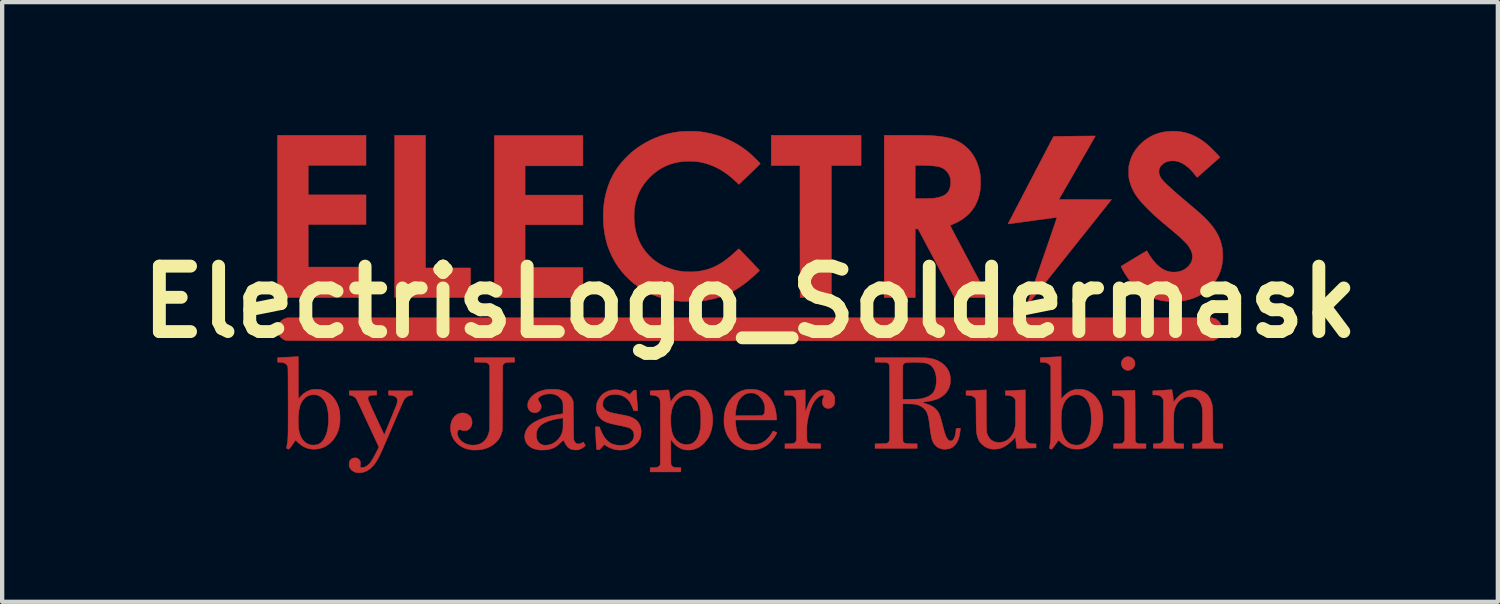
<source format=kicad_pcb>
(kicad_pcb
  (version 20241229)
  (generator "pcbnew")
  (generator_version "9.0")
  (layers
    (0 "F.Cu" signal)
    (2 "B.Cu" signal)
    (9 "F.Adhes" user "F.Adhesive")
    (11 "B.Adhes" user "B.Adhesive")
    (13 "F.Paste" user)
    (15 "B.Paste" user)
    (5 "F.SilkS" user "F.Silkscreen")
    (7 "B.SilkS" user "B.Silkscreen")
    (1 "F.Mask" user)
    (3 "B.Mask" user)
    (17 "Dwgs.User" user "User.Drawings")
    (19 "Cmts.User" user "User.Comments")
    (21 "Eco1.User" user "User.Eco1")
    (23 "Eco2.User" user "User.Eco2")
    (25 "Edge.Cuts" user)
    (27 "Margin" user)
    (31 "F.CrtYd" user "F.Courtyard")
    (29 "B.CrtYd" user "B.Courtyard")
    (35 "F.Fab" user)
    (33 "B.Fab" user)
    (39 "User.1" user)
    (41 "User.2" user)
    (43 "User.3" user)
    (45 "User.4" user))
  (footprint "ElectrisLogo_Soldermask"
    (layer "F.Cu")
    (at 14.413 3.981)
    (property "Reference" "ElectrisLogo_Soldermask" (at 0 0 0) (layer "F.SilkS") (effects (font (size 1.524 1.524) (thickness 0.3))))
    (attr through_hole)
    (fp_poly (pts (xy -8.941 -3.18) (xy -10.287 -3.18) (xy -10.287 -2.494) (xy -8.941 -2.494) (xy -8.941 -1.803) (xy -10.287 -1.803) (xy -10.287 -0.813) (xy -8.941 -0.813) (xy -8.941 -0.102) (xy -11.003 -0.102) (xy -11.003 -3.881) (xy -8.941 -3.881) (xy -8.941 -3.18)) (stroke (width 0.01) (type solid)) (fill yes) (layer "F.Cu"))
    (fp_poly (pts (xy -3.891 -3.17) (xy -5.237 -3.17) (xy -5.237 -2.489) (xy -3.891 -2.489) (xy -3.891 -1.798) (xy -5.237 -1.798) (xy -5.237 -0.803) (xy -3.891 -0.803) (xy -3.891 -0.097) (xy -5.954 -0.097) (xy -5.954 -3.876) (xy -3.891 -3.876) (xy -3.891 -3.17)) (stroke (width 0.01) (type solid)) (fill yes) (layer "F.Cu"))
    (fp_poly (pts (xy 8.819 1.273) (xy 8.852 1.281) (xy 8.884 1.295) (xy 8.912 1.315) (xy 8.927 1.332) (xy 8.946 1.36) (xy 8.957 1.386) (xy 8.962 1.413) (xy 8.963 1.433) (xy 8.96 1.47) (xy 8.949 1.503) (xy 8.929 1.532) (xy 8.916 1.546) (xy 8.885 1.57) (xy 8.85 1.586) (xy 8.813 1.593) (xy 8.776 1.592) (xy 8.763 1.589) (xy 8.727 1.574) (xy 8.696 1.552) (xy 8.672 1.524) (xy 8.655 1.492) (xy 8.645 1.457) (xy 8.644 1.421) (xy 8.651 1.385) (xy 8.657 1.371) (xy 8.678 1.337) (xy 8.705 1.309) (xy 8.738 1.288) (xy 8.774 1.275) (xy 8.787 1.272) (xy 8.819 1.273)) (stroke (width 0.01) (type solid)) (fill yes) (layer "F.Cu"))
    (fp_poly (pts (xy 2.586 -3.175) (xy 1.895 -3.175) (xy 1.895 -0.102) (xy 1.532 -0.102) (xy 1.473 -0.102) (xy 1.416 -0.102) (xy 1.363 -0.102) (xy 1.315 -0.102) (xy 1.272 -0.103) (xy 1.235 -0.103) (xy 1.205 -0.103) (xy 1.183 -0.104) (xy 1.17 -0.105) (xy 1.167 -0.105) (xy 1.166 -0.11) (xy 1.166 -0.125) (xy 1.166 -0.15) (xy 1.166 -0.183) (xy 1.165 -0.225) (xy 1.165 -0.275) (xy 1.165 -0.333) (xy 1.165 -0.399) (xy 1.165 -0.471) (xy 1.164 -0.55) (xy 1.164 -0.636) (xy 1.164 -0.727) (xy 1.164 -0.823) (xy 1.164 -0.925) (xy 1.164 -1.031) (xy 1.164 -1.142) (xy 1.163 -1.256) (xy 1.163 -1.374) (xy 1.163 -1.495) (xy 1.163 -1.619) (xy 1.163 -3.175) (xy 0.493 -3.175) (xy 0.493 -3.881) (xy 2.586 -3.881) (xy 2.586 -3.175)) (stroke (width 0.01) (type solid)) (fill yes) (layer "F.Cu"))
    (fp_poly (pts (xy -7.554 -0.792) (xy -6.507 -0.792) (xy -6.507 -0.102) (xy -7.388 -0.102) (xy -7.482 -0.102) (xy -7.573 -0.102) (xy -7.661 -0.102) (xy -7.745 -0.102) (xy -7.825 -0.102) (xy -7.899 -0.102) (xy -7.969 -0.102) (xy -8.033 -0.103) (xy -8.09 -0.103) (xy -8.141 -0.103) (xy -8.184 -0.104) (xy -8.219 -0.104) (xy -8.245 -0.104) (xy -8.263 -0.105) (xy -8.271 -0.105) (xy -8.272 -0.105) (xy -8.272 -0.11) (xy -8.272 -0.125) (xy -8.273 -0.15) (xy -8.273 -0.183) (xy -8.273 -0.226) (xy -8.273 -0.277) (xy -8.274 -0.335) (xy -8.274 -0.402) (xy -8.274 -0.476) (xy -8.274 -0.557) (xy -8.274 -0.644) (xy -8.274 -0.738) (xy -8.275 -0.837) (xy -8.275 -0.942) (xy -8.275 -1.053) (xy -8.275 -1.168) (xy -8.275 -1.288) (xy -8.275 -1.412) (xy -8.275 -1.539) (xy -8.275 -1.67) (xy -8.275 -1.804) (xy -8.275 -1.941) (xy -8.275 -1.995) (xy -8.275 -3.881) (xy -7.554 -3.881) (xy -7.554 -0.792)) (stroke (width 0.01) (type solid)) (fill yes) (layer "F.Cu"))
    (fp_poly (pts (xy 8.951 2.056) (xy 8.961 2.057) (xy 8.962 2.057) (xy 8.963 2.062) (xy 8.963 2.077) (xy 8.964 2.101) (xy 8.964 2.133) (xy 8.965 2.173) (xy 8.965 2.22) (xy 8.966 2.273) (xy 8.966 2.331) (xy 8.966 2.395) (xy 8.967 2.464) (xy 8.967 2.536) (xy 8.967 2.611) (xy 8.967 2.653) (xy 8.968 2.743) (xy 8.968 2.823) (xy 8.968 2.895) (xy 8.968 2.958) (xy 8.968 3.013) (xy 8.969 3.06) (xy 8.969 3.101) (xy 8.969 3.135) (xy 8.97 3.164) (xy 8.97 3.188) (xy 8.971 3.207) (xy 8.971 3.222) (xy 8.972 3.233) (xy 8.973 3.242) (xy 8.974 3.248) (xy 8.975 3.253) (xy 8.977 3.256) (xy 8.978 3.258) (xy 8.979 3.26) (xy 8.99 3.271) (xy 9.006 3.283) (xy 9.012 3.287) (xy 9.021 3.291) (xy 9.029 3.295) (xy 9.039 3.297) (xy 9.053 3.299) (xy 9.071 3.3) (xy 9.097 3.301) (xy 9.127 3.301) (xy 9.22 3.303) (xy 9.22 3.409) (xy 8.463 3.409) (xy 8.463 3.303) (xy 8.554 3.301) (xy 8.586 3.3) (xy 8.611 3.3) (xy 8.629 3.298) (xy 8.642 3.297) (xy 8.653 3.294) (xy 8.662 3.29) (xy 8.669 3.287) (xy 8.686 3.276) (xy 8.698 3.264) (xy 8.708 3.246) (xy 8.722 3.219) (xy 8.722 2.761) (xy 8.722 2.679) (xy 8.722 2.607) (xy 8.722 2.543) (xy 8.722 2.488) (xy 8.722 2.44) (xy 8.721 2.4) (xy 8.721 2.365) (xy 8.72 2.337) (xy 8.718 2.313) (xy 8.716 2.294) (xy 8.714 2.279) (xy 8.711 2.267) (xy 8.708 2.257) (xy 8.704 2.25) (xy 8.7 2.243) (xy 8.695 2.237) (xy 8.689 2.232) (xy 8.682 2.225) (xy 8.668 2.212) (xy 8.653 2.201) (xy 8.636 2.193) (xy 8.617 2.188) (xy 8.592 2.184) (xy 8.561 2.182) (xy 8.521 2.181) (xy 8.52 2.181) (xy 8.433 2.178) (xy 8.433 2.068) (xy 8.487 2.067) (xy 8.505 2.067) (xy 8.531 2.067) (xy 8.564 2.066) (xy 8.603 2.065) (xy 8.646 2.063) (xy 8.692 2.062) (xy 8.74 2.061) (xy 8.75 2.06) (xy 8.795 2.059) (xy 8.837 2.058) (xy 8.875 2.057) (xy 8.907 2.056) (xy 8.933 2.056) (xy 8.951 2.056)) (stroke (width 0.01) (type solid)) (fill yes) (layer "F.Cu"))
    (fp_poly (pts (xy 1.286 2.578) (xy 1.308 2.512) (xy 1.337 2.43) (xy 1.367 2.358) (xy 1.399 2.294) (xy 1.432 2.238) (xy 1.467 2.189) (xy 1.505 2.147) (xy 1.506 2.146) (xy 1.545 2.111) (xy 1.583 2.085) (xy 1.623 2.066) (xy 1.661 2.054) (xy 1.69 2.049) (xy 1.725 2.048) (xy 1.761 2.049) (xy 1.796 2.052) (xy 1.825 2.059) (xy 1.835 2.062) (xy 1.875 2.083) (xy 1.91 2.112) (xy 1.939 2.148) (xy 1.961 2.189) (xy 1.962 2.192) (xy 1.967 2.207) (xy 1.97 2.221) (xy 1.972 2.237) (xy 1.973 2.258) (xy 1.973 2.287) (xy 1.973 2.289) (xy 1.972 2.328) (xy 1.969 2.359) (xy 1.962 2.385) (xy 1.951 2.407) (xy 1.936 2.427) (xy 1.925 2.438) (xy 1.897 2.461) (xy 1.866 2.474) (xy 1.829 2.479) (xy 1.824 2.479) (xy 1.785 2.475) (xy 1.752 2.463) (xy 1.725 2.442) (xy 1.703 2.413) (xy 1.7 2.407) (xy 1.686 2.369) (xy 1.682 2.328) (xy 1.687 2.285) (xy 1.701 2.241) (xy 1.712 2.218) (xy 1.721 2.197) (xy 1.723 2.182) (xy 1.718 2.174) (xy 1.705 2.17) (xy 1.695 2.169) (xy 1.667 2.174) (xy 1.636 2.187) (xy 1.603 2.207) (xy 1.571 2.234) (xy 1.538 2.267) (xy 1.507 2.304) (xy 1.479 2.345) (xy 1.46 2.38) (xy 1.435 2.432) (xy 1.412 2.491) (xy 1.39 2.556) (xy 1.371 2.625) (xy 1.354 2.695) (xy 1.34 2.764) (xy 1.33 2.83) (xy 1.325 2.873) (xy 1.324 2.901) (xy 1.322 2.935) (xy 1.322 2.972) (xy 1.321 3.012) (xy 1.321 3.052) (xy 1.322 3.092) (xy 1.322 3.13) (xy 1.323 3.165) (xy 1.325 3.195) (xy 1.327 3.219) (xy 1.329 3.235) (xy 1.33 3.241) (xy 1.34 3.257) (xy 1.35 3.269) (xy 1.363 3.279) (xy 1.379 3.286) (xy 1.4 3.292) (xy 1.427 3.296) (xy 1.46 3.298) (xy 1.502 3.3) (xy 1.53 3.301) (xy 1.646 3.303) (xy 1.646 3.409) (xy 0.813 3.409) (xy 0.813 3.303) (xy 0.903 3.301) (xy 0.941 3.299) (xy 0.97 3.298) (xy 0.992 3.295) (xy 1.008 3.292) (xy 1.017 3.29) (xy 1.042 3.276) (xy 1.062 3.257) (xy 1.076 3.234) (xy 1.079 3.22) (xy 1.08 3.212) (xy 1.08 3.194) (xy 1.081 3.168) (xy 1.081 3.133) (xy 1.081 3.092) (xy 1.081 3.045) (xy 1.081 2.992) (xy 1.081 2.934) (xy 1.081 2.872) (xy 1.081 2.807) (xy 1.081 2.751) (xy 1.081 2.67) (xy 1.08 2.599) (xy 1.08 2.536) (xy 1.08 2.482) (xy 1.079 2.435) (xy 1.078 2.395) (xy 1.077 2.362) (xy 1.076 2.334) (xy 1.075 2.311) (xy 1.073 2.292) (xy 1.07 2.277) (xy 1.067 2.265) (xy 1.064 2.255) (xy 1.06 2.247) (xy 1.056 2.24) (xy 1.05 2.234) (xy 1.044 2.227) (xy 1.04 2.222) (xy 1.026 2.207) (xy 1.013 2.196) (xy 0.999 2.188) (xy 0.981 2.182) (xy 0.96 2.178) (xy 0.932 2.176) (xy 0.895 2.174) (xy 0.892 2.174) (xy 0.805 2.172) (xy 0.804 2.121) (xy 0.802 2.069) (xy 0.976 2.061) (xy 1.021 2.059) (xy 1.066 2.056) (xy 1.109 2.054) (xy 1.148 2.052) (xy 1.182 2.051) (xy 1.208 2.049) (xy 1.218 2.049) (xy 1.285 2.046) (xy 1.286 2.578)) (stroke (width 0.01) (type solid)) (fill yes) (layer "F.Cu"))
    (fp_poly (pts (xy 0.028 2.033) (xy 0.068 2.034) (xy 0.106 2.037) (xy 0.14 2.041) (xy 0.166 2.046) (xy 0.168 2.046) (xy 0.241 2.07) (xy 0.308 2.103) (xy 0.369 2.142) (xy 0.41 2.177) (xy 0.454 2.223) (xy 0.495 2.278) (xy 0.53 2.34) (xy 0.56 2.405) (xy 0.584 2.474) (xy 0.6 2.544) (xy 0.601 2.55) (xy 0.605 2.576) (xy 0.609 2.606) (xy 0.613 2.639) (xy 0.616 2.672) (xy 0.618 2.701) (xy 0.62 2.724) (xy 0.62 2.732) (xy 0.62 2.748) (xy -0.34 2.748) (xy -0.337 2.788) (xy -0.33 2.872) (xy -0.319 2.947) (xy -0.304 3.014) (xy -0.284 3.074) (xy -0.26 3.126) (xy -0.231 3.171) (xy -0.196 3.21) (xy -0.156 3.243) (xy -0.11 3.271) (xy -0.099 3.277) (xy -0.054 3.296) (xy -0.011 3.309) (xy 0.036 3.316) (xy 0.084 3.318) (xy 0.149 3.314) (xy 0.209 3.303) (xy 0.264 3.283) (xy 0.318 3.254) (xy 0.331 3.246) (xy 0.375 3.211) (xy 0.419 3.169) (xy 0.461 3.12) (xy 0.499 3.067) (xy 0.514 3.042) (xy 0.524 3.025) (xy 0.531 3.011) (xy 0.536 3.004) (xy 0.536 3.003) (xy 0.541 3.005) (xy 0.552 3.009) (xy 0.568 3.015) (xy 0.586 3.023) (xy 0.603 3.031) (xy 0.617 3.037) (xy 0.625 3.041) (xy 0.626 3.042) (xy 0.625 3.048) (xy 0.62 3.061) (xy 0.61 3.078) (xy 0.598 3.1) (xy 0.583 3.123) (xy 0.568 3.147) (xy 0.552 3.17) (xy 0.538 3.191) (xy 0.535 3.194) (xy 0.511 3.223) (xy 0.481 3.255) (xy 0.448 3.287) (xy 0.414 3.316) (xy 0.381 3.342) (xy 0.358 3.358) (xy 0.292 3.393) (xy 0.221 3.42) (xy 0.146 3.438) (xy 0.069 3.448) (xy -0.01 3.448) (xy -0.058 3.444) (xy -0.127 3.43) (xy -0.195 3.408) (xy -0.261 3.379) (xy -0.322 3.343) (xy -0.324 3.342) (xy -0.343 3.327) (xy -0.367 3.308) (xy -0.391 3.286) (xy -0.412 3.266) (xy -0.465 3.207) (xy -0.51 3.142) (xy -0.546 3.071) (xy -0.575 2.995) (xy -0.595 2.912) (xy -0.598 2.896) (xy -0.603 2.861) (xy -0.605 2.818) (xy -0.607 2.771) (xy -0.606 2.723) (xy -0.604 2.675) (xy -0.602 2.647) (xy -0.34 2.647) (xy -0.031 2.646) (xy 0.278 2.644) (xy 0.298 2.631) (xy 0.315 2.618) (xy 0.327 2.602) (xy 0.335 2.583) (xy 0.341 2.557) (xy 0.344 2.525) (xy 0.345 2.501) (xy 0.345 2.47) (xy 0.345 2.446) (xy 0.343 2.425) (xy 0.339 2.406) (xy 0.336 2.392) (xy 0.317 2.336) (xy 0.291 2.285) (xy 0.259 2.238) (xy 0.221 2.198) (xy 0.179 2.165) (xy 0.133 2.14) (xy 0.093 2.126) (xy 0.073 2.122) (xy 0.049 2.12) (xy 0.024 2.118) (xy 0.02 2.118) (xy -0.034 2.123) (xy -0.084 2.136) (xy -0.13 2.158) (xy -0.174 2.19) (xy -0.186 2.201) (xy -0.221 2.238) (xy -0.252 2.279) (xy -0.277 2.325) (xy -0.297 2.377) (xy -0.314 2.435) (xy -0.326 2.5) (xy -0.335 2.574) (xy -0.337 2.607) (xy -0.34 2.647) (xy -0.602 2.647) (xy -0.601 2.63) (xy -0.596 2.593) (xy -0.595 2.59) (xy -0.576 2.505) (xy -0.549 2.426) (xy -0.514 2.353) (xy -0.471 2.286) (xy -0.42 2.224) (xy -0.402 2.205) (xy -0.342 2.152) (xy -0.279 2.109) (xy -0.213 2.075) (xy -0.143 2.051) (xy -0.077 2.037) (xy -0.047 2.034) (xy -0.011 2.033) (xy 0.028 2.033)) (stroke (width 0.01) (type solid)) (fill yes) (layer "F.Cu"))
    (fp_poly (pts (xy 3.702 -3.881) (xy 3.785 -3.881) (xy 3.86 -3.881) (xy 3.926 -3.88) (xy 3.986 -3.88) (xy 4.04 -3.879) (xy 4.088 -3.878) (xy 4.131 -3.877) (xy 4.17 -3.876) (xy 4.205 -3.874) (xy 4.239 -3.872) (xy 4.27 -3.87) (xy 4.301 -3.868) (xy 4.332 -3.865) (xy 4.351 -3.863) (xy 4.448 -3.852) (xy 4.536 -3.838) (xy 4.616 -3.821) (xy 4.69 -3.801) (xy 4.758 -3.778) (xy 4.822 -3.75) (xy 4.882 -3.719) (xy 4.937 -3.685) (xy 4.975 -3.657) (xy 5.016 -3.623) (xy 5.058 -3.586) (xy 5.096 -3.547) (xy 5.129 -3.51) (xy 5.133 -3.506) (xy 5.191 -3.427) (xy 5.241 -3.342) (xy 5.283 -3.252) (xy 5.318 -3.155) (xy 5.344 -3.053) (xy 5.358 -2.977) (xy 5.362 -2.944) (xy 5.365 -2.904) (xy 5.366 -2.858) (xy 5.367 -2.808) (xy 5.367 -2.758) (xy 5.366 -2.709) (xy 5.364 -2.664) (xy 5.361 -2.624) (xy 5.358 -2.596) (xy 5.338 -2.493) (xy 5.31 -2.397) (xy 5.274 -2.308) (xy 5.231 -2.225) (xy 5.18 -2.148) (xy 5.12 -2.076) (xy 5.052 -2.01) (xy 4.976 -1.949) (xy 4.913 -1.907) (xy 4.883 -1.889) (xy 4.847 -1.869) (xy 4.808 -1.849) (xy 4.768 -1.83) (xy 4.731 -1.813) (xy 4.699 -1.801) (xy 4.698 -1.8) (xy 4.68 -1.793) (xy 4.666 -1.786) (xy 4.659 -1.782) (xy 4.658 -1.781) (xy 4.661 -1.776) (xy 4.668 -1.763) (xy 4.679 -1.741) (xy 4.694 -1.712) (xy 4.713 -1.676) (xy 4.736 -1.633) (xy 4.762 -1.583) (xy 4.791 -1.528) (xy 4.823 -1.467) (xy 4.858 -1.402) (xy 4.895 -1.331) (xy 4.935 -1.257) (xy 4.976 -1.179) (xy 5.019 -1.098) (xy 5.064 -1.014) (xy 5.102 -0.943) (xy 5.147 -0.858) (xy 5.192 -0.774) (xy 5.234 -0.694) (xy 5.276 -0.616) (xy 5.315 -0.543) (xy 5.352 -0.473) (xy 5.386 -0.409) (xy 5.418 -0.349) (xy 5.447 -0.295) (xy 5.472 -0.246) (xy 5.494 -0.204) (xy 5.513 -0.169) (xy 5.528 -0.141) (xy 5.538 -0.121) (xy 5.545 -0.109) (xy 5.547 -0.106) (xy 5.542 -0.105) (xy 5.528 -0.105) (xy 5.505 -0.104) (xy 5.474 -0.103) (xy 5.436 -0.103) (xy 5.392 -0.102) (xy 5.341 -0.102) (xy 5.286 -0.102) (xy 5.227 -0.102) (xy 5.164 -0.102) (xy 5.155 -0.102) (xy 4.762 -0.102) (xy 4.338 -0.9) (xy 3.913 -1.699) (xy 3.879 -1.701) (xy 3.846 -1.702) (xy 3.846 -0.102) (xy 3.124 -0.102) (xy 3.124 -2.407) (xy 3.846 -2.407) (xy 4.05 -2.409) (xy 4.109 -2.41) (xy 4.159 -2.411) (xy 4.201 -2.412) (xy 4.236 -2.414) (xy 4.264 -2.415) (xy 4.287 -2.417) (xy 4.306 -2.42) (xy 4.308 -2.42) (xy 4.379 -2.433) (xy 4.44 -2.45) (xy 4.493 -2.47) (xy 4.538 -2.495) (xy 4.576 -2.524) (xy 4.607 -2.558) (xy 4.632 -2.598) (xy 4.651 -2.644) (xy 4.659 -2.671) (xy 4.665 -2.7) (xy 4.669 -2.735) (xy 4.671 -2.774) (xy 4.671 -2.813) (xy 4.669 -2.849) (xy 4.664 -2.88) (xy 4.662 -2.891) (xy 4.643 -2.943) (xy 4.617 -2.992) (xy 4.583 -3.037) (xy 4.544 -3.076) (xy 4.5 -3.107) (xy 4.481 -3.118) (xy 4.457 -3.128) (xy 4.432 -3.138) (xy 4.411 -3.145) (xy 4.406 -3.147) (xy 4.36 -3.156) (xy 4.305 -3.164) (xy 4.24 -3.171) (xy 4.165 -3.175) (xy 4.082 -3.178) (xy 3.989 -3.18) (xy 3.959 -3.18) (xy 3.846 -3.18) (xy 3.846 -2.407) (xy 3.124 -2.407) (xy 3.124 -3.881) (xy 3.609 -3.881) (xy 3.702 -3.881)) (stroke (width 0.01) (type solid)) (fill yes) (layer "F.Cu"))
    (fp_poly (pts (xy -5.481 1.402) (xy -5.549 1.402) (xy -5.598 1.403) (xy -5.639 1.406) (xy -5.671 1.41) (xy -5.697 1.418) (xy -5.717 1.427) (xy -5.732 1.44) (xy -5.743 1.456) (xy -5.746 1.462) (xy -5.758 1.486) (xy -5.761 2.235) (xy -5.761 2.343) (xy -5.762 2.442) (xy -5.762 2.531) (xy -5.763 2.611) (xy -5.763 2.683) (xy -5.764 2.746) (xy -5.764 2.801) (xy -5.765 2.849) (xy -5.765 2.89) (xy -5.766 2.924) (xy -5.767 2.952) (xy -5.767 2.973) (xy -5.768 2.99) (xy -5.769 3.001) (xy -5.77 3.007) (xy -5.77 3.007) (xy -5.79 3.072) (xy -5.814 3.129) (xy -5.841 3.179) (xy -5.874 3.224) (xy -5.913 3.267) (xy -5.969 3.316) (xy -6.032 3.357) (xy -6.102 3.392) (xy -6.176 3.418) (xy -6.256 3.437) (xy -6.256 3.437) (xy -6.286 3.441) (xy -6.321 3.444) (xy -6.361 3.446) (xy -6.401 3.447) (xy -6.438 3.447) (xy -6.471 3.446) (xy -6.486 3.444) (xy -6.564 3.43) (xy -6.635 3.408) (xy -6.701 3.379) (xy -6.761 3.341) (xy -6.817 3.295) (xy -6.838 3.273) (xy -6.88 3.225) (xy -6.912 3.175) (xy -6.938 3.122) (xy -6.951 3.085) (xy -6.966 3.024) (xy -6.973 2.961) (xy -6.973 2.898) (xy -6.965 2.837) (xy -6.95 2.78) (xy -6.932 2.739) (xy -6.91 2.703) (xy -6.882 2.669) (xy -6.851 2.639) (xy -6.818 2.616) (xy -6.804 2.608) (xy -6.757 2.591) (xy -6.708 2.583) (xy -6.66 2.585) (xy -6.612 2.597) (xy -6.591 2.605) (xy -6.551 2.629) (xy -6.519 2.659) (xy -6.495 2.696) (xy -6.479 2.738) (xy -6.472 2.785) (xy -6.471 2.8) (xy -6.474 2.845) (xy -6.485 2.884) (xy -6.503 2.918) (xy -6.525 2.946) (xy -6.553 2.971) (xy -6.583 2.987) (xy -6.617 2.995) (xy -6.655 2.996) (xy -6.699 2.988) (xy -6.712 2.985) (xy -6.737 2.979) (xy -6.757 2.975) (xy -6.77 2.974) (xy -6.773 2.975) (xy -6.792 2.985) (xy -6.806 3.004) (xy -6.814 3.029) (xy -6.816 3.059) (xy -6.813 3.084) (xy -6.8 3.129) (xy -6.778 3.171) (xy -6.748 3.21) (xy -6.711 3.245) (xy -6.667 3.276) (xy -6.618 3.301) (xy -6.564 3.319) (xy -6.538 3.325) (xy -6.499 3.331) (xy -6.455 3.333) (xy -6.411 3.331) (xy -6.368 3.327) (xy -6.33 3.319) (xy -6.317 3.315) (xy -6.263 3.292) (xy -6.215 3.261) (xy -6.174 3.223) (xy -6.139 3.177) (xy -6.11 3.123) (xy -6.086 3.061) (xy -6.074 3.015) (xy -6.073 3.009) (xy -6.071 3.002) (xy -6.07 2.995) (xy -6.069 2.987) (xy -6.068 2.977) (xy -6.067 2.965) (xy -6.066 2.951) (xy -6.066 2.933) (xy -6.065 2.912) (xy -6.065 2.887) (xy -6.064 2.856) (xy -6.064 2.821) (xy -6.064 2.78) (xy -6.063 2.732) (xy -6.063 2.678) (xy -6.063 2.617) (xy -6.063 2.547) (xy -6.062 2.47) (xy -6.062 2.383) (xy -6.062 2.287) (xy -6.062 2.236) (xy -6.062 2.126) (xy -6.061 2.026) (xy -6.061 1.936) (xy -6.061 1.854) (xy -6.061 1.782) (xy -6.062 1.718) (xy -6.062 1.663) (xy -6.062 1.615) (xy -6.063 1.575) (xy -6.063 1.543) (xy -6.064 1.518) (xy -6.064 1.499) (xy -6.065 1.488) (xy -6.066 1.482) (xy -6.077 1.458) (xy -6.097 1.436) (xy -6.123 1.42) (xy -6.137 1.415) (xy -6.148 1.412) (xy -6.163 1.409) (xy -6.182 1.408) (xy -6.207 1.406) (xy -6.239 1.405) (xy -6.279 1.404) (xy -6.29 1.403) (xy -6.416 1.401) (xy -6.416 1.295) (xy -5.481 1.295) (xy -5.481 1.402)) (stroke (width 0.01) (type solid)) (fill yes) (layer "F.Cu"))
    (fp_poly (pts (xy 10.805 0.381) (xy 10.852 0.401) (xy 10.894 0.43) (xy 10.929 0.465) (xy 10.958 0.506) (xy 10.978 0.552) (xy 10.99 0.601) (xy 10.993 0.64) (xy 10.991 0.667) (xy 10.984 0.698) (xy 10.974 0.73) (xy 10.963 0.759) (xy 10.957 0.771) (xy 10.93 0.809) (xy 10.895 0.843) (xy 10.854 0.871) (xy 10.811 0.891) (xy 10.792 0.896) (xy 10.79 0.897) (xy 10.787 0.897) (xy 10.782 0.897) (xy 10.776 0.898) (xy 10.768 0.898) (xy 10.758 0.898) (xy 10.745 0.898) (xy 10.731 0.899) (xy 10.714 0.899) (xy 10.695 0.899) (xy 10.674 0.899) (xy 10.649 0.899) (xy 10.622 0.9) (xy 10.592 0.9) (xy 10.559 0.9) (xy 10.523 0.9) (xy 10.483 0.9) (xy 10.44 0.901) (xy 10.394 0.901) (xy 10.344 0.901) (xy 10.29 0.901) (xy 10.232 0.901) (xy 10.17 0.901) (xy 10.104 0.902) (xy 10.033 0.902) (xy 9.958 0.902) (xy 9.879 0.902) (xy 9.795 0.902) (xy 9.706 0.902) (xy 9.612 0.902) (xy 9.514 0.902) (xy 9.41 0.903) (xy 9.3 0.903) (xy 9.186 0.903) (xy 9.065 0.903) (xy 8.94 0.903) (xy 8.808 0.903) (xy 8.67 0.903) (xy 8.527 0.903) (xy 8.377 0.903) (xy 8.221 0.903) (xy 8.058 0.903) (xy 7.889 0.903) (xy 7.714 0.903) (xy 7.531 0.904) (xy 7.342 0.904) (xy 7.145 0.904) (xy 6.942 0.904) (xy 6.731 0.904) (xy 6.512 0.904) (xy 6.287 0.904) (xy 6.053 0.904) (xy 5.812 0.904) (xy 5.563 0.904) (xy 5.305 0.904) (xy 5.04 0.904) (xy 4.766 0.904) (xy 4.484 0.904) (xy 4.193 0.904) (xy 3.894 0.904) (xy 3.586 0.904) (xy 3.269 0.904) (xy 2.943 0.904) (xy 2.608 0.904) (xy 2.263 0.904) (xy 1.909 0.904) (xy 1.546 0.904) (xy 1.173 0.904) (xy 0.79 0.904) (xy 0.397 0.904) (xy -0.006 0.904) (xy -0.007 0.904) (xy -0.412 0.904) (xy -0.807 0.904) (xy -1.191 0.904) (xy -1.566 0.904) (xy -1.931 0.904) (xy -2.287 0.904) (xy -2.633 0.904) (xy -2.97 0.904) (xy -3.298 0.904) (xy -3.617 0.904) (xy -3.926 0.904) (xy -4.227 0.904) (xy -4.52 0.904) (xy -4.803 0.904) (xy -5.079 0.904) (xy -5.346 0.904) (xy -5.604 0.903) (xy -5.855 0.903) (xy -6.098 0.903) (xy -6.333 0.903) (xy -6.56 0.903) (xy -6.779 0.903) (xy -6.992 0.903) (xy -7.196 0.903) (xy -7.394 0.903) (xy -7.584 0.903) (xy -7.768 0.903) (xy -7.945 0.903) (xy -8.115 0.903) (xy -8.278 0.903) (xy -8.435 0.903) (xy -8.585 0.903) (xy -8.729 0.902) (xy -8.868 0.902) (xy -9 0.902) (xy -9.126 0.902) (xy -9.247 0.902) (xy -9.362 0.902) (xy -9.471 0.902) (xy -9.575 0.902) (xy -9.674 0.902) (xy -9.767 0.902) (xy -9.856 0.901) (xy -9.94 0.901) (xy -10.019 0.901) (xy -10.093 0.901) (xy -10.163 0.901) (xy -10.229 0.901) (xy -10.29 0.901) (xy -10.347 0.9) (xy -10.4 0.9) (xy -10.449 0.9) (xy -10.494 0.9) (xy -10.536 0.9) (xy -10.574 0.899) (xy -10.609 0.899) (xy -10.64 0.899) (xy -10.668 0.899) (xy -10.693 0.899) (xy -10.716 0.898) (xy -10.735 0.898) (xy -10.752 0.898) (xy -10.766 0.898) (xy -10.778 0.897) (xy -10.788 0.897) (xy -10.795 0.897) (xy -10.8 0.897) (xy -10.803 0.896) (xy -10.805 0.896) (xy -10.851 0.879) (xy -10.893 0.853) (xy -10.93 0.82) (xy -10.96 0.781) (xy -10.983 0.738) (xy -10.995 0.701) (xy -11.003 0.649) (xy -11 0.599) (xy -10.989 0.551) (xy -10.969 0.507) (xy -10.942 0.466) (xy -10.907 0.431) (xy -10.866 0.403) (xy -10.82 0.382) (xy -10.813 0.38) (xy -10.777 0.368) (xy 10.767 0.368) (xy 10.805 0.381)) (stroke (width 0.01) (type solid)) (fill yes) (layer "F.Cu"))
    (fp_poly (pts (xy 6.413 3.188) (xy 6.427 3.216) (xy 6.443 3.243) (xy 6.463 3.265) (xy 6.487 3.281) (xy 6.518 3.292) (xy 6.555 3.299) (xy 6.601 3.302) (xy 6.615 3.302) (xy 6.66 3.302) (xy 6.66 3.399) (xy 6.623 3.399) (xy 6.609 3.399) (xy 6.587 3.399) (xy 6.557 3.4) (xy 6.522 3.401) (xy 6.482 3.402) (xy 6.439 3.403) (xy 6.399 3.404) (xy 6.356 3.405) (xy 6.317 3.406) (xy 6.282 3.407) (xy 6.253 3.407) (xy 6.231 3.408) (xy 6.216 3.408) (xy 6.21 3.408) (xy 6.21 3.408) (xy 6.209 3.402) (xy 6.207 3.388) (xy 6.205 3.367) (xy 6.202 3.34) (xy 6.198 3.308) (xy 6.195 3.279) (xy 6.191 3.244) (xy 6.188 3.213) (xy 6.185 3.187) (xy 6.182 3.167) (xy 6.181 3.154) (xy 6.18 3.151) (xy 6.176 3.154) (xy 6.167 3.163) (xy 6.152 3.177) (xy 6.135 3.195) (xy 6.121 3.209) (xy 6.064 3.264) (xy 6.009 3.31) (xy 5.955 3.348) (xy 5.901 3.378) (xy 5.847 3.401) (xy 5.802 3.414) (xy 5.768 3.421) (xy 5.727 3.425) (xy 5.685 3.427) (xy 5.645 3.426) (xy 5.61 3.422) (xy 5.609 3.422) (xy 5.551 3.407) (xy 5.498 3.385) (xy 5.449 3.355) (xy 5.403 3.316) (xy 5.394 3.307) (xy 5.372 3.285) (xy 5.356 3.267) (xy 5.344 3.25) (xy 5.333 3.233) (xy 5.324 3.215) (xy 5.306 3.171) (xy 5.29 3.119) (xy 5.278 3.063) (xy 5.273 3.035) (xy 5.271 3.02) (xy 5.27 2.997) (xy 5.269 2.964) (xy 5.267 2.921) (xy 5.266 2.869) (xy 5.265 2.807) (xy 5.264 2.735) (xy 5.264 2.653) (xy 5.263 2.631) (xy 5.26 2.268) (xy 5.249 2.249) (xy 5.227 2.222) (xy 5.2 2.202) (xy 5.165 2.187) (xy 5.124 2.179) (xy 5.105 2.177) (xy 5.084 2.175) (xy 5.063 2.172) (xy 5.051 2.171) (xy 5.029 2.169) (xy 5.029 2.068) (xy 5.053 2.067) (xy 5.064 2.067) (xy 5.083 2.066) (xy 5.11 2.065) (xy 5.143 2.064) (xy 5.181 2.062) (xy 5.223 2.06) (xy 5.265 2.057) (xy 5.309 2.055) (xy 5.351 2.053) (xy 5.388 2.051) (xy 5.421 2.05) (xy 5.448 2.048) (xy 5.467 2.048) (xy 5.477 2.047) (xy 5.501 2.047) (xy 5.503 2.526) (xy 5.503 2.61) (xy 5.504 2.684) (xy 5.504 2.749) (xy 5.504 2.806) (xy 5.505 2.855) (xy 5.506 2.898) (xy 5.507 2.934) (xy 5.508 2.965) (xy 5.509 2.991) (xy 5.511 3.013) (xy 5.513 3.031) (xy 5.515 3.047) (xy 5.518 3.06) (xy 5.522 3.072) (xy 5.526 3.083) (xy 5.53 3.093) (xy 5.536 3.104) (xy 5.542 3.116) (xy 5.543 3.119) (xy 5.57 3.164) (xy 5.604 3.201) (xy 5.644 3.231) (xy 5.69 3.253) (xy 5.74 3.266) (xy 5.796 3.271) (xy 5.817 3.27) (xy 5.875 3.262) (xy 5.93 3.245) (xy 5.982 3.218) (xy 6.029 3.182) (xy 6.072 3.138) (xy 6.095 3.107) (xy 6.125 3.059) (xy 6.147 3.009) (xy 6.163 2.956) (xy 6.174 2.897) (xy 6.178 2.865) (xy 6.179 2.846) (xy 6.18 2.818) (xy 6.181 2.782) (xy 6.181 2.739) (xy 6.182 2.689) (xy 6.182 2.635) (xy 6.182 2.576) (xy 6.181 2.545) (xy 6.18 2.283) (xy 6.167 2.258) (xy 6.147 2.231) (xy 6.119 2.208) (xy 6.083 2.191) (xy 6.04 2.18) (xy 6.011 2.177) (xy 5.99 2.175) (xy 5.971 2.173) (xy 5.96 2.171) (xy 5.944 2.169) (xy 5.944 2.068) (xy 5.968 2.067) (xy 5.978 2.067) (xy 5.998 2.066) (xy 6.025 2.065) (xy 6.058 2.064) (xy 6.096 2.062) (xy 6.137 2.06) (xy 6.177 2.057) (xy 6.221 2.055) (xy 6.262 2.053) (xy 6.3 2.051) (xy 6.332 2.05) (xy 6.358 2.048) (xy 6.377 2.048) (xy 6.387 2.047) (xy 6.411 2.047) (xy 6.413 3.188)) (stroke (width 0.01) (type solid)) (fill yes) (layer "F.Cu"))
    (fp_poly (pts (xy 8.023 -3.865) (xy 8.036 -3.865) (xy 8.04 -3.864) (xy 8.038 -3.86) (xy 8.031 -3.847) (xy 8.019 -3.826) (xy 8.003 -3.798) (xy 7.983 -3.763) (xy 7.959 -3.721) (xy 7.932 -3.673) (xy 7.901 -3.62) (xy 7.868 -3.561) (xy 7.832 -3.498) (xy 7.793 -3.431) (xy 7.752 -3.36) (xy 7.709 -3.285) (xy 7.665 -3.208) (xy 7.619 -3.128) (xy 7.618 -3.127) (xy 7.572 -3.047) (xy 7.527 -2.97) (xy 7.484 -2.895) (xy 7.443 -2.824) (xy 7.404 -2.756) (xy 7.368 -2.693) (xy 7.334 -2.635) (xy 7.303 -2.581) (xy 7.276 -2.533) (xy 7.252 -2.492) (xy 7.231 -2.456) (xy 7.215 -2.428) (xy 7.203 -2.407) (xy 7.196 -2.394) (xy 7.193 -2.389) (xy 7.193 -2.389) (xy 7.198 -2.389) (xy 7.213 -2.389) (xy 7.236 -2.389) (xy 7.268 -2.388) (xy 7.307 -2.388) (xy 7.354 -2.388) (xy 7.407 -2.388) (xy 7.466 -2.387) (xy 7.529 -2.387) (xy 7.598 -2.387) (xy 7.671 -2.387) (xy 7.746 -2.386) (xy 7.806 -2.386) (xy 8.418 -2.385) (xy 7.432 -1.148) (xy 7.353 -1.049) (xy 7.276 -0.953) (xy 7.201 -0.858) (xy 7.128 -0.767) (xy 7.057 -0.678) (xy 6.989 -0.593) (xy 6.924 -0.511) (xy 6.861 -0.433) (xy 6.802 -0.359) (xy 6.747 -0.289) (xy 6.695 -0.225) (xy 6.648 -0.165) (xy 6.604 -0.111) (xy 6.566 -0.062) (xy 6.532 -0.02) (xy 6.502 0.017) (xy 6.479 0.046) (xy 6.46 0.069) (xy 6.448 0.085) (xy 6.441 0.093) (xy 6.44 0.094) (xy 6.437 0.096) (xy 6.437 0.091) (xy 6.439 0.086) (xy 6.444 0.071) (xy 6.452 0.048) (xy 6.463 0.016) (xy 6.477 -0.023) (xy 6.493 -0.07) (xy 6.512 -0.124) (xy 6.532 -0.184) (xy 6.555 -0.25) (xy 6.58 -0.322) (xy 6.607 -0.399) (xy 6.635 -0.481) (xy 6.665 -0.567) (xy 6.696 -0.657) (xy 6.728 -0.75) (xy 6.762 -0.846) (xy 6.794 -0.941) (xy 6.829 -1.04) (xy 6.862 -1.136) (xy 6.894 -1.229) (xy 6.925 -1.318) (xy 6.954 -1.404) (xy 6.982 -1.485) (xy 7.008 -1.562) (xy 7.033 -1.633) (xy 7.055 -1.699) (xy 7.076 -1.758) (xy 7.094 -1.812) (xy 7.11 -1.858) (xy 7.123 -1.897) (xy 7.133 -1.928) (xy 7.141 -1.95) (xy 7.145 -1.964) (xy 7.146 -1.969) (xy 7.141 -1.969) (xy 7.126 -1.967) (xy 7.103 -1.964) (xy 7.071 -1.96) (xy 7.032 -1.955) (xy 6.986 -1.949) (xy 6.934 -1.942) (xy 6.876 -1.934) (xy 6.813 -1.926) (xy 6.746 -1.917) (xy 6.675 -1.907) (xy 6.601 -1.897) (xy 6.575 -1.893) (xy 6.501 -1.883) (xy 6.429 -1.873) (xy 6.36 -1.864) (xy 6.296 -1.855) (xy 6.236 -1.847) (xy 6.182 -1.84) (xy 6.134 -1.833) (xy 6.093 -1.828) (xy 6.059 -1.823) (xy 6.032 -1.82) (xy 6.015 -1.817) (xy 6.006 -1.816) (xy 6.006 -1.816) (xy 6.008 -1.821) (xy 6.015 -1.834) (xy 6.025 -1.855) (xy 6.04 -1.883) (xy 6.059 -1.919) (xy 6.08 -1.961) (xy 6.106 -2.009) (xy 6.133 -2.063) (xy 6.164 -2.122) (xy 6.197 -2.186) (xy 6.232 -2.253) (xy 6.269 -2.325) (xy 6.308 -2.399) (xy 6.348 -2.476) (xy 6.389 -2.555) (xy 6.432 -2.636) (xy 6.474 -2.718) (xy 6.517 -2.801) (xy 6.561 -2.884) (xy 6.604 -2.967) (xy 6.646 -3.049) (xy 6.689 -3.129) (xy 6.73 -3.208) (xy 6.77 -3.285) (xy 6.808 -3.358) (xy 6.845 -3.429) (xy 6.88 -3.496) (xy 6.913 -3.559) (xy 6.943 -3.617) (xy 6.971 -3.67) (xy 6.995 -3.717) (xy 7.017 -3.758) (xy 7.035 -3.792) (xy 7.049 -3.819) (xy 7.059 -3.839) (xy 7.066 -3.85) (xy 7.067 -3.853) (xy 7.073 -3.854) (xy 7.087 -3.854) (xy 7.11 -3.855) (xy 7.141 -3.855) (xy 7.178 -3.856) (xy 7.222 -3.857) (xy 7.27 -3.857) (xy 7.323 -3.858) (xy 7.379 -3.859) (xy 7.437 -3.86) (xy 7.497 -3.86) (xy 7.558 -3.861) (xy 7.619 -3.862) (xy 7.679 -3.862) (xy 7.737 -3.863) (xy 7.792 -3.863) (xy 7.844 -3.864) (xy 7.892 -3.864) (xy 7.934 -3.865) (xy 7.971 -3.865) (xy 8.001 -3.865) (xy 8.023 -3.865)) (stroke (width 0.01) (type solid)) (fill yes) (layer "F.Cu"))
    (fp_poly (pts (xy 9.831 2.086) (xy 9.837 2.119) (xy 9.843 2.16) (xy 9.849 2.203) (xy 9.854 2.247) (xy 9.858 2.287) (xy 9.859 2.294) (xy 9.863 2.334) (xy 9.893 2.291) (xy 9.915 2.261) (xy 9.943 2.23) (xy 9.973 2.199) (xy 10.003 2.17) (xy 10.032 2.146) (xy 10.048 2.134) (xy 10.102 2.103) (xy 10.156 2.079) (xy 10.212 2.062) (xy 10.272 2.052) (xy 10.324 2.049) (xy 10.373 2.048) (xy 10.415 2.05) (xy 10.452 2.055) (xy 10.487 2.063) (xy 10.516 2.073) (xy 10.569 2.097) (xy 10.617 2.13) (xy 10.658 2.171) (xy 10.694 2.22) (xy 10.724 2.278) (xy 10.747 2.342) (xy 10.76 2.393) (xy 10.762 2.403) (xy 10.764 2.413) (xy 10.766 2.423) (xy 10.767 2.434) (xy 10.768 2.448) (xy 10.769 2.464) (xy 10.77 2.483) (xy 10.771 2.507) (xy 10.771 2.536) (xy 10.772 2.57) (xy 10.773 2.612) (xy 10.773 2.66) (xy 10.773 2.716) (xy 10.774 2.782) (xy 10.774 2.837) (xy 10.775 2.911) (xy 10.775 2.976) (xy 10.776 3.031) (xy 10.776 3.079) (xy 10.777 3.119) (xy 10.778 3.152) (xy 10.779 3.18) (xy 10.78 3.202) (xy 10.782 3.22) (xy 10.784 3.233) (xy 10.786 3.244) (xy 10.789 3.251) (xy 10.793 3.257) (xy 10.797 3.262) (xy 10.802 3.266) (xy 10.807 3.271) (xy 10.81 3.273) (xy 10.822 3.282) (xy 10.836 3.288) (xy 10.853 3.293) (xy 10.875 3.297) (xy 10.904 3.299) (xy 10.936 3.301) (xy 11.008 3.303) (xy 11.008 3.409) (xy 10.302 3.409) (xy 10.302 3.302) (xy 10.339 3.302) (xy 10.393 3.3) (xy 10.437 3.294) (xy 10.473 3.283) (xy 10.5 3.268) (xy 10.52 3.249) (xy 10.521 3.248) (xy 10.533 3.229) (xy 10.535 2.878) (xy 10.535 2.804) (xy 10.535 2.739) (xy 10.535 2.683) (xy 10.535 2.634) (xy 10.534 2.593) (xy 10.534 2.557) (xy 10.532 2.527) (xy 10.531 2.502) (xy 10.529 2.48) (xy 10.527 2.461) (xy 10.524 2.445) (xy 10.52 2.43) (xy 10.516 2.415) (xy 10.511 2.4) (xy 10.51 2.396) (xy 10.489 2.347) (xy 10.461 2.304) (xy 10.426 2.268) (xy 10.386 2.24) (xy 10.341 2.22) (xy 10.314 2.212) (xy 10.255 2.205) (xy 10.198 2.207) (xy 10.144 2.218) (xy 10.092 2.237) (xy 10.044 2.265) (xy 10.001 2.301) (xy 9.962 2.344) (xy 9.929 2.394) (xy 9.902 2.45) (xy 9.882 2.512) (xy 9.873 2.555) (xy 9.871 2.566) (xy 9.87 2.58) (xy 9.869 2.597) (xy 9.868 2.619) (xy 9.867 2.645) (xy 9.866 2.678) (xy 9.866 2.718) (xy 9.866 2.765) (xy 9.865 2.82) (xy 9.865 2.885) (xy 9.865 2.903) (xy 9.865 2.975) (xy 9.866 3.038) (xy 9.866 3.093) (xy 9.867 3.139) (xy 9.868 3.176) (xy 9.869 3.203) (xy 9.87 3.22) (xy 9.871 3.227) (xy 9.883 3.252) (xy 9.902 3.273) (xy 9.927 3.288) (xy 9.93 3.289) (xy 9.95 3.294) (xy 9.979 3.298) (xy 10.017 3.3) (xy 10.027 3.301) (xy 10.099 3.303) (xy 10.099 3.409) (xy 9.747 3.409) (xy 9.688 3.409) (xy 9.632 3.408) (xy 9.58 3.408) (xy 9.532 3.408) (xy 9.49 3.408) (xy 9.455 3.407) (xy 9.426 3.407) (xy 9.406 3.406) (xy 9.394 3.406) (xy 9.391 3.405) (xy 9.39 3.399) (xy 9.389 3.385) (xy 9.388 3.366) (xy 9.388 3.353) (xy 9.388 3.303) (xy 9.46 3.301) (xy 9.502 3.298) (xy 9.533 3.295) (xy 9.555 3.29) (xy 9.556 3.289) (xy 9.577 3.279) (xy 9.597 3.263) (xy 9.613 3.244) (xy 9.623 3.225) (xy 9.624 3.22) (xy 9.624 3.212) (xy 9.625 3.196) (xy 9.625 3.17) (xy 9.625 3.136) (xy 9.626 3.096) (xy 9.626 3.049) (xy 9.626 2.996) (xy 9.626 2.938) (xy 9.626 2.877) (xy 9.626 2.812) (xy 9.626 2.744) (xy 9.626 2.743) (xy 9.624 2.283) (xy 9.611 2.255) (xy 9.593 2.225) (xy 9.57 2.201) (xy 9.542 2.183) (xy 9.508 2.172) (xy 9.466 2.165) (xy 9.43 2.164) (xy 9.378 2.164) (xy 9.378 2.069) (xy 9.569 2.058) (xy 9.614 2.055) (xy 9.657 2.053) (xy 9.696 2.05) (xy 9.73 2.048) (xy 9.759 2.046) (xy 9.78 2.045) (xy 9.792 2.044) (xy 9.792 2.044) (xy 9.823 2.041) (xy 9.831 2.086)) (stroke (width 0.01) (type solid)) (fill yes) (layer "F.Cu"))
    (fp_poly (pts (xy 7.245 2.263) (xy 7.263 2.24) (xy 7.315 2.183) (xy 7.367 2.135) (xy 7.42 2.097) (xy 7.475 2.067) (xy 7.531 2.047) (xy 7.557 2.041) (xy 7.591 2.036) (xy 7.628 2.034) (xy 7.667 2.032) (xy 7.704 2.033) (xy 7.737 2.036) (xy 7.746 2.037) (xy 7.813 2.053) (xy 7.877 2.078) (xy 7.938 2.112) (xy 7.994 2.154) (xy 8.046 2.204) (xy 8.092 2.261) (xy 8.132 2.325) (xy 8.165 2.395) (xy 8.172 2.412) (xy 8.192 2.476) (xy 8.206 2.546) (xy 8.215 2.621) (xy 8.218 2.698) (xy 8.215 2.777) (xy 8.207 2.854) (xy 8.193 2.928) (xy 8.176 2.99) (xy 8.149 3.06) (xy 8.113 3.128) (xy 8.071 3.191) (xy 8.023 3.248) (xy 7.971 3.298) (xy 7.92 3.337) (xy 7.871 3.366) (xy 7.822 3.388) (xy 7.767 3.407) (xy 7.747 3.412) (xy 7.728 3.417) (xy 7.71 3.421) (xy 7.692 3.423) (xy 7.671 3.425) (xy 7.645 3.425) (xy 7.612 3.426) (xy 7.579 3.425) (xy 7.553 3.425) (xy 7.533 3.424) (xy 7.515 3.421) (xy 7.498 3.418) (xy 7.479 3.413) (xy 7.476 3.412) (xy 7.423 3.395) (xy 7.373 3.372) (xy 7.325 3.343) (xy 7.276 3.306) (xy 7.23 3.265) (xy 7.182 3.218) (xy 7.174 3.231) (xy 7.155 3.258) (xy 7.135 3.287) (xy 7.114 3.316) (xy 7.093 3.344) (xy 7.073 3.37) (xy 7.056 3.392) (xy 7.04 3.41) (xy 7.029 3.423) (xy 7.023 3.428) (xy 7.022 3.428) (xy 7.015 3.426) (xy 7.003 3.422) (xy 6.995 3.419) (xy 6.982 3.413) (xy 6.973 3.407) (xy 6.971 3.405) (xy 6.971 3.398) (xy 6.973 3.384) (xy 6.976 3.363) (xy 6.981 3.339) (xy 6.982 3.332) (xy 6.985 3.315) (xy 6.988 3.3) (xy 6.99 3.284) (xy 6.993 3.268) (xy 6.995 3.251) (xy 6.996 3.233) (xy 6.998 3.213) (xy 6.999 3.191) (xy 7.001 3.166) (xy 7.002 3.137) (xy 7.002 3.105) (xy 7.003 3.068) (xy 7.004 3.026) (xy 7.004 2.979) (xy 7.004 2.926) (xy 7.005 2.867) (xy 7.005 2.8) (xy 7.005 2.741) (xy 7.246 2.741) (xy 7.246 2.789) (xy 7.247 2.835) (xy 7.248 2.878) (xy 7.25 2.917) (xy 7.253 2.948) (xy 7.256 2.967) (xy 7.271 3.04) (xy 7.292 3.104) (xy 7.317 3.159) (xy 7.347 3.207) (xy 7.382 3.247) (xy 7.423 3.281) (xy 7.439 3.291) (xy 7.477 3.31) (xy 7.521 3.323) (xy 7.567 3.331) (xy 7.612 3.333) (xy 7.655 3.329) (xy 7.676 3.324) (xy 7.723 3.306) (xy 7.765 3.279) (xy 7.803 3.245) (xy 7.837 3.201) (xy 7.866 3.15) (xy 7.889 3.1) (xy 7.907 3.05) (xy 7.921 2.996) (xy 7.931 2.938) (xy 7.939 2.874) (xy 7.943 2.802) (xy 7.944 2.77) (xy 7.944 2.681) (xy 7.94 2.601) (xy 7.933 2.53) (xy 7.921 2.465) (xy 7.905 2.408) (xy 7.885 2.356) (xy 7.859 2.31) (xy 7.829 2.269) (xy 7.801 2.238) (xy 7.761 2.205) (xy 7.718 2.181) (xy 7.672 2.166) (xy 7.621 2.159) (xy 7.605 2.159) (xy 7.55 2.163) (xy 7.501 2.175) (xy 7.456 2.195) (xy 7.413 2.224) (xy 7.396 2.239) (xy 7.36 2.278) (xy 7.329 2.322) (xy 7.303 2.373) (xy 7.282 2.43) (xy 7.265 2.495) (xy 7.256 2.546) (xy 7.252 2.573) (xy 7.25 2.608) (xy 7.248 2.649) (xy 7.247 2.694) (xy 7.246 2.741) (xy 7.005 2.741) (xy 7.005 2.726) (xy 7.005 2.644) (xy 7.005 2.554) (xy 7.005 2.454) (xy 7.004 2.345) (xy 7.004 2.319) (xy 7.003 1.505) (xy 6.987 1.48) (xy 6.966 1.455) (xy 6.938 1.433) (xy 6.905 1.417) (xy 6.897 1.415) (xy 6.881 1.411) (xy 6.858 1.408) (xy 6.832 1.405) (xy 6.814 1.404) (xy 6.756 1.401) (xy 6.756 1.348) (xy 6.757 1.324) (xy 6.757 1.308) (xy 6.759 1.3) (xy 6.762 1.296) (xy 6.764 1.295) (xy 6.773 1.295) (xy 6.79 1.294) (xy 6.814 1.293) (xy 6.845 1.292) (xy 6.88 1.29) (xy 6.919 1.288) (xy 6.961 1.286) (xy 7.003 1.284) (xy 7.045 1.282) (xy 7.085 1.28) (xy 7.122 1.278) (xy 7.154 1.276) (xy 7.181 1.275) (xy 7.201 1.274) (xy 7.212 1.273) (xy 7.212 1.273) (xy 7.244 1.27) (xy 7.245 2.263)) (stroke (width 0.01) (type solid)) (fill yes) (layer "F.Cu"))
    (fp_poly (pts (xy -3.058 2.05) (xy -2.992 2.063) (xy -2.928 2.084) (xy -2.866 2.113) (xy -2.825 2.138) (xy -2.803 2.153) (xy -2.706 2.052) (xy -2.678 2.053) (xy -2.649 2.055) (xy -2.633 2.263) (xy -2.63 2.309) (xy -2.626 2.353) (xy -2.623 2.394) (xy -2.62 2.43) (xy -2.618 2.46) (xy -2.616 2.483) (xy -2.615 2.498) (xy -2.615 2.501) (xy -2.612 2.53) (xy -2.661 2.53) (xy -2.71 2.53) (xy -2.725 2.488) (xy -2.736 2.459) (xy -2.75 2.426) (xy -2.766 2.393) (xy -2.782 2.361) (xy -2.797 2.335) (xy -2.804 2.324) (xy -2.844 2.274) (xy -2.89 2.232) (xy -2.94 2.2) (xy -2.996 2.175) (xy -3.057 2.16) (xy -3.124 2.153) (xy -3.142 2.153) (xy -3.189 2.155) (xy -3.23 2.16) (xy -3.266 2.169) (xy -3.299 2.183) (xy -3.307 2.187) (xy -3.35 2.214) (xy -3.383 2.246) (xy -3.407 2.283) (xy -3.423 2.324) (xy -3.429 2.37) (xy -3.43 2.379) (xy -3.429 2.402) (xy -3.427 2.419) (xy -3.422 2.435) (xy -3.414 2.452) (xy -3.395 2.481) (xy -3.37 2.509) (xy -3.341 2.532) (xy -3.327 2.54) (xy -3.305 2.551) (xy -3.282 2.56) (xy -3.256 2.569) (xy -3.226 2.577) (xy -3.191 2.586) (xy -3.149 2.595) (xy -3.099 2.605) (xy -3.041 2.616) (xy -3.038 2.616) (xy -2.998 2.624) (xy -2.958 2.632) (xy -2.92 2.639) (xy -2.886 2.646) (xy -2.858 2.653) (xy -2.841 2.657) (xy -2.774 2.678) (xy -2.715 2.705) (xy -2.665 2.738) (xy -2.622 2.777) (xy -2.588 2.822) (xy -2.562 2.873) (xy -2.544 2.927) (xy -2.54 2.946) (xy -2.537 2.964) (xy -2.536 2.984) (xy -2.535 3.008) (xy -2.536 3.037) (xy -2.54 3.091) (xy -2.549 3.139) (xy -2.564 3.181) (xy -2.585 3.221) (xy -2.614 3.261) (xy -2.651 3.301) (xy -2.654 3.305) (xy -2.703 3.348) (xy -2.753 3.382) (xy -2.807 3.409) (xy -2.866 3.429) (xy -2.889 3.434) (xy -2.924 3.44) (xy -2.965 3.445) (xy -3.008 3.447) (xy -3.051 3.447) (xy -3.089 3.445) (xy -3.112 3.442) (xy -3.178 3.428) (xy -3.242 3.405) (xy -3.303 3.377) (xy -3.358 3.344) (xy -3.374 3.332) (xy -3.393 3.317) (xy -3.447 3.378) (xy -3.501 3.439) (xy -3.536 3.439) (xy -3.558 3.438) (xy -3.571 3.436) (xy -3.574 3.433) (xy -3.574 3.427) (xy -3.575 3.412) (xy -3.577 3.389) (xy -3.578 3.36) (xy -3.58 3.325) (xy -3.583 3.286) (xy -3.585 3.245) (xy -3.587 3.201) (xy -3.59 3.156) (xy -3.592 3.112) (xy -3.595 3.07) (xy -3.597 3.03) (xy -3.598 2.995) (xy -3.6 2.964) (xy -3.601 2.94) (xy -3.602 2.924) (xy -3.602 2.917) (xy -3.601 2.912) (xy -3.598 2.909) (xy -3.591 2.907) (xy -3.578 2.906) (xy -3.557 2.906) (xy -3.507 2.906) (xy -3.488 2.955) (xy -3.471 2.994) (xy -3.452 3.036) (xy -3.431 3.077) (xy -3.411 3.115) (xy -3.393 3.145) (xy -3.373 3.171) (xy -3.349 3.199) (xy -3.322 3.227) (xy -3.294 3.252) (xy -3.268 3.272) (xy -3.251 3.283) (xy -3.202 3.307) (xy -3.151 3.323) (xy -3.096 3.333) (xy -3.035 3.338) (xy -3.018 3.338) (xy -2.955 3.335) (xy -2.901 3.327) (xy -2.853 3.313) (xy -2.812 3.292) (xy -2.776 3.265) (xy -2.761 3.251) (xy -2.733 3.216) (xy -2.714 3.179) (xy -2.704 3.137) (xy -2.703 3.133) (xy -2.701 3.089) (xy -2.708 3.047) (xy -2.724 3.01) (xy -2.747 2.977) (xy -2.777 2.951) (xy -2.801 2.937) (xy -2.825 2.928) (xy -2.858 2.917) (xy -2.902 2.906) (xy -2.954 2.894) (xy -3.017 2.88) (xy -3.043 2.875) (xy -3.113 2.861) (xy -3.174 2.847) (xy -3.226 2.835) (xy -3.272 2.823) (xy -3.312 2.81) (xy -3.346 2.798) (xy -3.376 2.785) (xy -3.403 2.77) (xy -3.428 2.755) (xy -3.448 2.741) (xy -3.486 2.706) (xy -3.52 2.664) (xy -3.547 2.616) (xy -3.567 2.564) (xy -3.569 2.555) (xy -3.575 2.524) (xy -3.578 2.487) (xy -3.578 2.447) (xy -3.575 2.407) (xy -3.57 2.372) (xy -3.567 2.362) (xy -3.549 2.31) (xy -3.523 2.259) (xy -3.491 2.211) (xy -3.455 2.169) (xy -3.423 2.139) (xy -3.371 2.104) (xy -3.314 2.077) (xy -3.254 2.058) (xy -3.19 2.047) (xy -3.124 2.045) (xy -3.058 2.05)) (stroke (width 0.01) (type solid)) (fill yes) (layer "F.Cu"))
    (fp_poly (pts (xy -8.139 2.069) (xy -7.861 2.07) (xy -7.86 2.118) (xy -7.858 2.167) (xy -7.891 2.173) (xy -7.942 2.186) (xy -7.984 2.206) (xy -8.02 2.233) (xy -8.047 2.262) (xy -8.052 2.27) (xy -8.059 2.285) (xy -8.07 2.308) (xy -8.084 2.338) (xy -8.101 2.376) (xy -8.121 2.421) (xy -8.145 2.476) (xy -8.172 2.538) (xy -8.203 2.609) (xy -8.238 2.689) (xy -8.276 2.778) (xy -8.316 2.872) (xy -8.358 2.969) (xy -8.395 3.057) (xy -8.429 3.136) (xy -8.46 3.208) (xy -8.488 3.273) (xy -8.513 3.33) (xy -8.536 3.382) (xy -8.556 3.427) (xy -8.574 3.468) (xy -8.59 3.504) (xy -8.605 3.535) (xy -8.618 3.563) (xy -8.63 3.587) (xy -8.641 3.609) (xy -8.651 3.628) (xy -8.66 3.646) (xy -8.67 3.663) (xy -8.679 3.679) (xy -8.685 3.688) (xy -8.729 3.756) (xy -8.776 3.815) (xy -8.825 3.864) (xy -8.876 3.905) (xy -8.93 3.937) (xy -8.988 3.96) (xy -8.994 3.962) (xy -9.021 3.969) (xy -9.054 3.973) (xy -9.089 3.976) (xy -9.123 3.976) (xy -9.153 3.974) (xy -9.173 3.971) (xy -9.217 3.955) (xy -9.257 3.931) (xy -9.29 3.902) (xy -9.315 3.866) (xy -9.32 3.857) (xy -9.327 3.842) (xy -9.331 3.829) (xy -9.333 3.814) (xy -9.334 3.795) (xy -9.335 3.777) (xy -9.333 3.745) (xy -9.329 3.72) (xy -9.32 3.699) (xy -9.307 3.68) (xy -9.296 3.668) (xy -9.273 3.649) (xy -9.249 3.637) (xy -9.221 3.631) (xy -9.197 3.63) (xy -9.175 3.63) (xy -9.16 3.632) (xy -9.147 3.636) (xy -9.133 3.644) (xy -9.132 3.644) (xy -9.115 3.657) (xy -9.099 3.672) (xy -9.093 3.679) (xy -9.08 3.699) (xy -9.073 3.719) (xy -9.07 3.742) (xy -9.071 3.77) (xy -9.073 3.788) (xy -9.076 3.81) (xy -9.077 3.825) (xy -9.077 3.834) (xy -9.074 3.841) (xy -9.07 3.846) (xy -9.064 3.852) (xy -9.056 3.855) (xy -9.043 3.855) (xy -9.026 3.854) (xy -9.004 3.852) (xy -8.983 3.846) (xy -8.96 3.837) (xy -8.949 3.831) (xy -8.926 3.819) (xy -8.905 3.805) (xy -8.884 3.788) (xy -8.864 3.768) (xy -8.844 3.744) (xy -8.823 3.715) (xy -8.801 3.68) (xy -8.776 3.64) (xy -8.75 3.592) (xy -8.72 3.536) (xy -8.687 3.472) (xy -8.687 3.471) (xy -8.64 3.379) (xy -8.9 2.821) (xy -8.943 2.73) (xy -8.981 2.648) (xy -9.016 2.574) (xy -9.046 2.508) (xy -9.073 2.451) (xy -9.097 2.401) (xy -9.118 2.358) (xy -9.135 2.323) (xy -9.149 2.294) (xy -9.161 2.272) (xy -9.17 2.255) (xy -9.176 2.245) (xy -9.179 2.24) (xy -9.209 2.212) (xy -9.247 2.19) (xy -9.291 2.176) (xy -9.292 2.176) (xy -9.332 2.167) (xy -9.332 2.068) (xy -8.692 2.068) (xy -8.692 2.168) (xy -8.759 2.17) (xy -8.798 2.172) (xy -8.828 2.176) (xy -8.851 2.183) (xy -8.868 2.192) (xy -8.881 2.205) (xy -8.885 2.211) (xy -8.889 2.217) (xy -8.892 2.223) (xy -8.894 2.229) (xy -8.896 2.236) (xy -8.896 2.244) (xy -8.894 2.255) (xy -8.891 2.267) (xy -8.886 2.283) (xy -8.878 2.303) (xy -8.869 2.327) (xy -8.856 2.356) (xy -8.841 2.391) (xy -8.823 2.432) (xy -8.801 2.479) (xy -8.776 2.534) (xy -8.747 2.597) (xy -8.714 2.668) (xy -8.707 2.684) (xy -8.679 2.744) (xy -8.652 2.802) (xy -8.627 2.856) (xy -8.603 2.907) (xy -8.582 2.952) (xy -8.563 2.993) (xy -8.547 3.027) (xy -8.535 3.055) (xy -8.525 3.076) (xy -8.519 3.088) (xy -8.517 3.092) (xy -8.515 3.088) (xy -8.51 3.075) (xy -8.501 3.055) (xy -8.489 3.028) (xy -8.476 2.994) (xy -8.46 2.956) (xy -8.442 2.914) (xy -8.423 2.869) (xy -8.404 2.821) (xy -8.383 2.772) (xy -8.363 2.722) (xy -8.343 2.672) (xy -8.323 2.624) (xy -8.304 2.578) (xy -8.286 2.534) (xy -8.27 2.495) (xy -8.256 2.46) (xy -8.244 2.43) (xy -8.235 2.407) (xy -8.229 2.392) (xy -8.227 2.385) (xy -8.218 2.35) (xy -8.212 2.316) (xy -8.211 2.285) (xy -8.214 2.261) (xy -8.226 2.235) (xy -8.247 2.212) (xy -8.274 2.196) (xy -8.275 2.195) (xy -8.293 2.189) (xy -8.317 2.183) (xy -8.345 2.177) (xy -8.371 2.172) (xy -8.394 2.17) (xy -8.403 2.169) (xy -8.418 2.169) (xy -8.418 2.067) (xy -8.139 2.069)) (stroke (width 0.01) (type solid)) (fill yes) (layer "F.Cu"))
    (fp_poly (pts (xy -1.892 2.048) (xy -1.89 2.054) (xy -1.887 2.069) (xy -1.884 2.09) (xy -1.879 2.116) (xy -1.875 2.145) (xy -1.87 2.175) (xy -1.866 2.205) (xy -1.862 2.233) (xy -1.86 2.257) (xy -1.859 2.263) (xy -1.857 2.287) (xy -1.855 2.306) (xy -1.853 2.32) (xy -1.852 2.325) (xy -1.852 2.325) (xy -1.849 2.322) (xy -1.841 2.312) (xy -1.83 2.296) (xy -1.818 2.28) (xy -1.8 2.256) (xy -1.778 2.229) (xy -1.755 2.203) (xy -1.742 2.189) (xy -1.701 2.15) (xy -1.66 2.119) (xy -1.616 2.094) (xy -1.567 2.073) (xy -1.544 2.065) (xy -1.527 2.059) (xy -1.513 2.055) (xy -1.498 2.053) (xy -1.481 2.051) (xy -1.46 2.05) (xy -1.431 2.05) (xy -1.417 2.05) (xy -1.377 2.05) (xy -1.345 2.052) (xy -1.317 2.056) (xy -1.292 2.062) (xy -1.266 2.07) (xy -1.238 2.083) (xy -1.222 2.09) (xy -1.158 2.126) (xy -1.101 2.168) (xy -1.05 2.219) (xy -1.004 2.278) (xy -0.964 2.345) (xy -0.959 2.355) (xy -0.931 2.415) (xy -0.909 2.472) (xy -0.893 2.531) (xy -0.881 2.594) (xy -0.877 2.623) (xy -0.869 2.716) (xy -0.87 2.809) (xy -0.881 2.899) (xy -0.9 2.987) (xy -0.912 3.026) (xy -0.93 3.075) (xy -0.95 3.12) (xy -0.974 3.162) (xy -1.003 3.205) (xy -1.024 3.233) (xy -1.075 3.292) (xy -1.13 3.341) (xy -1.189 3.381) (xy -1.252 3.412) (xy -1.319 3.434) (xy -1.378 3.445) (xy -1.446 3.448) (xy -1.512 3.442) (xy -1.575 3.427) (xy -1.635 3.401) (xy -1.691 3.367) (xy -1.744 3.323) (xy -1.792 3.27) (xy -1.819 3.235) (xy -1.844 3.199) (xy -1.844 3.483) (xy -1.844 3.553) (xy -1.844 3.613) (xy -1.843 3.663) (xy -1.843 3.704) (xy -1.842 3.737) (xy -1.841 3.761) (xy -1.84 3.777) (xy -1.838 3.785) (xy -1.825 3.81) (xy -1.803 3.831) (xy -1.783 3.842) (xy -1.772 3.847) (xy -1.759 3.85) (xy -1.743 3.852) (xy -1.722 3.853) (xy -1.692 3.855) (xy -1.685 3.855) (xy -1.61 3.857) (xy -1.61 3.957) (xy -2.327 3.957) (xy -2.324 3.858) (xy -2.248 3.856) (xy -2.218 3.854) (xy -2.195 3.853) (xy -2.179 3.851) (xy -2.166 3.849) (xy -2.155 3.845) (xy -2.144 3.839) (xy -2.121 3.825) (xy -2.104 3.808) (xy -2.103 3.807) (xy -2.09 3.788) (xy -2.089 3.061) (xy -2.089 2.947) (xy -2.089 2.843) (xy -2.089 2.757) (xy -1.847 2.757) (xy -1.845 2.832) (xy -1.844 2.84) (xy -1.837 2.916) (xy -1.826 2.984) (xy -1.812 3.044) (xy -1.793 3.096) (xy -1.769 3.143) (xy -1.74 3.185) (xy -1.707 3.223) (xy -1.701 3.229) (xy -1.671 3.255) (xy -1.644 3.275) (xy -1.614 3.291) (xy -1.592 3.3) (xy -1.54 3.314) (xy -1.486 3.319) (xy -1.43 3.316) (xy -1.395 3.309) (xy -1.357 3.297) (xy -1.323 3.277) (xy -1.289 3.25) (xy -1.28 3.241) (xy -1.25 3.206) (xy -1.223 3.161) (xy -1.199 3.109) (xy -1.179 3.05) (xy -1.163 2.985) (xy -1.152 2.926) (xy -1.15 2.9) (xy -1.148 2.865) (xy -1.146 2.822) (xy -1.146 2.771) (xy -1.146 2.743) (xy -1.147 2.672) (xy -1.149 2.61) (xy -1.154 2.555) (xy -1.162 2.506) (xy -1.171 2.461) (xy -1.184 2.419) (xy -1.2 2.379) (xy -1.212 2.352) (xy -1.24 2.306) (xy -1.274 2.265) (xy -1.313 2.231) (xy -1.356 2.204) (xy -1.402 2.187) (xy -1.41 2.185) (xy -1.436 2.18) (xy -1.469 2.179) (xy -1.502 2.18) (xy -1.533 2.183) (xy -1.553 2.187) (xy -1.604 2.207) (xy -1.652 2.236) (xy -1.695 2.274) (xy -1.734 2.319) (xy -1.768 2.372) (xy -1.795 2.431) (xy -1.813 2.482) (xy -1.827 2.542) (xy -1.838 2.61) (xy -1.845 2.683) (xy -1.847 2.757) (xy -2.089 2.757) (xy -2.089 2.749) (xy -2.089 2.665) (xy -2.089 2.589) (xy -2.089 2.523) (xy -2.089 2.466) (xy -2.09 2.418) (xy -2.09 2.378) (xy -2.091 2.346) (xy -2.092 2.323) (xy -2.092 2.308) (xy -2.093 2.301) (xy -2.102 2.265) (xy -2.117 2.236) (xy -2.138 2.213) (xy -2.166 2.195) (xy -2.201 2.182) (xy -2.245 2.174) (xy -2.276 2.17) (xy -2.324 2.167) (xy -2.326 2.12) (xy -2.326 2.096) (xy -2.325 2.08) (xy -2.323 2.072) (xy -2.32 2.07) (xy -2.314 2.069) (xy -2.298 2.068) (xy -2.276 2.067) (xy -2.247 2.065) (xy -2.213 2.063) (xy -2.176 2.061) (xy -2.137 2.059) (xy -2.096 2.057) (xy -2.056 2.054) (xy -2.018 2.053) (xy -1.982 2.051) (xy -1.951 2.05) (xy -1.925 2.048) (xy -1.906 2.048) (xy -1.895 2.048) (xy -1.892 2.048)) (stroke (width 0.01) (type solid)) (fill yes) (layer "F.Cu"))
    (fp_poly (pts (xy -10.515 1.767) (xy -10.515 1.849) (xy -10.515 1.922) (xy -10.515 1.986) (xy -10.515 2.042) (xy -10.515 2.089) (xy -10.515 2.129) (xy -10.514 2.163) (xy -10.514 2.19) (xy -10.513 2.212) (xy -10.513 2.228) (xy -10.512 2.24) (xy -10.511 2.248) (xy -10.51 2.252) (xy -10.509 2.254) (xy -10.508 2.253) (xy -10.508 2.253) (xy -10.458 2.193) (xy -10.405 2.142) (xy -10.348 2.101) (xy -10.288 2.068) (xy -10.226 2.046) (xy -10.197 2.039) (xy -10.162 2.034) (xy -10.121 2.032) (xy -10.076 2.033) (xy -10.032 2.036) (xy -9.991 2.042) (xy -9.96 2.049) (xy -9.894 2.074) (xy -9.831 2.108) (xy -9.773 2.15) (xy -9.721 2.2) (xy -9.674 2.257) (xy -9.634 2.32) (xy -9.601 2.388) (xy -9.575 2.462) (xy -9.558 2.533) (xy -9.554 2.562) (xy -9.55 2.599) (xy -9.548 2.641) (xy -9.547 2.685) (xy -9.546 2.729) (xy -9.547 2.769) (xy -9.549 2.804) (xy -9.55 2.815) (xy -9.564 2.904) (xy -9.585 2.986) (xy -9.614 3.062) (xy -9.65 3.132) (xy -9.695 3.197) (xy -9.737 3.247) (xy -9.794 3.3) (xy -9.855 3.344) (xy -9.92 3.38) (xy -9.989 3.405) (xy -10.061 3.422) (xy -10.135 3.428) (xy -10.212 3.425) (xy -10.225 3.424) (xy -10.286 3.412) (xy -10.345 3.392) (xy -10.402 3.364) (xy -10.459 3.327) (xy -10.515 3.281) (xy -10.54 3.258) (xy -10.582 3.218) (xy -10.625 3.282) (xy -10.642 3.306) (xy -10.66 3.331) (xy -10.678 3.356) (xy -10.696 3.38) (xy -10.712 3.4) (xy -10.726 3.415) (xy -10.735 3.425) (xy -10.738 3.427) (xy -10.745 3.426) (xy -10.757 3.423) (xy -10.767 3.419) (xy -10.777 3.416) (xy -10.784 3.413) (xy -10.788 3.409) (xy -10.79 3.402) (xy -10.79 3.392) (xy -10.788 3.376) (xy -10.784 3.352) (xy -10.779 3.321) (xy -10.778 3.316) (xy -10.775 3.298) (xy -10.772 3.281) (xy -10.769 3.263) (xy -10.767 3.245) (xy -10.765 3.226) (xy -10.763 3.205) (xy -10.762 3.182) (xy -10.76 3.156) (xy -10.759 3.127) (xy -10.758 3.095) (xy -10.757 3.058) (xy -10.756 3.016) (xy -10.756 2.969) (xy -10.755 2.916) (xy -10.755 2.857) (xy -10.755 2.791) (xy -10.755 2.758) (xy -10.518 2.758) (xy -10.517 2.833) (xy -10.513 2.898) (xy -10.507 2.956) (xy -10.499 3.009) (xy -10.487 3.056) (xy -10.472 3.101) (xy -10.454 3.143) (xy -10.451 3.15) (xy -10.423 3.196) (xy -10.388 3.238) (xy -10.348 3.273) (xy -10.303 3.301) (xy -10.256 3.321) (xy -10.243 3.325) (xy -10.216 3.329) (xy -10.184 3.331) (xy -10.149 3.331) (xy -10.115 3.328) (xy -10.084 3.324) (xy -10.062 3.317) (xy -10.029 3.301) (xy -9.995 3.278) (xy -9.964 3.249) (xy -9.945 3.228) (xy -9.927 3.203) (xy -9.908 3.171) (xy -9.89 3.134) (xy -9.873 3.097) (xy -9.859 3.06) (xy -9.853 3.04) (xy -9.836 2.97) (xy -9.825 2.893) (xy -9.817 2.814) (xy -9.815 2.733) (xy -9.817 2.652) (xy -9.823 2.574) (xy -9.835 2.5) (xy -9.851 2.433) (xy -9.858 2.408) (xy -9.877 2.359) (xy -9.899 2.317) (xy -9.925 2.28) (xy -9.958 2.243) (xy -9.959 2.243) (xy -9.996 2.21) (xy -10.032 2.186) (xy -10.07 2.171) (xy -10.112 2.162) (xy -10.159 2.159) (xy -10.216 2.163) (xy -10.267 2.177) (xy -10.315 2.199) (xy -10.358 2.231) (xy -10.37 2.242) (xy -10.404 2.279) (xy -10.433 2.32) (xy -10.457 2.365) (xy -10.477 2.415) (xy -10.492 2.472) (xy -10.504 2.535) (xy -10.512 2.606) (xy -10.516 2.685) (xy -10.518 2.758) (xy -10.755 2.758) (xy -10.755 2.718) (xy -10.755 2.637) (xy -10.755 2.547) (xy -10.755 2.448) (xy -10.755 2.34) (xy -10.755 2.296) (xy -10.756 2.192) (xy -10.756 2.097) (xy -10.756 2.012) (xy -10.756 1.935) (xy -10.756 1.867) (xy -10.757 1.806) (xy -10.757 1.752) (xy -10.757 1.706) (xy -10.758 1.665) (xy -10.758 1.631) (xy -10.758 1.601) (xy -10.759 1.577) (xy -10.759 1.557) (xy -10.76 1.54) (xy -10.761 1.528) (xy -10.762 1.518) (xy -10.762 1.51) (xy -10.763 1.504) (xy -10.765 1.5) (xy -10.766 1.497) (xy -10.766 1.496) (xy -10.781 1.472) (xy -10.803 1.448) (xy -10.828 1.429) (xy -10.842 1.422) (xy -10.863 1.416) (xy -10.891 1.41) (xy -10.923 1.405) (xy -10.956 1.403) (xy -10.977 1.402) (xy -11.003 1.402) (xy -11.003 1.349) (xy -11.003 1.324) (xy -11.002 1.307) (xy -11 1.298) (xy -10.997 1.295) (xy -10.997 1.295) (xy -10.989 1.295) (xy -10.972 1.294) (xy -10.948 1.293) (xy -10.918 1.292) (xy -10.882 1.29) (xy -10.844 1.288) (xy -10.803 1.286) (xy -10.761 1.284) (xy -10.719 1.282) (xy -10.679 1.28) (xy -10.643 1.278) (xy -10.61 1.276) (xy -10.584 1.275) (xy -10.564 1.274) (xy -10.552 1.273) (xy -10.516 1.27) (xy -10.515 1.767)) (stroke (width 0.01) (type solid)) (fill yes) (layer "F.Cu"))
    (fp_poly (pts (xy -1.34 -3.975) (xy -1.286 -3.974) (xy -1.237 -3.971) (xy -1.194 -3.968) (xy -1.168 -3.966) (xy -1.029 -3.945) (xy -0.895 -3.916) (xy -0.765 -3.88) (xy -0.639 -3.836) (xy -0.513 -3.784) (xy -0.387 -3.721) (xy -0.376 -3.716) (xy -0.285 -3.664) (xy -0.196 -3.607) (xy -0.107 -3.544) (xy -0.041 -3.493) (xy -0.022 -3.477) (xy 0.001 -3.457) (xy 0.027 -3.434) (xy 0.054 -3.408) (xy 0.083 -3.381) (xy 0.112 -3.353) (xy 0.14 -3.325) (xy 0.166 -3.299) (xy 0.19 -3.275) (xy 0.21 -3.254) (xy 0.225 -3.237) (xy 0.235 -3.225) (xy 0.238 -3.219) (xy 0.238 -3.219) (xy 0.234 -3.214) (xy 0.223 -3.203) (xy 0.207 -3.186) (xy 0.184 -3.164) (xy 0.157 -3.137) (xy 0.125 -3.106) (xy 0.09 -3.072) (xy 0.052 -3.035) (xy 0.011 -2.996) (xy -0.012 -2.974) (xy -0.26 -2.737) (xy -0.314 -2.79) (xy -0.413 -2.88) (xy -0.511 -2.961) (xy -0.61 -3.031) (xy -0.711 -3.093) (xy -0.813 -3.145) (xy -0.918 -3.189) (xy -1.025 -3.224) (xy -1.135 -3.251) (xy -1.197 -3.262) (xy -1.236 -3.267) (xy -1.283 -3.271) (xy -1.334 -3.274) (xy -1.387 -3.276) (xy -1.44 -3.276) (xy -1.49 -3.275) (xy -1.534 -3.273) (xy -1.548 -3.272) (xy -1.663 -3.257) (xy -1.773 -3.233) (xy -1.879 -3.2) (xy -1.98 -3.158) (xy -2.076 -3.106) (xy -2.168 -3.046) (xy -2.256 -2.977) (xy -2.332 -2.906) (xy -2.409 -2.822) (xy -2.477 -2.735) (xy -2.535 -2.644) (xy -2.585 -2.549) (xy -2.625 -2.449) (xy -2.657 -2.345) (xy -2.659 -2.335) (xy -2.672 -2.278) (xy -2.682 -2.225) (xy -2.69 -2.172) (xy -2.695 -2.115) (xy -2.697 -2.073) (xy -2.699 -1.963) (xy -2.693 -1.854) (xy -2.68 -1.747) (xy -2.659 -1.643) (xy -2.632 -1.546) (xy -2.631 -1.545) (xy -2.593 -1.444) (xy -2.546 -1.346) (xy -2.491 -1.254) (xy -2.428 -1.168) (xy -2.359 -1.089) (xy -2.284 -1.017) (xy -2.279 -1.012) (xy -2.19 -0.943) (xy -2.096 -0.882) (xy -1.997 -0.83) (xy -1.894 -0.787) (xy -1.786 -0.752) (xy -1.675 -0.726) (xy -1.561 -0.709) (xy -1.444 -0.702) (xy -1.325 -0.703) (xy -1.203 -0.714) (xy -1.168 -0.719) (xy -1.079 -0.736) (xy -0.992 -0.758) (xy -0.907 -0.787) (xy -0.823 -0.822) (xy -0.741 -0.865) (xy -0.657 -0.915) (xy -0.574 -0.973) (xy -0.488 -1.039) (xy -0.4 -1.114) (xy -0.331 -1.177) (xy -0.304 -1.202) (xy -0.284 -1.22) (xy -0.27 -1.231) (xy -0.261 -1.236) (xy -0.257 -1.237) (xy -0.251 -1.232) (xy -0.24 -1.22) (xy -0.223 -1.203) (xy -0.201 -1.181) (xy -0.176 -1.154) (xy -0.146 -1.124) (xy -0.115 -1.091) (xy -0.081 -1.056) (xy -0.046 -1.019) (xy -0.01 -0.982) (xy 0.025 -0.945) (xy 0.06 -0.908) (xy 0.093 -0.873) (xy 0.124 -0.841) (xy 0.151 -0.811) (xy 0.176 -0.786) (xy 0.196 -0.764) (xy 0.211 -0.748) (xy 0.22 -0.738) (xy 0.222 -0.735) (xy 0.219 -0.729) (xy 0.209 -0.717) (xy 0.193 -0.701) (xy 0.171 -0.68) (xy 0.146 -0.656) (xy 0.116 -0.63) (xy 0.084 -0.601) (xy 0.05 -0.572) (xy 0.016 -0.542) (xy -0.019 -0.513) (xy -0.053 -0.485) (xy -0.085 -0.459) (xy -0.115 -0.436) (xy -0.117 -0.434) (xy -0.223 -0.358) (xy -0.327 -0.29) (xy -0.43 -0.231) (xy -0.534 -0.18) (xy -0.64 -0.136) (xy -0.75 -0.1) (xy -0.865 -0.069) (xy -0.985 -0.045) (xy -1.113 -0.025) (xy -1.138 -0.022) (xy -1.159 -0.021) (xy -1.188 -0.019) (xy -1.225 -0.017) (xy -1.266 -0.016) (xy -1.311 -0.014) (xy -1.357 -0.013) (xy -1.404 -0.012) (xy -1.449 -0.012) (xy -1.491 -0.012) (xy -1.528 -0.012) (xy -1.559 -0.012) (xy -1.581 -0.013) (xy -1.582 -0.013) (xy -1.728 -0.028) (xy -1.866 -0.05) (xy -1.998 -0.079) (xy -2.124 -0.116) (xy -2.245 -0.16) (xy -2.362 -0.212) (xy -2.474 -0.272) (xy -2.584 -0.341) (xy -2.588 -0.344) (xy -2.699 -0.425) (xy -2.802 -0.514) (xy -2.899 -0.609) (xy -2.988 -0.711) (xy -3.07 -0.819) (xy -3.143 -0.932) (xy -3.209 -1.051) (xy -3.265 -1.174) (xy -3.313 -1.301) (xy -3.335 -1.373) (xy -3.366 -1.498) (xy -3.39 -1.628) (xy -3.407 -1.761) (xy -3.416 -1.896) (xy -3.418 -2.032) (xy -3.412 -2.166) (xy -3.399 -2.298) (xy -3.378 -2.426) (xy -3.353 -2.537) (xy -3.315 -2.667) (xy -3.27 -2.789) (xy -3.217 -2.906) (xy -3.157 -3.017) (xy -3.088 -3.123) (xy -3.01 -3.226) (xy -2.923 -3.325) (xy -2.878 -3.371) (xy -2.821 -3.426) (xy -2.768 -3.475) (xy -2.715 -3.52) (xy -2.661 -3.562) (xy -2.602 -3.603) (xy -2.572 -3.624) (xy -2.451 -3.699) (xy -2.329 -3.765) (xy -2.204 -3.821) (xy -2.077 -3.869) (xy -1.945 -3.908) (xy -1.809 -3.939) (xy -1.666 -3.962) (xy -1.641 -3.966) (xy -1.604 -3.969) (xy -1.559 -3.972) (xy -1.508 -3.974) (xy -1.453 -3.975) (xy -1.396 -3.975) (xy -1.34 -3.975)) (stroke (width 0.01) (type solid)) (fill yes) (layer "F.Cu"))
    (fp_poly (pts (xy -4.541 2.033) (xy -4.486 2.037) (xy -4.438 2.045) (xy -4.393 2.055) (xy -4.351 2.07) (xy -4.308 2.089) (xy -4.308 2.089) (xy -4.282 2.102) (xy -4.262 2.114) (xy -4.244 2.128) (xy -4.225 2.145) (xy -4.211 2.159) (xy -4.176 2.198) (xy -4.149 2.238) (xy -4.129 2.281) (xy -4.122 2.301) (xy -4.12 2.307) (xy -4.119 2.313) (xy -4.117 2.321) (xy -4.116 2.332) (xy -4.115 2.345) (xy -4.115 2.362) (xy -4.114 2.383) (xy -4.113 2.409) (xy -4.113 2.441) (xy -4.112 2.479) (xy -4.112 2.525) (xy -4.111 2.578) (xy -4.111 2.639) (xy -4.11 2.709) (xy -4.11 2.764) (xy -4.109 2.846) (xy -4.108 2.919) (xy -4.108 2.982) (xy -4.107 3.037) (xy -4.106 3.084) (xy -4.106 3.123) (xy -4.105 3.154) (xy -4.104 3.179) (xy -4.103 3.197) (xy -4.102 3.209) (xy -4.101 3.216) (xy -4.1 3.217) (xy -4.09 3.239) (xy -4.076 3.262) (xy -4.06 3.281) (xy -4.044 3.294) (xy -4.027 3.301) (xy -4.007 3.304) (xy -3.994 3.304) (xy -3.976 3.303) (xy -3.96 3.3) (xy -3.943 3.294) (xy -3.921 3.283) (xy -3.921 3.283) (xy -3.88 3.262) (xy -3.856 3.301) (xy -3.831 3.34) (xy -3.847 3.357) (xy -3.869 3.376) (xy -3.897 3.396) (xy -3.928 3.415) (xy -3.959 3.429) (xy -3.969 3.433) (xy -3.988 3.439) (xy -4.006 3.443) (xy -4.025 3.445) (xy -4.05 3.446) (xy -4.061 3.446) (xy -4.111 3.443) (xy -4.155 3.434) (xy -4.193 3.417) (xy -4.228 3.393) (xy -4.257 3.364) (xy -4.269 3.348) (xy -4.284 3.326) (xy -4.299 3.301) (xy -4.314 3.274) (xy -4.327 3.248) (xy -4.337 3.227) (xy -4.339 3.221) (xy -4.343 3.22) (xy -4.351 3.225) (xy -4.366 3.236) (xy -4.386 3.255) (xy -4.39 3.258) (xy -4.438 3.303) (xy -4.483 3.34) (xy -4.525 3.37) (xy -4.566 3.394) (xy -4.608 3.412) (xy -4.651 3.426) (xy -4.695 3.437) (xy -4.722 3.441) (xy -4.756 3.444) (xy -4.794 3.446) (xy -4.833 3.447) (xy -4.87 3.447) (xy -4.901 3.446) (xy -4.92 3.444) (xy -4.986 3.431) (xy -5.046 3.413) (xy -5.08 3.398) (xy -5.117 3.376) (xy -5.152 3.347) (xy -5.183 3.315) (xy -5.208 3.282) (xy -5.216 3.266) (xy -5.236 3.216) (xy -5.245 3.163) (xy -5.246 3.109) (xy -5.242 3.084) (xy -4.974 3.084) (xy -4.974 3.118) (xy -4.971 3.151) (xy -4.967 3.179) (xy -4.964 3.189) (xy -4.946 3.233) (xy -4.92 3.269) (xy -4.889 3.298) (xy -4.851 3.32) (xy -4.808 3.332) (xy -4.807 3.333) (xy -4.779 3.335) (xy -4.745 3.334) (xy -4.708 3.33) (xy -4.672 3.324) (xy -4.653 3.319) (xy -4.6 3.299) (xy -4.55 3.27) (xy -4.501 3.232) (xy -4.492 3.224) (xy -4.447 3.175) (xy -4.41 3.121) (xy -4.383 3.064) (xy -4.364 3) (xy -4.362 2.991) (xy -4.359 2.974) (xy -4.357 2.954) (xy -4.355 2.93) (xy -4.354 2.898) (xy -4.354 2.86) (xy -4.354 2.825) (xy -4.354 2.698) (xy -4.368 2.7) (xy -4.445 2.713) (xy -4.513 2.727) (xy -4.573 2.74) (xy -4.627 2.754) (xy -4.676 2.769) (xy -4.72 2.785) (xy -4.762 2.803) (xy -4.789 2.816) (xy -4.84 2.846) (xy -4.883 2.878) (xy -4.917 2.914) (xy -4.943 2.954) (xy -4.961 2.999) (xy -4.969 3.026) (xy -4.972 3.053) (xy -4.974 3.084) (xy -5.242 3.084) (xy -5.237 3.056) (xy -5.219 3.003) (xy -5.193 2.953) (xy -5.174 2.926) (xy -5.136 2.883) (xy -5.088 2.843) (xy -5.032 2.804) (xy -4.968 2.768) (xy -4.896 2.735) (xy -4.817 2.704) (xy -4.733 2.676) (xy -4.643 2.652) (xy -4.548 2.632) (xy -4.449 2.615) (xy -4.42 2.611) (xy -4.398 2.608) (xy -4.38 2.606) (xy -4.367 2.604) (xy -4.365 2.603) (xy -4.354 2.601) (xy -4.354 2.479) (xy -4.354 2.44) (xy -4.354 2.408) (xy -4.355 2.384) (xy -4.356 2.366) (xy -4.358 2.351) (xy -4.36 2.339) (xy -4.363 2.328) (xy -4.363 2.327) (xy -4.382 2.284) (xy -4.409 2.244) (xy -4.444 2.21) (xy -4.486 2.181) (xy -4.534 2.159) (xy -4.549 2.154) (xy -4.587 2.145) (xy -4.631 2.14) (xy -4.678 2.14) (xy -4.725 2.143) (xy -4.757 2.148) (xy -4.799 2.159) (xy -4.838 2.173) (xy -4.872 2.19) (xy -4.9 2.209) (xy -4.921 2.229) (xy -4.93 2.243) (xy -4.934 2.255) (xy -4.935 2.267) (xy -4.932 2.28) (xy -4.924 2.297) (xy -4.91 2.32) (xy -4.901 2.333) (xy -4.884 2.361) (xy -4.872 2.384) (xy -4.865 2.405) (xy -4.862 2.426) (xy -4.862 2.437) (xy -4.866 2.474) (xy -4.88 2.507) (xy -4.902 2.536) (xy -4.931 2.559) (xy -4.945 2.566) (xy -4.977 2.576) (xy -5.012 2.579) (xy -5.048 2.575) (xy -5.08 2.565) (xy -5.081 2.565) (xy -5.115 2.544) (xy -5.143 2.516) (xy -5.161 2.486) (xy -5.171 2.459) (xy -5.176 2.425) (xy -5.176 2.389) (xy -5.172 2.353) (xy -5.167 2.333) (xy -5.149 2.289) (xy -5.121 2.246) (xy -5.086 2.204) (xy -5.043 2.165) (xy -4.994 2.13) (xy -4.94 2.1) (xy -4.935 2.097) (xy -4.881 2.074) (xy -4.827 2.057) (xy -4.769 2.044) (xy -4.707 2.036) (xy -4.639 2.032) (xy -4.603 2.032) (xy -4.541 2.033)) (stroke (width 0.01) (type solid)) (fill yes) (layer "F.Cu"))
    (fp_poly (pts (xy 9.915 -3.975) (xy 10.02 -3.965) (xy 10.122 -3.946) (xy 10.222 -3.917) (xy 10.319 -3.879) (xy 10.415 -3.831) (xy 10.509 -3.773) (xy 10.602 -3.705) (xy 10.615 -3.695) (xy 10.634 -3.679) (xy 10.66 -3.656) (xy 10.689 -3.628) (xy 10.722 -3.598) (xy 10.756 -3.565) (xy 10.79 -3.531) (xy 10.824 -3.497) (xy 10.855 -3.466) (xy 10.882 -3.437) (xy 10.904 -3.413) (xy 10.911 -3.405) (xy 10.942 -3.369) (xy 10.678 -3.135) (xy 10.633 -3.096) (xy 10.591 -3.059) (xy 10.552 -3.024) (xy 10.516 -2.993) (xy 10.485 -2.966) (xy 10.458 -2.942) (xy 10.436 -2.923) (xy 10.421 -2.91) (xy 10.412 -2.903) (xy 10.409 -2.901) (xy 10.405 -2.905) (xy 10.397 -2.915) (xy 10.384 -2.931) (xy 10.369 -2.95) (xy 10.366 -2.955) (xy 10.306 -3.027) (xy 10.245 -3.092) (xy 10.183 -3.148) (xy 10.119 -3.195) (xy 10.055 -3.233) (xy 9.991 -3.261) (xy 9.982 -3.264) (xy 9.928 -3.278) (xy 9.871 -3.286) (xy 9.815 -3.286) (xy 9.76 -3.28) (xy 9.708 -3.267) (xy 9.662 -3.248) (xy 9.643 -3.237) (xy 9.6 -3.203) (xy 9.565 -3.167) (xy 9.541 -3.127) (xy 9.526 -3.085) (xy 9.521 -3.04) (xy 9.525 -2.992) (xy 9.54 -2.943) (xy 9.553 -2.912) (xy 9.563 -2.895) (xy 9.577 -2.875) (xy 9.593 -2.853) (xy 9.614 -2.829) (xy 9.639 -2.802) (xy 9.669 -2.772) (xy 9.703 -2.738) (xy 9.743 -2.7) (xy 9.788 -2.659) (xy 9.839 -2.613) (xy 9.897 -2.562) (xy 9.961 -2.506) (xy 10.032 -2.445) (xy 10.11 -2.378) (xy 10.188 -2.312) (xy 10.248 -2.261) (xy 10.302 -2.216) (xy 10.348 -2.176) (xy 10.39 -2.14) (xy 10.426 -2.109) (xy 10.458 -2.081) (xy 10.486 -2.056) (xy 10.511 -2.033) (xy 10.535 -2.011) (xy 10.556 -1.991) (xy 10.577 -1.971) (xy 10.598 -1.95) (xy 10.612 -1.936) (xy 10.691 -1.853) (xy 10.76 -1.771) (xy 10.819 -1.69) (xy 10.87 -1.608) (xy 10.913 -1.526) (xy 10.947 -1.442) (xy 10.974 -1.356) (xy 10.993 -1.268) (xy 10.996 -1.255) (xy 11 -1.218) (xy 11.004 -1.174) (xy 11.006 -1.126) (xy 11.007 -1.077) (xy 11.007 -1.03) (xy 11.005 -0.987) (xy 11.004 -0.97) (xy 10.992 -0.88) (xy 10.974 -0.795) (xy 10.95 -0.715) (xy 10.918 -0.637) (xy 10.899 -0.597) (xy 10.849 -0.509) (xy 10.791 -0.427) (xy 10.726 -0.351) (xy 10.663 -0.291) (xy 10.586 -0.229) (xy 10.506 -0.175) (xy 10.422 -0.129) (xy 10.332 -0.091) (xy 10.237 -0.06) (xy 10.135 -0.035) (xy 10.061 -0.022) (xy 10.044 -0.02) (xy 10.018 -0.018) (xy 9.987 -0.017) (xy 9.951 -0.015) (xy 9.913 -0.014) (xy 9.874 -0.013) (xy 9.836 -0.012) (xy 9.801 -0.011) (xy 9.77 -0.011) (xy 9.745 -0.012) (xy 9.728 -0.013) (xy 9.726 -0.013) (xy 9.714 -0.015) (xy 9.695 -0.017) (xy 9.673 -0.019) (xy 9.662 -0.021) (xy 9.571 -0.035) (xy 9.479 -0.057) (xy 9.387 -0.087) (xy 9.299 -0.122) (xy 9.218 -0.163) (xy 9.199 -0.174) (xy 9.111 -0.232) (xy 9.027 -0.299) (xy 8.947 -0.375) (xy 8.87 -0.461) (xy 8.798 -0.555) (xy 8.731 -0.656) (xy 8.718 -0.678) (xy 8.703 -0.703) (xy 8.688 -0.729) (xy 8.674 -0.755) (xy 8.661 -0.78) (xy 8.65 -0.801) (xy 8.642 -0.817) (xy 8.637 -0.828) (xy 8.637 -0.83) (xy 8.641 -0.833) (xy 8.653 -0.84) (xy 8.673 -0.852) (xy 8.698 -0.867) (xy 8.729 -0.886) (xy 8.764 -0.907) (xy 8.802 -0.931) (xy 8.844 -0.955) (xy 8.887 -0.982) (xy 8.931 -1.008) (xy 8.975 -1.035) (xy 9.019 -1.061) (xy 9.06 -1.086) (xy 9.1 -1.11) (xy 9.136 -1.132) (xy 9.168 -1.151) (xy 9.195 -1.167) (xy 9.215 -1.18) (xy 9.23 -1.188) (xy 9.236 -1.192) (xy 9.236 -1.192) (xy 9.24 -1.189) (xy 9.247 -1.179) (xy 9.256 -1.163) (xy 9.259 -1.16) (xy 9.311 -1.073) (xy 9.369 -0.991) (xy 9.431 -0.917) (xy 9.456 -0.89) (xy 9.515 -0.834) (xy 9.574 -0.788) (xy 9.634 -0.752) (xy 9.695 -0.725) (xy 9.758 -0.707) (xy 9.824 -0.697) (xy 9.868 -0.696) (xy 9.938 -0.699) (xy 10.002 -0.711) (xy 10.061 -0.731) (xy 10.116 -0.759) (xy 10.168 -0.796) (xy 10.195 -0.82) (xy 10.235 -0.865) (xy 10.266 -0.912) (xy 10.287 -0.962) (xy 10.298 -1.015) (xy 10.3 -1.07) (xy 10.292 -1.129) (xy 10.289 -1.14) (xy 10.281 -1.166) (xy 10.268 -1.198) (xy 10.251 -1.231) (xy 10.233 -1.264) (xy 10.215 -1.294) (xy 10.205 -1.308) (xy 10.19 -1.327) (xy 10.168 -1.351) (xy 10.142 -1.379) (xy 10.112 -1.41) (xy 10.079 -1.442) (xy 10.046 -1.475) (xy 10.013 -1.506) (xy 9.981 -1.535) (xy 9.964 -1.55) (xy 9.946 -1.566) (xy 9.921 -1.587) (xy 9.891 -1.612) (xy 9.858 -1.64) (xy 9.822 -1.671) (xy 9.785 -1.701) (xy 9.753 -1.728) (xy 9.689 -1.781) (xy 9.631 -1.83) (xy 9.58 -1.873) (xy 9.533 -1.914) (xy 9.49 -1.951) (xy 9.45 -1.987) (xy 9.412 -2.022) (xy 9.374 -2.057) (xy 9.337 -2.093) (xy 9.298 -2.13) (xy 9.267 -2.161) (xy 9.197 -2.231) (xy 9.136 -2.297) (xy 9.081 -2.359) (xy 9.034 -2.418) (xy 8.992 -2.475) (xy 8.956 -2.532) (xy 8.924 -2.589) (xy 8.897 -2.647) (xy 8.872 -2.707) (xy 8.86 -2.742) (xy 8.847 -2.783) (xy 8.836 -2.819) (xy 8.828 -2.852) (xy 8.823 -2.885) (xy 8.819 -2.92) (xy 8.817 -2.96) (xy 8.817 -3.007) (xy 8.817 -3.025) (xy 8.817 -3.065) (xy 8.817 -3.096) (xy 8.818 -3.122) (xy 8.819 -3.143) (xy 8.821 -3.162) (xy 8.824 -3.181) (xy 8.828 -3.2) (xy 8.852 -3.292) (xy 8.885 -3.381) (xy 8.927 -3.466) (xy 8.979 -3.546) (xy 9.039 -3.622) (xy 9.107 -3.693) (xy 9.184 -3.758) (xy 9.244 -3.802) (xy 9.328 -3.853) (xy 9.415 -3.895) (xy 9.506 -3.928) (xy 9.601 -3.952) (xy 9.701 -3.968) (xy 9.807 -3.976) (xy 9.807 -3.976) (xy 9.915 -3.975)) (stroke (width 0.01) (type solid)) (fill yes) (layer "F.Cu"))
    (fp_poly (pts (xy 3.578 1.295) (xy 3.662 1.295) (xy 3.737 1.296) (xy 3.804 1.296) (xy 3.863 1.296) (xy 3.915 1.296) (xy 3.96 1.297) (xy 4 1.298) (xy 4.035 1.298) (xy 4.065 1.299) (xy 4.091 1.301) (xy 4.113 1.302) (xy 4.133 1.304) (xy 4.151 1.305) (xy 4.168 1.307) (xy 4.184 1.31) (xy 4.199 1.312) (xy 4.206 1.314) (xy 4.282 1.332) (xy 4.353 1.357) (xy 4.418 1.39) (xy 4.477 1.429) (xy 4.529 1.474) (xy 4.573 1.524) (xy 4.61 1.58) (xy 4.618 1.595) (xy 4.633 1.628) (xy 4.644 1.658) (xy 4.653 1.69) (xy 4.661 1.728) (xy 4.661 1.729) (xy 4.668 1.801) (xy 4.666 1.87) (xy 4.655 1.935) (xy 4.634 1.998) (xy 4.605 2.056) (xy 4.568 2.109) (xy 4.523 2.157) (xy 4.47 2.2) (xy 4.409 2.237) (xy 4.342 2.266) (xy 4.323 2.273) (xy 4.289 2.283) (xy 4.247 2.294) (xy 4.201 2.304) (xy 4.154 2.313) (xy 4.108 2.321) (xy 4.067 2.327) (xy 4.044 2.33) (xy 4.025 2.332) (xy 4.012 2.334) (xy 4.008 2.335) (xy 4.01 2.337) (xy 4.02 2.342) (xy 4.037 2.348) (xy 4.059 2.356) (xy 4.069 2.359) (xy 4.124 2.377) (xy 4.17 2.395) (xy 4.21 2.412) (xy 4.243 2.43) (xy 4.273 2.449) (xy 4.299 2.47) (xy 4.314 2.483) (xy 4.335 2.505) (xy 4.355 2.527) (xy 4.372 2.55) (xy 4.388 2.576) (xy 4.403 2.605) (xy 4.417 2.638) (xy 4.431 2.677) (xy 4.445 2.722) (xy 4.46 2.774) (xy 4.476 2.834) (xy 4.491 2.891) (xy 4.5 2.928) (xy 4.51 2.965) (xy 4.519 3) (xy 4.527 3.03) (xy 4.534 3.053) (xy 4.537 3.063) (xy 4.556 3.115) (xy 4.577 3.157) (xy 4.598 3.191) (xy 4.621 3.216) (xy 4.644 3.231) (xy 4.667 3.236) (xy 4.691 3.232) (xy 4.715 3.219) (xy 4.731 3.203) (xy 4.747 3.18) (xy 4.762 3.148) (xy 4.775 3.11) (xy 4.785 3.067) (xy 4.791 3.022) (xy 4.793 3.005) (xy 4.795 2.979) (xy 4.797 2.961) (xy 4.8 2.95) (xy 4.807 2.944) (xy 4.818 2.942) (xy 4.834 2.941) (xy 4.849 2.941) (xy 4.898 2.941) (xy 4.895 2.978) (xy 4.886 3.05) (xy 4.875 3.113) (xy 4.859 3.17) (xy 4.841 3.222) (xy 4.827 3.251) (xy 4.803 3.292) (xy 4.774 3.33) (xy 4.741 3.362) (xy 4.706 3.388) (xy 4.688 3.398) (xy 4.642 3.415) (xy 4.591 3.425) (xy 4.538 3.429) (xy 4.486 3.426) (xy 4.452 3.419) (xy 4.4 3.4) (xy 4.354 3.374) (xy 4.314 3.339) (xy 4.279 3.295) (xy 4.258 3.258) (xy 4.249 3.237) (xy 4.24 3.212) (xy 4.231 3.182) (xy 4.223 3.147) (xy 4.215 3.105) (xy 4.207 3.057) (xy 4.198 3) (xy 4.189 2.934) (xy 4.184 2.89) (xy 4.177 2.836) (xy 4.171 2.791) (xy 4.165 2.753) (xy 4.16 2.721) (xy 4.155 2.694) (xy 4.15 2.669) (xy 4.144 2.646) (xy 4.139 2.629) (xy 4.119 2.574) (xy 4.09 2.525) (xy 4.054 2.483) (xy 4.009 2.447) (xy 3.957 2.417) (xy 3.931 2.406) (xy 3.909 2.398) (xy 3.89 2.391) (xy 3.87 2.386) (xy 3.85 2.382) (xy 3.827 2.379) (xy 3.799 2.377) (xy 3.766 2.375) (xy 3.725 2.374) (xy 3.694 2.374) (xy 3.556 2.371) (xy 3.556 2.8) (xy 3.556 2.876) (xy 3.556 2.942) (xy 3.556 3) (xy 3.556 3.05) (xy 3.557 3.092) (xy 3.557 3.127) (xy 3.557 3.156) (xy 3.558 3.18) (xy 3.558 3.199) (xy 3.559 3.213) (xy 3.56 3.225) (xy 3.561 3.233) (xy 3.562 3.24) (xy 3.564 3.245) (xy 3.566 3.249) (xy 3.566 3.25) (xy 3.574 3.264) (xy 3.585 3.275) (xy 3.601 3.284) (xy 3.621 3.291) (xy 3.647 3.296) (xy 3.68 3.299) (xy 3.721 3.301) (xy 3.771 3.302) (xy 3.786 3.302) (xy 3.891 3.302) (xy 3.891 3.409) (xy 2.911 3.409) (xy 2.911 3.303) (xy 3.037 3.301) (xy 3.083 3.3) (xy 3.122 3.298) (xy 3.152 3.296) (xy 3.173 3.294) (xy 3.183 3.292) (xy 3.205 3.281) (xy 3.225 3.263) (xy 3.24 3.242) (xy 3.246 3.227) (xy 3.246 3.221) (xy 3.247 3.208) (xy 3.248 3.188) (xy 3.248 3.161) (xy 3.249 3.127) (xy 3.249 3.085) (xy 3.25 3.035) (xy 3.25 2.977) (xy 3.25 2.911) (xy 3.25 2.836) (xy 3.25 2.751) (xy 3.25 2.658) (xy 3.25 2.555) (xy 3.25 2.443) (xy 3.25 2.341) (xy 3.25 2.231) (xy 3.25 2.13) (xy 3.249 2.039) (xy 3.249 1.957) (xy 3.249 1.882) (xy 3.249 1.875) (xy 3.556 1.875) (xy 3.556 2.267) (xy 3.743 2.264) (xy 3.796 2.264) (xy 3.839 2.263) (xy 3.876 2.262) (xy 3.905 2.261) (xy 3.929 2.259) (xy 3.949 2.257) (xy 3.966 2.255) (xy 3.978 2.253) (xy 4.022 2.244) (xy 4.068 2.23) (xy 4.112 2.215) (xy 4.15 2.198) (xy 4.17 2.188) (xy 4.216 2.157) (xy 4.254 2.12) (xy 4.285 2.076) (xy 4.308 2.025) (xy 4.325 1.967) (xy 4.335 1.902) (xy 4.338 1.834) (xy 4.335 1.758) (xy 4.325 1.689) (xy 4.308 1.628) (xy 4.285 1.573) (xy 4.254 1.525) (xy 4.247 1.516) (xy 4.226 1.492) (xy 4.203 1.472) (xy 4.177 1.455) (xy 4.148 1.441) (xy 4.114 1.429) (xy 4.075 1.421) (xy 4.03 1.414) (xy 3.977 1.409) (xy 3.917 1.407) (xy 3.847 1.405) (xy 3.823 1.405) (xy 3.766 1.406) (xy 3.719 1.407) (xy 3.679 1.409) (xy 3.648 1.412) (xy 3.623 1.417) (xy 3.603 1.423) (xy 3.588 1.431) (xy 3.577 1.441) (xy 3.569 1.454) (xy 3.564 1.463) (xy 3.563 1.468) (xy 3.561 1.474) (xy 3.56 1.483) (xy 3.559 1.494) (xy 3.558 1.509) (xy 3.558 1.529) (xy 3.557 1.553) (xy 3.557 1.584) (xy 3.556 1.621) (xy 3.556 1.665) (xy 3.556 1.716) (xy 3.556 1.777) (xy 3.556 1.846) (xy 3.556 1.875) (xy 3.249 1.875) (xy 3.249 1.816) (xy 3.249 1.757) (xy 3.248 1.706) (xy 3.248 1.66) (xy 3.248 1.621) (xy 3.247 1.587) (xy 3.247 1.559) (xy 3.246 1.535) (xy 3.246 1.516) (xy 3.245 1.5) (xy 3.245 1.487) (xy 3.244 1.478) (xy 3.243 1.471) (xy 3.242 1.466) (xy 3.241 1.462) (xy 3.24 1.46) (xy 3.223 1.438) (xy 3.199 1.42) (xy 3.181 1.412) (xy 3.17 1.41) (xy 3.15 1.408) (xy 3.122 1.406) (xy 3.087 1.405) (xy 3.047 1.404) (xy 3.037 1.403) (xy 2.911 1.401) (xy 2.911 1.295) (xy 3.484 1.295) (xy 3.578 1.295)) (stroke (width 0.01) (type solid)) (fill yes) (layer "F.Cu"))
    (fp_poly (pts (xy -8.941 -3.18) (xy -10.287 -3.18) (xy -10.287 -2.494) (xy -8.941 -2.494) (xy -8.941 -1.803) (xy -10.287 -1.803) (xy -10.287 -0.813) (xy -8.941 -0.813) (xy -8.941 -0.102) (xy -11.003 -0.102) (xy -11.003 -3.881) (xy -8.941 -3.881) (xy -8.941 -3.18)) (stroke (width 0.01) (type solid)) (fill yes) (layer "F.Mask"))
    (fp_poly (pts (xy -3.891 -3.17) (xy -5.237 -3.17) (xy -5.237 -2.489) (xy -3.891 -2.489) (xy -3.891 -1.798) (xy -5.237 -1.798) (xy -5.237 -0.803) (xy -3.891 -0.803) (xy -3.891 -0.097) (xy -5.954 -0.097) (xy -5.954 -3.876) (xy -3.891 -3.876) (xy -3.891 -3.17)) (stroke (width 0.01) (type solid)) (fill yes) (layer "F.Mask"))
    (fp_poly (pts (xy 8.819 1.273) (xy 8.852 1.281) (xy 8.884 1.295) (xy 8.912 1.315) (xy 8.927 1.332) (xy 8.946 1.36) (xy 8.957 1.386) (xy 8.962 1.413) (xy 8.963 1.433) (xy 8.96 1.47) (xy 8.949 1.503) (xy 8.929 1.532) (xy 8.916 1.546) (xy 8.885 1.57) (xy 8.85 1.586) (xy 8.813 1.593) (xy 8.776 1.592) (xy 8.763 1.589) (xy 8.727 1.574) (xy 8.696 1.552) (xy 8.672 1.524) (xy 8.655 1.492) (xy 8.645 1.457) (xy 8.644 1.421) (xy 8.651 1.385) (xy 8.657 1.371) (xy 8.678 1.337) (xy 8.705 1.309) (xy 8.738 1.288) (xy 8.774 1.275) (xy 8.787 1.272) (xy 8.819 1.273)) (stroke (width 0.01) (type solid)) (fill yes) (layer "F.Mask"))
    (fp_poly (pts (xy 2.586 -3.175) (xy 1.895 -3.175) (xy 1.895 -0.102) (xy 1.532 -0.102) (xy 1.473 -0.102) (xy 1.416 -0.102) (xy 1.363 -0.102) (xy 1.315 -0.102) (xy 1.272 -0.103) (xy 1.235 -0.103) (xy 1.205 -0.103) (xy 1.183 -0.104) (xy 1.17 -0.105) (xy 1.167 -0.105) (xy 1.166 -0.11) (xy 1.166 -0.125) (xy 1.166 -0.15) (xy 1.166 -0.183) (xy 1.165 -0.225) (xy 1.165 -0.275) (xy 1.165 -0.333) (xy 1.165 -0.399) (xy 1.165 -0.471) (xy 1.164 -0.55) (xy 1.164 -0.636) (xy 1.164 -0.727) (xy 1.164 -0.823) (xy 1.164 -0.925) (xy 1.164 -1.031) (xy 1.164 -1.142) (xy 1.163 -1.256) (xy 1.163 -1.374) (xy 1.163 -1.495) (xy 1.163 -1.619) (xy 1.163 -3.175) (xy 0.493 -3.175) (xy 0.493 -3.881) (xy 2.586 -3.881) (xy 2.586 -3.175)) (stroke (width 0.01) (type solid)) (fill yes) (layer "F.Mask"))
    (fp_poly (pts (xy -7.554 -0.792) (xy -6.507 -0.792) (xy -6.507 -0.102) (xy -7.388 -0.102) (xy -7.482 -0.102) (xy -7.573 -0.102) (xy -7.661 -0.102) (xy -7.745 -0.102) (xy -7.825 -0.102) (xy -7.899 -0.102) (xy -7.969 -0.102) (xy -8.033 -0.103) (xy -8.09 -0.103) (xy -8.141 -0.103) (xy -8.184 -0.104) (xy -8.219 -0.104) (xy -8.245 -0.104) (xy -8.263 -0.105) (xy -8.271 -0.105) (xy -8.272 -0.105) (xy -8.272 -0.11) (xy -8.272 -0.125) (xy -8.273 -0.15) (xy -8.273 -0.183) (xy -8.273 -0.226) (xy -8.273 -0.277) (xy -8.274 -0.335) (xy -8.274 -0.402) (xy -8.274 -0.476) (xy -8.274 -0.557) (xy -8.274 -0.644) (xy -8.274 -0.738) (xy -8.275 -0.837) (xy -8.275 -0.942) (xy -8.275 -1.053) (xy -8.275 -1.168) (xy -8.275 -1.288) (xy -8.275 -1.412) (xy -8.275 -1.539) (xy -8.275 -1.67) (xy -8.275 -1.804) (xy -8.275 -1.941) (xy -8.275 -1.995) (xy -8.275 -3.881) (xy -7.554 -3.881) (xy -7.554 -0.792)) (stroke (width 0.01) (type solid)) (fill yes) (layer "F.Mask"))
    (fp_poly (pts (xy 8.951 2.056) (xy 8.961 2.057) (xy 8.962 2.057) (xy 8.963 2.062) (xy 8.963 2.077) (xy 8.964 2.101) (xy 8.964 2.133) (xy 8.965 2.173) (xy 8.965 2.22) (xy 8.966 2.273) (xy 8.966 2.331) (xy 8.966 2.395) (xy 8.967 2.464) (xy 8.967 2.536) (xy 8.967 2.611) (xy 8.967 2.653) (xy 8.968 2.743) (xy 8.968 2.823) (xy 8.968 2.895) (xy 8.968 2.958) (xy 8.968 3.013) (xy 8.969 3.06) (xy 8.969 3.101) (xy 8.969 3.135) (xy 8.97 3.164) (xy 8.97 3.188) (xy 8.971 3.207) (xy 8.971 3.222) (xy 8.972 3.233) (xy 8.973 3.242) (xy 8.974 3.248) (xy 8.975 3.253) (xy 8.977 3.256) (xy 8.978 3.258) (xy 8.979 3.26) (xy 8.99 3.271) (xy 9.006 3.283) (xy 9.012 3.287) (xy 9.021 3.291) (xy 9.029 3.295) (xy 9.039 3.297) (xy 9.053 3.299) (xy 9.071 3.3) (xy 9.097 3.301) (xy 9.127 3.301) (xy 9.22 3.303) (xy 9.22 3.409) (xy 8.463 3.409) (xy 8.463 3.303) (xy 8.554 3.301) (xy 8.586 3.3) (xy 8.611 3.3) (xy 8.629 3.298) (xy 8.642 3.297) (xy 8.653 3.294) (xy 8.662 3.29) (xy 8.669 3.287) (xy 8.686 3.276) (xy 8.698 3.264) (xy 8.708 3.246) (xy 8.722 3.219) (xy 8.722 2.761) (xy 8.722 2.679) (xy 8.722 2.607) (xy 8.722 2.543) (xy 8.722 2.488) (xy 8.722 2.44) (xy 8.721 2.4) (xy 8.721 2.365) (xy 8.72 2.337) (xy 8.718 2.313) (xy 8.716 2.294) (xy 8.714 2.279) (xy 8.711 2.267) (xy 8.708 2.257) (xy 8.704 2.25) (xy 8.7 2.243) (xy 8.695 2.237) (xy 8.689 2.232) (xy 8.682 2.225) (xy 8.668 2.212) (xy 8.653 2.201) (xy 8.636 2.193) (xy 8.617 2.188) (xy 8.592 2.184) (xy 8.561 2.182) (xy 8.521 2.181) (xy 8.52 2.181) (xy 8.433 2.178) (xy 8.433 2.068) (xy 8.487 2.067) (xy 8.505 2.067) (xy 8.531 2.067) (xy 8.564 2.066) (xy 8.603 2.065) (xy 8.646 2.063) (xy 8.692 2.062) (xy 8.74 2.061) (xy 8.75 2.06) (xy 8.795 2.059) (xy 8.837 2.058) (xy 8.875 2.057) (xy 8.907 2.056) (xy 8.933 2.056) (xy 8.951 2.056)) (stroke (width 0.01) (type solid)) (fill yes) (layer "F.Mask"))
    (fp_poly (pts (xy 1.286 2.578) (xy 1.308 2.512) (xy 1.337 2.43) (xy 1.367 2.358) (xy 1.399 2.294) (xy 1.432 2.238) (xy 1.467 2.189) (xy 1.505 2.147) (xy 1.506 2.146) (xy 1.545 2.111) (xy 1.583 2.085) (xy 1.623 2.066) (xy 1.661 2.054) (xy 1.69 2.049) (xy 1.725 2.048) (xy 1.761 2.049) (xy 1.796 2.052) (xy 1.825 2.059) (xy 1.835 2.062) (xy 1.875 2.083) (xy 1.91 2.112) (xy 1.939 2.148) (xy 1.961 2.189) (xy 1.962 2.192) (xy 1.967 2.207) (xy 1.97 2.221) (xy 1.972 2.237) (xy 1.973 2.258) (xy 1.973 2.287) (xy 1.973 2.289) (xy 1.972 2.328) (xy 1.969 2.359) (xy 1.962 2.385) (xy 1.951 2.407) (xy 1.936 2.427) (xy 1.925 2.438) (xy 1.897 2.461) (xy 1.866 2.474) (xy 1.829 2.479) (xy 1.824 2.479) (xy 1.785 2.475) (xy 1.752 2.463) (xy 1.725 2.442) (xy 1.703 2.413) (xy 1.7 2.407) (xy 1.686 2.369) (xy 1.682 2.328) (xy 1.687 2.285) (xy 1.701 2.241) (xy 1.712 2.218) (xy 1.721 2.197) (xy 1.723 2.182) (xy 1.718 2.174) (xy 1.705 2.17) (xy 1.695 2.169) (xy 1.667 2.174) (xy 1.636 2.187) (xy 1.603 2.207) (xy 1.571 2.234) (xy 1.538 2.267) (xy 1.507 2.304) (xy 1.479 2.345) (xy 1.46 2.38) (xy 1.435 2.432) (xy 1.412 2.491) (xy 1.39 2.556) (xy 1.371 2.625) (xy 1.354 2.695) (xy 1.34 2.764) (xy 1.33 2.83) (xy 1.325 2.873) (xy 1.324 2.901) (xy 1.322 2.935) (xy 1.322 2.972) (xy 1.321 3.012) (xy 1.321 3.052) (xy 1.322 3.092) (xy 1.322 3.13) (xy 1.323 3.165) (xy 1.325 3.195) (xy 1.327 3.219) (xy 1.329 3.235) (xy 1.33 3.241) (xy 1.34 3.257) (xy 1.35 3.269) (xy 1.363 3.279) (xy 1.379 3.286) (xy 1.4 3.292) (xy 1.427 3.296) (xy 1.46 3.298) (xy 1.502 3.3) (xy 1.53 3.301) (xy 1.646 3.303) (xy 1.646 3.409) (xy 0.813 3.409) (xy 0.813 3.303) (xy 0.903 3.301) (xy 0.941 3.299) (xy 0.97 3.298) (xy 0.992 3.295) (xy 1.008 3.292) (xy 1.017 3.29) (xy 1.042 3.276) (xy 1.062 3.257) (xy 1.076 3.234) (xy 1.079 3.22) (xy 1.08 3.212) (xy 1.08 3.194) (xy 1.081 3.168) (xy 1.081 3.133) (xy 1.081 3.092) (xy 1.081 3.045) (xy 1.081 2.992) (xy 1.081 2.934) (xy 1.081 2.872) (xy 1.081 2.807) (xy 1.081 2.751) (xy 1.081 2.67) (xy 1.08 2.599) (xy 1.08 2.536) (xy 1.08 2.482) (xy 1.079 2.435) (xy 1.078 2.395) (xy 1.077 2.362) (xy 1.076 2.334) (xy 1.075 2.311) (xy 1.073 2.292) (xy 1.07 2.277) (xy 1.067 2.265) (xy 1.064 2.255) (xy 1.06 2.247) (xy 1.056 2.24) (xy 1.05 2.234) (xy 1.044 2.227) (xy 1.04 2.222) (xy 1.026 2.207) (xy 1.013 2.196) (xy 0.999 2.188) (xy 0.981 2.182) (xy 0.96 2.178) (xy 0.932 2.176) (xy 0.895 2.174) (xy 0.892 2.174) (xy 0.805 2.172) (xy 0.804 2.121) (xy 0.802 2.069) (xy 0.976 2.061) (xy 1.021 2.059) (xy 1.066 2.056) (xy 1.109 2.054) (xy 1.148 2.052) (xy 1.182 2.051) (xy 1.208 2.049) (xy 1.218 2.049) (xy 1.285 2.046) (xy 1.286 2.578)) (stroke (width 0.01) (type solid)) (fill yes) (layer "F.Mask"))
    (fp_poly (pts (xy 0.028 2.033) (xy 0.068 2.034) (xy 0.106 2.037) (xy 0.14 2.041) (xy 0.166 2.046) (xy 0.168 2.046) (xy 0.241 2.07) (xy 0.308 2.103) (xy 0.369 2.142) (xy 0.41 2.177) (xy 0.454 2.223) (xy 0.495 2.278) (xy 0.53 2.34) (xy 0.56 2.405) (xy 0.584 2.474) (xy 0.6 2.544) (xy 0.601 2.55) (xy 0.605 2.576) (xy 0.609 2.606) (xy 0.613 2.639) (xy 0.616 2.672) (xy 0.618 2.701) (xy 0.62 2.724) (xy 0.62 2.732) (xy 0.62 2.748) (xy -0.34 2.748) (xy -0.337 2.788) (xy -0.33 2.872) (xy -0.319 2.947) (xy -0.304 3.014) (xy -0.284 3.074) (xy -0.26 3.126) (xy -0.231 3.171) (xy -0.196 3.21) (xy -0.156 3.243) (xy -0.11 3.271) (xy -0.099 3.277) (xy -0.054 3.296) (xy -0.011 3.309) (xy 0.036 3.316) (xy 0.084 3.318) (xy 0.149 3.314) (xy 0.209 3.303) (xy 0.264 3.283) (xy 0.318 3.254) (xy 0.331 3.246) (xy 0.375 3.211) (xy 0.419 3.169) (xy 0.461 3.12) (xy 0.499 3.067) (xy 0.514 3.042) (xy 0.524 3.025) (xy 0.531 3.011) (xy 0.536 3.004) (xy 0.536 3.003) (xy 0.541 3.005) (xy 0.552 3.009) (xy 0.568 3.015) (xy 0.586 3.023) (xy 0.603 3.031) (xy 0.617 3.037) (xy 0.625 3.041) (xy 0.626 3.042) (xy 0.625 3.048) (xy 0.62 3.061) (xy 0.61 3.078) (xy 0.598 3.1) (xy 0.583 3.123) (xy 0.568 3.147) (xy 0.552 3.17) (xy 0.538 3.191) (xy 0.535 3.194) (xy 0.511 3.223) (xy 0.481 3.255) (xy 0.448 3.287) (xy 0.414 3.316) (xy 0.381 3.342) (xy 0.358 3.358) (xy 0.292 3.393) (xy 0.221 3.42) (xy 0.146 3.438) (xy 0.069 3.448) (xy -0.01 3.448) (xy -0.058 3.444) (xy -0.127 3.43) (xy -0.195 3.408) (xy -0.261 3.379) (xy -0.322 3.343) (xy -0.324 3.342) (xy -0.343 3.327) (xy -0.367 3.308) (xy -0.391 3.286) (xy -0.412 3.266) (xy -0.465 3.207) (xy -0.51 3.142) (xy -0.546 3.071) (xy -0.575 2.995) (xy -0.595 2.912) (xy -0.598 2.896) (xy -0.603 2.861) (xy -0.605 2.818) (xy -0.607 2.771) (xy -0.606 2.723) (xy -0.604 2.675) (xy -0.602 2.647) (xy -0.34 2.647) (xy -0.031 2.646) (xy 0.278 2.644) (xy 0.298 2.631) (xy 0.315 2.618) (xy 0.327 2.602) (xy 0.335 2.583) (xy 0.341 2.557) (xy 0.344 2.525) (xy 0.345 2.501) (xy 0.345 2.47) (xy 0.345 2.446) (xy 0.343 2.425) (xy 0.339 2.406) (xy 0.336 2.392) (xy 0.317 2.336) (xy 0.291 2.285) (xy 0.259 2.238) (xy 0.221 2.198) (xy 0.179 2.165) (xy 0.133 2.14) (xy 0.093 2.126) (xy 0.073 2.122) (xy 0.049 2.12) (xy 0.024 2.118) (xy 0.02 2.118) (xy -0.034 2.123) (xy -0.084 2.136) (xy -0.13 2.158) (xy -0.174 2.19) (xy -0.186 2.201) (xy -0.221 2.238) (xy -0.252 2.279) (xy -0.277 2.325) (xy -0.297 2.377) (xy -0.314 2.435) (xy -0.326 2.5) (xy -0.335 2.574) (xy -0.337 2.607) (xy -0.34 2.647) (xy -0.602 2.647) (xy -0.601 2.63) (xy -0.596 2.593) (xy -0.595 2.59) (xy -0.576 2.505) (xy -0.549 2.426) (xy -0.514 2.353) (xy -0.471 2.286) (xy -0.42 2.224) (xy -0.402 2.205) (xy -0.342 2.152) (xy -0.279 2.109) (xy -0.213 2.075) (xy -0.143 2.051) (xy -0.077 2.037) (xy -0.047 2.034) (xy -0.011 2.033) (xy 0.028 2.033)) (stroke (width 0.01) (type solid)) (fill yes) (layer "F.Mask"))
    (fp_poly (pts (xy 3.702 -3.881) (xy 3.785 -3.881) (xy 3.86 -3.881) (xy 3.926 -3.88) (xy 3.986 -3.88) (xy 4.04 -3.879) (xy 4.088 -3.878) (xy 4.131 -3.877) (xy 4.17 -3.876) (xy 4.205 -3.874) (xy 4.239 -3.872) (xy 4.27 -3.87) (xy 4.301 -3.868) (xy 4.332 -3.865) (xy 4.351 -3.863) (xy 4.448 -3.852) (xy 4.536 -3.838) (xy 4.616 -3.821) (xy 4.69 -3.801) (xy 4.758 -3.778) (xy 4.822 -3.75) (xy 4.882 -3.719) (xy 4.937 -3.685) (xy 4.975 -3.657) (xy 5.016 -3.623) (xy 5.058 -3.586) (xy 5.096 -3.547) (xy 5.129 -3.51) (xy 5.133 -3.506) (xy 5.191 -3.427) (xy 5.241 -3.342) (xy 5.283 -3.252) (xy 5.318 -3.155) (xy 5.344 -3.053) (xy 5.358 -2.977) (xy 5.362 -2.944) (xy 5.365 -2.904) (xy 5.366 -2.858) (xy 5.367 -2.808) (xy 5.367 -2.758) (xy 5.366 -2.709) (xy 5.364 -2.664) (xy 5.361 -2.624) (xy 5.358 -2.596) (xy 5.338 -2.493) (xy 5.31 -2.397) (xy 5.274 -2.308) (xy 5.231 -2.225) (xy 5.18 -2.148) (xy 5.12 -2.076) (xy 5.052 -2.01) (xy 4.976 -1.949) (xy 4.913 -1.907) (xy 4.883 -1.889) (xy 4.847 -1.869) (xy 4.808 -1.849) (xy 4.768 -1.83) (xy 4.731 -1.813) (xy 4.699 -1.801) (xy 4.698 -1.8) (xy 4.68 -1.793) (xy 4.666 -1.786) (xy 4.659 -1.782) (xy 4.658 -1.781) (xy 4.661 -1.776) (xy 4.668 -1.763) (xy 4.679 -1.741) (xy 4.694 -1.712) (xy 4.713 -1.676) (xy 4.736 -1.633) (xy 4.762 -1.583) (xy 4.791 -1.528) (xy 4.823 -1.467) (xy 4.858 -1.402) (xy 4.895 -1.331) (xy 4.935 -1.257) (xy 4.976 -1.179) (xy 5.019 -1.098) (xy 5.064 -1.014) (xy 5.102 -0.943) (xy 5.147 -0.858) (xy 5.192 -0.774) (xy 5.234 -0.694) (xy 5.276 -0.616) (xy 5.315 -0.543) (xy 5.352 -0.473) (xy 5.386 -0.409) (xy 5.418 -0.349) (xy 5.447 -0.295) (xy 5.472 -0.246) (xy 5.494 -0.204) (xy 5.513 -0.169) (xy 5.528 -0.141) (xy 5.538 -0.121) (xy 5.545 -0.109) (xy 5.547 -0.106) (xy 5.542 -0.105) (xy 5.528 -0.105) (xy 5.505 -0.104) (xy 5.474 -0.103) (xy 5.436 -0.103) (xy 5.392 -0.102) (xy 5.341 -0.102) (xy 5.286 -0.102) (xy 5.227 -0.102) (xy 5.164 -0.102) (xy 5.155 -0.102) (xy 4.762 -0.102) (xy 4.338 -0.9) (xy 3.913 -1.699) (xy 3.879 -1.701) (xy 3.846 -1.702) (xy 3.846 -0.102) (xy 3.124 -0.102) (xy 3.124 -2.407) (xy 3.846 -2.407) (xy 4.05 -2.409) (xy 4.109 -2.41) (xy 4.159 -2.411) (xy 4.201 -2.412) (xy 4.236 -2.414) (xy 4.264 -2.415) (xy 4.287 -2.417) (xy 4.306 -2.42) (xy 4.308 -2.42) (xy 4.379 -2.433) (xy 4.44 -2.45) (xy 4.493 -2.47) (xy 4.538 -2.495) (xy 4.576 -2.524) (xy 4.607 -2.558) (xy 4.632 -2.598) (xy 4.651 -2.644) (xy 4.659 -2.671) (xy 4.665 -2.7) (xy 4.669 -2.735) (xy 4.671 -2.774) (xy 4.671 -2.813) (xy 4.669 -2.849) (xy 4.664 -2.88) (xy 4.662 -2.891) (xy 4.643 -2.943) (xy 4.617 -2.992) (xy 4.583 -3.037) (xy 4.544 -3.076) (xy 4.5 -3.107) (xy 4.481 -3.118) (xy 4.457 -3.128) (xy 4.432 -3.138) (xy 4.411 -3.145) (xy 4.406 -3.147) (xy 4.36 -3.156) (xy 4.305 -3.164) (xy 4.24 -3.171) (xy 4.165 -3.175) (xy 4.082 -3.178) (xy 3.989 -3.18) (xy 3.959 -3.18) (xy 3.846 -3.18) (xy 3.846 -2.407) (xy 3.124 -2.407) (xy 3.124 -3.881) (xy 3.609 -3.881) (xy 3.702 -3.881)) (stroke (width 0.01) (type solid)) (fill yes) (layer "F.Mask"))
    (fp_poly (pts (xy -5.481 1.402) (xy -5.549 1.402) (xy -5.598 1.403) (xy -5.639 1.406) (xy -5.671 1.41) (xy -5.697 1.418) (xy -5.717 1.427) (xy -5.732 1.44) (xy -5.743 1.456) (xy -5.746 1.462) (xy -5.758 1.486) (xy -5.761 2.235) (xy -5.761 2.343) (xy -5.762 2.442) (xy -5.762 2.531) (xy -5.763 2.611) (xy -5.763 2.683) (xy -5.764 2.746) (xy -5.764 2.801) (xy -5.765 2.849) (xy -5.765 2.89) (xy -5.766 2.924) (xy -5.767 2.952) (xy -5.767 2.973) (xy -5.768 2.99) (xy -5.769 3.001) (xy -5.77 3.007) (xy -5.77 3.007) (xy -5.79 3.072) (xy -5.814 3.129) (xy -5.841 3.179) (xy -5.874 3.224) (xy -5.913 3.267) (xy -5.969 3.316) (xy -6.032 3.357) (xy -6.102 3.392) (xy -6.176 3.418) (xy -6.256 3.437) (xy -6.256 3.437) (xy -6.286 3.441) (xy -6.321 3.444) (xy -6.361 3.446) (xy -6.401 3.447) (xy -6.438 3.447) (xy -6.471 3.446) (xy -6.486 3.444) (xy -6.564 3.43) (xy -6.635 3.408) (xy -6.701 3.379) (xy -6.761 3.341) (xy -6.817 3.295) (xy -6.838 3.273) (xy -6.88 3.225) (xy -6.912 3.175) (xy -6.938 3.122) (xy -6.951 3.085) (xy -6.966 3.024) (xy -6.973 2.961) (xy -6.973 2.898) (xy -6.965 2.837) (xy -6.95 2.78) (xy -6.932 2.739) (xy -6.91 2.703) (xy -6.882 2.669) (xy -6.851 2.639) (xy -6.818 2.616) (xy -6.804 2.608) (xy -6.757 2.591) (xy -6.708 2.583) (xy -6.66 2.585) (xy -6.612 2.597) (xy -6.591 2.605) (xy -6.551 2.629) (xy -6.519 2.659) (xy -6.495 2.696) (xy -6.479 2.738) (xy -6.472 2.785) (xy -6.471 2.8) (xy -6.474 2.845) (xy -6.485 2.884) (xy -6.503 2.918) (xy -6.525 2.946) (xy -6.553 2.971) (xy -6.583 2.987) (xy -6.617 2.995) (xy -6.655 2.996) (xy -6.699 2.988) (xy -6.712 2.985) (xy -6.737 2.979) (xy -6.757 2.975) (xy -6.77 2.974) (xy -6.773 2.975) (xy -6.792 2.985) (xy -6.806 3.004) (xy -6.814 3.029) (xy -6.816 3.059) (xy -6.813 3.084) (xy -6.8 3.129) (xy -6.778 3.171) (xy -6.748 3.21) (xy -6.711 3.245) (xy -6.667 3.276) (xy -6.618 3.301) (xy -6.564 3.319) (xy -6.538 3.325) (xy -6.499 3.331) (xy -6.455 3.333) (xy -6.411 3.331) (xy -6.368 3.327) (xy -6.33 3.319) (xy -6.317 3.315) (xy -6.263 3.292) (xy -6.215 3.261) (xy -6.174 3.223) (xy -6.139 3.177) (xy -6.11 3.123) (xy -6.086 3.061) (xy -6.074 3.015) (xy -6.073 3.009) (xy -6.071 3.002) (xy -6.07 2.995) (xy -6.069 2.987) (xy -6.068 2.977) (xy -6.067 2.965) (xy -6.066 2.951) (xy -6.066 2.933) (xy -6.065 2.912) (xy -6.065 2.887) (xy -6.064 2.856) (xy -6.064 2.821) (xy -6.064 2.78) (xy -6.063 2.732) (xy -6.063 2.678) (xy -6.063 2.617) (xy -6.063 2.547) (xy -6.062 2.47) (xy -6.062 2.383) (xy -6.062 2.287) (xy -6.062 2.236) (xy -6.062 2.126) (xy -6.061 2.026) (xy -6.061 1.936) (xy -6.061 1.854) (xy -6.061 1.782) (xy -6.062 1.718) (xy -6.062 1.663) (xy -6.062 1.615) (xy -6.063 1.575) (xy -6.063 1.543) (xy -6.064 1.518) (xy -6.064 1.499) (xy -6.065 1.488) (xy -6.066 1.482) (xy -6.077 1.458) (xy -6.097 1.436) (xy -6.123 1.42) (xy -6.137 1.415) (xy -6.148 1.412) (xy -6.163 1.409) (xy -6.182 1.408) (xy -6.207 1.406) (xy -6.239 1.405) (xy -6.279 1.404) (xy -6.29 1.403) (xy -6.416 1.401) (xy -6.416 1.295) (xy -5.481 1.295) (xy -5.481 1.402)) (stroke (width 0.01) (type solid)) (fill yes) (layer "F.Mask"))
    (fp_poly (pts (xy 10.805 0.381) (xy 10.852 0.401) (xy 10.894 0.43) (xy 10.929 0.465) (xy 10.958 0.506) (xy 10.978 0.552) (xy 10.99 0.601) (xy 10.993 0.64) (xy 10.991 0.667) (xy 10.984 0.698) (xy 10.974 0.73) (xy 10.963 0.759) (xy 10.957 0.771) (xy 10.93 0.809) (xy 10.895 0.843) (xy 10.854 0.871) (xy 10.811 0.891) (xy 10.792 0.896) (xy 10.79 0.897) (xy 10.787 0.897) (xy 10.782 0.897) (xy 10.776 0.898) (xy 10.768 0.898) (xy 10.758 0.898) (xy 10.745 0.898) (xy 10.731 0.899) (xy 10.714 0.899) (xy 10.695 0.899) (xy 10.674 0.899) (xy 10.649 0.899) (xy 10.622 0.9) (xy 10.592 0.9) (xy 10.559 0.9) (xy 10.523 0.9) (xy 10.483 0.9) (xy 10.44 0.901) (xy 10.394 0.901) (xy 10.344 0.901) (xy 10.29 0.901) (xy 10.232 0.901) (xy 10.17 0.901) (xy 10.104 0.902) (xy 10.033 0.902) (xy 9.958 0.902) (xy 9.879 0.902) (xy 9.795 0.902) (xy 9.706 0.902) (xy 9.612 0.902) (xy 9.514 0.902) (xy 9.41 0.903) (xy 9.3 0.903) (xy 9.186 0.903) (xy 9.065 0.903) (xy 8.94 0.903) (xy 8.808 0.903) (xy 8.67 0.903) (xy 8.527 0.903) (xy 8.377 0.903) (xy 8.221 0.903) (xy 8.058 0.903) (xy 7.889 0.903) (xy 7.714 0.903) (xy 7.531 0.904) (xy 7.342 0.904) (xy 7.145 0.904) (xy 6.942 0.904) (xy 6.731 0.904) (xy 6.512 0.904) (xy 6.287 0.904) (xy 6.053 0.904) (xy 5.812 0.904) (xy 5.563 0.904) (xy 5.305 0.904) (xy 5.04 0.904) (xy 4.766 0.904) (xy 4.484 0.904) (xy 4.193 0.904) (xy 3.894 0.904) (xy 3.586 0.904) (xy 3.269 0.904) (xy 2.943 0.904) (xy 2.608 0.904) (xy 2.263 0.904) (xy 1.909 0.904) (xy 1.546 0.904) (xy 1.173 0.904) (xy 0.79 0.904) (xy 0.397 0.904) (xy -0.006 0.904) (xy -0.007 0.904) (xy -0.412 0.904) (xy -0.807 0.904) (xy -1.191 0.904) (xy -1.566 0.904) (xy -1.931 0.904) (xy -2.287 0.904) (xy -2.633 0.904) (xy -2.97 0.904) (xy -3.298 0.904) (xy -3.617 0.904) (xy -3.926 0.904) (xy -4.227 0.904) (xy -4.52 0.904) (xy -4.803 0.904) (xy -5.079 0.904) (xy -5.346 0.904) (xy -5.604 0.903) (xy -5.855 0.903) (xy -6.098 0.903) (xy -6.333 0.903) (xy -6.56 0.903) (xy -6.779 0.903) (xy -6.992 0.903) (xy -7.196 0.903) (xy -7.394 0.903) (xy -7.584 0.903) (xy -7.768 0.903) (xy -7.945 0.903) (xy -8.115 0.903) (xy -8.278 0.903) (xy -8.435 0.903) (xy -8.585 0.903) (xy -8.729 0.902) (xy -8.868 0.902) (xy -9 0.902) (xy -9.126 0.902) (xy -9.247 0.902) (xy -9.362 0.902) (xy -9.471 0.902) (xy -9.575 0.902) (xy -9.674 0.902) (xy -9.767 0.902) (xy -9.856 0.901) (xy -9.94 0.901) (xy -10.019 0.901) (xy -10.093 0.901) (xy -10.163 0.901) (xy -10.229 0.901) (xy -10.29 0.901) (xy -10.347 0.9) (xy -10.4 0.9) (xy -10.449 0.9) (xy -10.494 0.9) (xy -10.536 0.9) (xy -10.574 0.899) (xy -10.609 0.899) (xy -10.64 0.899) (xy -10.668 0.899) (xy -10.693 0.899) (xy -10.716 0.898) (xy -10.735 0.898) (xy -10.752 0.898) (xy -10.766 0.898) (xy -10.778 0.897) (xy -10.788 0.897) (xy -10.795 0.897) (xy -10.8 0.897) (xy -10.803 0.896) (xy -10.805 0.896) (xy -10.851 0.879) (xy -10.893 0.853) (xy -10.93 0.82) (xy -10.96 0.781) (xy -10.983 0.738) (xy -10.995 0.701) (xy -11.003 0.649) (xy -11 0.599) (xy -10.989 0.551) (xy -10.969 0.507) (xy -10.942 0.466) (xy -10.907 0.431) (xy -10.866 0.403) (xy -10.82 0.382) (xy -10.813 0.38) (xy -10.777 0.368) (xy 10.767 0.368) (xy 10.805 0.381)) (stroke (width 0.01) (type solid)) (fill yes) (layer "F.Mask"))
    (fp_poly (pts (xy 6.413 3.188) (xy 6.427 3.216) (xy 6.443 3.243) (xy 6.463 3.265) (xy 6.487 3.281) (xy 6.518 3.292) (xy 6.555 3.299) (xy 6.601 3.302) (xy 6.615 3.302) (xy 6.66 3.302) (xy 6.66 3.399) (xy 6.623 3.399) (xy 6.609 3.399) (xy 6.587 3.399) (xy 6.557 3.4) (xy 6.522 3.401) (xy 6.482 3.402) (xy 6.439 3.403) (xy 6.399 3.404) (xy 6.356 3.405) (xy 6.317 3.406) (xy 6.282 3.407) (xy 6.253 3.407) (xy 6.231 3.408) (xy 6.216 3.408) (xy 6.21 3.408) (xy 6.21 3.408) (xy 6.209 3.402) (xy 6.207 3.388) (xy 6.205 3.367) (xy 6.202 3.34) (xy 6.198 3.308) (xy 6.195 3.279) (xy 6.191 3.244) (xy 6.188 3.213) (xy 6.185 3.187) (xy 6.182 3.167) (xy 6.181 3.154) (xy 6.18 3.151) (xy 6.176 3.154) (xy 6.167 3.163) (xy 6.152 3.177) (xy 6.135 3.195) (xy 6.121 3.209) (xy 6.064 3.264) (xy 6.009 3.31) (xy 5.955 3.348) (xy 5.901 3.378) (xy 5.847 3.401) (xy 5.802 3.414) (xy 5.768 3.421) (xy 5.727 3.425) (xy 5.685 3.427) (xy 5.645 3.426) (xy 5.61 3.422) (xy 5.609 3.422) (xy 5.551 3.407) (xy 5.498 3.385) (xy 5.449 3.355) (xy 5.403 3.316) (xy 5.394 3.307) (xy 5.372 3.285) (xy 5.356 3.267) (xy 5.344 3.25) (xy 5.333 3.233) (xy 5.324 3.215) (xy 5.306 3.171) (xy 5.29 3.119) (xy 5.278 3.063) (xy 5.273 3.035) (xy 5.271 3.02) (xy 5.27 2.997) (xy 5.269 2.964) (xy 5.267 2.921) (xy 5.266 2.869) (xy 5.265 2.807) (xy 5.264 2.735) (xy 5.264 2.653) (xy 5.263 2.631) (xy 5.26 2.268) (xy 5.249 2.249) (xy 5.227 2.222) (xy 5.2 2.202) (xy 5.165 2.187) (xy 5.124 2.179) (xy 5.105 2.177) (xy 5.084 2.175) (xy 5.063 2.172) (xy 5.051 2.171) (xy 5.029 2.169) (xy 5.029 2.068) (xy 5.053 2.067) (xy 5.064 2.067) (xy 5.083 2.066) (xy 5.11 2.065) (xy 5.143 2.064) (xy 5.181 2.062) (xy 5.223 2.06) (xy 5.265 2.057) (xy 5.309 2.055) (xy 5.351 2.053) (xy 5.388 2.051) (xy 5.421 2.05) (xy 5.448 2.048) (xy 5.467 2.048) (xy 5.477 2.047) (xy 5.501 2.047) (xy 5.503 2.526) (xy 5.503 2.61) (xy 5.504 2.684) (xy 5.504 2.749) (xy 5.504 2.806) (xy 5.505 2.855) (xy 5.506 2.898) (xy 5.507 2.934) (xy 5.508 2.965) (xy 5.509 2.991) (xy 5.511 3.013) (xy 5.513 3.031) (xy 5.515 3.047) (xy 5.518 3.06) (xy 5.522 3.072) (xy 5.526 3.083) (xy 5.53 3.093) (xy 5.536 3.104) (xy 5.542 3.116) (xy 5.543 3.119) (xy 5.57 3.164) (xy 5.604 3.201) (xy 5.644 3.231) (xy 5.69 3.253) (xy 5.74 3.266) (xy 5.796 3.271) (xy 5.817 3.27) (xy 5.875 3.262) (xy 5.93 3.245) (xy 5.982 3.218) (xy 6.029 3.182) (xy 6.072 3.138) (xy 6.095 3.107) (xy 6.125 3.059) (xy 6.147 3.009) (xy 6.163 2.956) (xy 6.174 2.897) (xy 6.178 2.865) (xy 6.179 2.846) (xy 6.18 2.818) (xy 6.181 2.782) (xy 6.181 2.739) (xy 6.182 2.689) (xy 6.182 2.635) (xy 6.182 2.576) (xy 6.181 2.545) (xy 6.18 2.283) (xy 6.167 2.258) (xy 6.147 2.231) (xy 6.119 2.208) (xy 6.083 2.191) (xy 6.04 2.18) (xy 6.011 2.177) (xy 5.99 2.175) (xy 5.971 2.173) (xy 5.96 2.171) (xy 5.944 2.169) (xy 5.944 2.068) (xy 5.968 2.067) (xy 5.978 2.067) (xy 5.998 2.066) (xy 6.025 2.065) (xy 6.058 2.064) (xy 6.096 2.062) (xy 6.137 2.06) (xy 6.177 2.057) (xy 6.221 2.055) (xy 6.262 2.053) (xy 6.3 2.051) (xy 6.332 2.05) (xy 6.358 2.048) (xy 6.377 2.048) (xy 6.387 2.047) (xy 6.411 2.047) (xy 6.413 3.188)) (stroke (width 0.01) (type solid)) (fill yes) (layer "F.Mask"))
    (fp_poly (pts (xy 8.023 -3.865) (xy 8.036 -3.865) (xy 8.04 -3.864) (xy 8.038 -3.86) (xy 8.031 -3.847) (xy 8.019 -3.826) (xy 8.003 -3.798) (xy 7.983 -3.763) (xy 7.959 -3.721) (xy 7.932 -3.673) (xy 7.901 -3.62) (xy 7.868 -3.561) (xy 7.832 -3.498) (xy 7.793 -3.431) (xy 7.752 -3.36) (xy 7.709 -3.285) (xy 7.665 -3.208) (xy 7.619 -3.128) (xy 7.618 -3.127) (xy 7.572 -3.047) (xy 7.527 -2.97) (xy 7.484 -2.895) (xy 7.443 -2.824) (xy 7.404 -2.756) (xy 7.368 -2.693) (xy 7.334 -2.635) (xy 7.303 -2.581) (xy 7.276 -2.533) (xy 7.252 -2.492) (xy 7.231 -2.456) (xy 7.215 -2.428) (xy 7.203 -2.407) (xy 7.196 -2.394) (xy 7.193 -2.389) (xy 7.193 -2.389) (xy 7.198 -2.389) (xy 7.213 -2.389) (xy 7.236 -2.389) (xy 7.268 -2.388) (xy 7.307 -2.388) (xy 7.354 -2.388) (xy 7.407 -2.388) (xy 7.466 -2.387) (xy 7.529 -2.387) (xy 7.598 -2.387) (xy 7.671 -2.387) (xy 7.746 -2.386) (xy 7.806 -2.386) (xy 8.418 -2.385) (xy 7.432 -1.148) (xy 7.353 -1.049) (xy 7.276 -0.953) (xy 7.201 -0.858) (xy 7.128 -0.767) (xy 7.057 -0.678) (xy 6.989 -0.593) (xy 6.924 -0.511) (xy 6.861 -0.433) (xy 6.802 -0.359) (xy 6.747 -0.289) (xy 6.695 -0.225) (xy 6.648 -0.165) (xy 6.604 -0.111) (xy 6.566 -0.062) (xy 6.532 -0.02) (xy 6.502 0.017) (xy 6.479 0.046) (xy 6.46 0.069) (xy 6.448 0.085) (xy 6.441 0.093) (xy 6.44 0.094) (xy 6.437 0.096) (xy 6.437 0.091) (xy 6.439 0.086) (xy 6.444 0.071) (xy 6.452 0.048) (xy 6.463 0.016) (xy 6.477 -0.023) (xy 6.493 -0.07) (xy 6.512 -0.124) (xy 6.532 -0.184) (xy 6.555 -0.25) (xy 6.58 -0.322) (xy 6.607 -0.399) (xy 6.635 -0.481) (xy 6.665 -0.567) (xy 6.696 -0.657) (xy 6.728 -0.75) (xy 6.762 -0.846) (xy 6.794 -0.941) (xy 6.829 -1.04) (xy 6.862 -1.136) (xy 6.894 -1.229) (xy 6.925 -1.318) (xy 6.954 -1.404) (xy 6.982 -1.485) (xy 7.008 -1.562) (xy 7.033 -1.633) (xy 7.055 -1.699) (xy 7.076 -1.758) (xy 7.094 -1.812) (xy 7.11 -1.858) (xy 7.123 -1.897) (xy 7.133 -1.928) (xy 7.141 -1.95) (xy 7.145 -1.964) (xy 7.146 -1.969) (xy 7.141 -1.969) (xy 7.126 -1.967) (xy 7.103 -1.964) (xy 7.071 -1.96) (xy 7.032 -1.955) (xy 6.986 -1.949) (xy 6.934 -1.942) (xy 6.876 -1.934) (xy 6.813 -1.926) (xy 6.746 -1.917) (xy 6.675 -1.907) (xy 6.601 -1.897) (xy 6.575 -1.893) (xy 6.501 -1.883) (xy 6.429 -1.873) (xy 6.36 -1.864) (xy 6.296 -1.855) (xy 6.236 -1.847) (xy 6.182 -1.84) (xy 6.134 -1.833) (xy 6.093 -1.828) (xy 6.059 -1.823) (xy 6.032 -1.82) (xy 6.015 -1.817) (xy 6.006 -1.816) (xy 6.006 -1.816) (xy 6.008 -1.821) (xy 6.015 -1.834) (xy 6.025 -1.855) (xy 6.04 -1.883) (xy 6.059 -1.919) (xy 6.08 -1.961) (xy 6.106 -2.009) (xy 6.133 -2.063) (xy 6.164 -2.122) (xy 6.197 -2.186) (xy 6.232 -2.253) (xy 6.269 -2.325) (xy 6.308 -2.399) (xy 6.348 -2.476) (xy 6.389 -2.555) (xy 6.432 -2.636) (xy 6.474 -2.718) (xy 6.517 -2.801) (xy 6.561 -2.884) (xy 6.604 -2.967) (xy 6.646 -3.049) (xy 6.689 -3.129) (xy 6.73 -3.208) (xy 6.77 -3.285) (xy 6.808 -3.358) (xy 6.845 -3.429) (xy 6.88 -3.496) (xy 6.913 -3.559) (xy 6.943 -3.617) (xy 6.971 -3.67) (xy 6.995 -3.717) (xy 7.017 -3.758) (xy 7.035 -3.792) (xy 7.049 -3.819) (xy 7.059 -3.839) (xy 7.066 -3.85) (xy 7.067 -3.853) (xy 7.073 -3.854) (xy 7.087 -3.854) (xy 7.11 -3.855) (xy 7.141 -3.855) (xy 7.178 -3.856) (xy 7.222 -3.857) (xy 7.27 -3.857) (xy 7.323 -3.858) (xy 7.379 -3.859) (xy 7.437 -3.86) (xy 7.497 -3.86) (xy 7.558 -3.861) (xy 7.619 -3.862) (xy 7.679 -3.862) (xy 7.737 -3.863) (xy 7.792 -3.863) (xy 7.844 -3.864) (xy 7.892 -3.864) (xy 7.934 -3.865) (xy 7.971 -3.865) (xy 8.001 -3.865) (xy 8.023 -3.865)) (stroke (width 0.01) (type solid)) (fill yes) (layer "F.Mask"))
    (fp_poly (pts (xy 9.831 2.086) (xy 9.837 2.119) (xy 9.843 2.16) (xy 9.849 2.203) (xy 9.854 2.247) (xy 9.858 2.287) (xy 9.859 2.294) (xy 9.863 2.334) (xy 9.893 2.291) (xy 9.915 2.261) (xy 9.943 2.23) (xy 9.973 2.199) (xy 10.003 2.17) (xy 10.032 2.146) (xy 10.048 2.134) (xy 10.102 2.103) (xy 10.156 2.079) (xy 10.212 2.062) (xy 10.272 2.052) (xy 10.324 2.049) (xy 10.373 2.048) (xy 10.415 2.05) (xy 10.452 2.055) (xy 10.487 2.063) (xy 10.516 2.073) (xy 10.569 2.097) (xy 10.617 2.13) (xy 10.658 2.171) (xy 10.694 2.22) (xy 10.724 2.278) (xy 10.747 2.342) (xy 10.76 2.393) (xy 10.762 2.403) (xy 10.764 2.413) (xy 10.766 2.423) (xy 10.767 2.434) (xy 10.768 2.448) (xy 10.769 2.464) (xy 10.77 2.483) (xy 10.771 2.507) (xy 10.771 2.536) (xy 10.772 2.57) (xy 10.773 2.612) (xy 10.773 2.66) (xy 10.773 2.716) (xy 10.774 2.782) (xy 10.774 2.837) (xy 10.775 2.911) (xy 10.775 2.976) (xy 10.776 3.031) (xy 10.776 3.079) (xy 10.777 3.119) (xy 10.778 3.152) (xy 10.779 3.18) (xy 10.78 3.202) (xy 10.782 3.22) (xy 10.784 3.233) (xy 10.786 3.244) (xy 10.789 3.251) (xy 10.793 3.257) (xy 10.797 3.262) (xy 10.802 3.266) (xy 10.807 3.271) (xy 10.81 3.273) (xy 10.822 3.282) (xy 10.836 3.288) (xy 10.853 3.293) (xy 10.875 3.297) (xy 10.904 3.299) (xy 10.936 3.301) (xy 11.008 3.303) (xy 11.008 3.409) (xy 10.302 3.409) (xy 10.302 3.302) (xy 10.339 3.302) (xy 10.393 3.3) (xy 10.437 3.294) (xy 10.473 3.283) (xy 10.5 3.268) (xy 10.52 3.249) (xy 10.521 3.248) (xy 10.533 3.229) (xy 10.535 2.878) (xy 10.535 2.804) (xy 10.535 2.739) (xy 10.535 2.683) (xy 10.535 2.634) (xy 10.534 2.593) (xy 10.534 2.557) (xy 10.532 2.527) (xy 10.531 2.502) (xy 10.529 2.48) (xy 10.527 2.461) (xy 10.524 2.445) (xy 10.52 2.43) (xy 10.516 2.415) (xy 10.511 2.4) (xy 10.51 2.396) (xy 10.489 2.347) (xy 10.461 2.304) (xy 10.426 2.268) (xy 10.386 2.24) (xy 10.341 2.22) (xy 10.314 2.212) (xy 10.255 2.205) (xy 10.198 2.207) (xy 10.144 2.218) (xy 10.092 2.237) (xy 10.044 2.265) (xy 10.001 2.301) (xy 9.962 2.344) (xy 9.929 2.394) (xy 9.902 2.45) (xy 9.882 2.512) (xy 9.873 2.555) (xy 9.871 2.566) (xy 9.87 2.58) (xy 9.869 2.597) (xy 9.868 2.619) (xy 9.867 2.645) (xy 9.866 2.678) (xy 9.866 2.718) (xy 9.866 2.765) (xy 9.865 2.82) (xy 9.865 2.885) (xy 9.865 2.903) (xy 9.865 2.975) (xy 9.866 3.038) (xy 9.866 3.093) (xy 9.867 3.139) (xy 9.868 3.176) (xy 9.869 3.203) (xy 9.87 3.22) (xy 9.871 3.227) (xy 9.883 3.252) (xy 9.902 3.273) (xy 9.927 3.288) (xy 9.93 3.289) (xy 9.95 3.294) (xy 9.979 3.298) (xy 10.017 3.3) (xy 10.027 3.301) (xy 10.099 3.303) (xy 10.099 3.409) (xy 9.747 3.409) (xy 9.688 3.409) (xy 9.632 3.408) (xy 9.58 3.408) (xy 9.532 3.408) (xy 9.49 3.408) (xy 9.455 3.407) (xy 9.426 3.407) (xy 9.406 3.406) (xy 9.394 3.406) (xy 9.391 3.405) (xy 9.39 3.399) (xy 9.389 3.385) (xy 9.388 3.366) (xy 9.388 3.353) (xy 9.388 3.303) (xy 9.46 3.301) (xy 9.502 3.298) (xy 9.533 3.295) (xy 9.555 3.29) (xy 9.556 3.289) (xy 9.577 3.279) (xy 9.597 3.263) (xy 9.613 3.244) (xy 9.623 3.225) (xy 9.624 3.22) (xy 9.624 3.212) (xy 9.625 3.196) (xy 9.625 3.17) (xy 9.625 3.136) (xy 9.626 3.096) (xy 9.626 3.049) (xy 9.626 2.996) (xy 9.626 2.938) (xy 9.626 2.877) (xy 9.626 2.812) (xy 9.626 2.744) (xy 9.626 2.743) (xy 9.624 2.283) (xy 9.611 2.255) (xy 9.593 2.225) (xy 9.57 2.201) (xy 9.542 2.183) (xy 9.508 2.172) (xy 9.466 2.165) (xy 9.43 2.164) (xy 9.378 2.164) (xy 9.378 2.069) (xy 9.569 2.058) (xy 9.614 2.055) (xy 9.657 2.053) (xy 9.696 2.05) (xy 9.73 2.048) (xy 9.759 2.046) (xy 9.78 2.045) (xy 9.792 2.044) (xy 9.792 2.044) (xy 9.823 2.041) (xy 9.831 2.086)) (stroke (width 0.01) (type solid)) (fill yes) (layer "F.Mask"))
    (fp_poly (pts (xy 7.245 2.263) (xy 7.263 2.24) (xy 7.315 2.183) (xy 7.367 2.135) (xy 7.42 2.097) (xy 7.475 2.067) (xy 7.531 2.047) (xy 7.557 2.041) (xy 7.591 2.036) (xy 7.628 2.034) (xy 7.667 2.032) (xy 7.704 2.033) (xy 7.737 2.036) (xy 7.746 2.037) (xy 7.813 2.053) (xy 7.877 2.078) (xy 7.938 2.112) (xy 7.994 2.154) (xy 8.046 2.204) (xy 8.092 2.261) (xy 8.132 2.325) (xy 8.165 2.395) (xy 8.172 2.412) (xy 8.192 2.476) (xy 8.206 2.546) (xy 8.215 2.621) (xy 8.218 2.698) (xy 8.215 2.777) (xy 8.207 2.854) (xy 8.193 2.928) (xy 8.176 2.99) (xy 8.149 3.06) (xy 8.113 3.128) (xy 8.071 3.191) (xy 8.023 3.248) (xy 7.971 3.298) (xy 7.92 3.337) (xy 7.871 3.366) (xy 7.822 3.388) (xy 7.767 3.407) (xy 7.747 3.412) (xy 7.728 3.417) (xy 7.71 3.421) (xy 7.692 3.423) (xy 7.671 3.425) (xy 7.645 3.425) (xy 7.612 3.426) (xy 7.579 3.425) (xy 7.553 3.425) (xy 7.533 3.424) (xy 7.515 3.421) (xy 7.498 3.418) (xy 7.479 3.413) (xy 7.476 3.412) (xy 7.423 3.395) (xy 7.373 3.372) (xy 7.325 3.343) (xy 7.276 3.306) (xy 7.23 3.265) (xy 7.182 3.218) (xy 7.174 3.231) (xy 7.155 3.258) (xy 7.135 3.287) (xy 7.114 3.316) (xy 7.093 3.344) (xy 7.073 3.37) (xy 7.056 3.392) (xy 7.04 3.41) (xy 7.029 3.423) (xy 7.023 3.428) (xy 7.022 3.428) (xy 7.015 3.426) (xy 7.003 3.422) (xy 6.995 3.419) (xy 6.982 3.413) (xy 6.973 3.407) (xy 6.971 3.405) (xy 6.971 3.398) (xy 6.973 3.384) (xy 6.976 3.363) (xy 6.981 3.339) (xy 6.982 3.332) (xy 6.985 3.315) (xy 6.988 3.3) (xy 6.99 3.284) (xy 6.993 3.268) (xy 6.995 3.251) (xy 6.996 3.233) (xy 6.998 3.213) (xy 6.999 3.191) (xy 7.001 3.166) (xy 7.002 3.137) (xy 7.002 3.105) (xy 7.003 3.068) (xy 7.004 3.026) (xy 7.004 2.979) (xy 7.004 2.926) (xy 7.005 2.867) (xy 7.005 2.8) (xy 7.005 2.741) (xy 7.246 2.741) (xy 7.246 2.789) (xy 7.247 2.835) (xy 7.248 2.878) (xy 7.25 2.917) (xy 7.253 2.948) (xy 7.256 2.967) (xy 7.271 3.04) (xy 7.292 3.104) (xy 7.317 3.159) (xy 7.347 3.207) (xy 7.382 3.247) (xy 7.423 3.281) (xy 7.439 3.291) (xy 7.477 3.31) (xy 7.521 3.323) (xy 7.567 3.331) (xy 7.612 3.333) (xy 7.655 3.329) (xy 7.676 3.324) (xy 7.723 3.306) (xy 7.765 3.279) (xy 7.803 3.245) (xy 7.837 3.201) (xy 7.866 3.15) (xy 7.889 3.1) (xy 7.907 3.05) (xy 7.921 2.996) (xy 7.931 2.938) (xy 7.939 2.874) (xy 7.943 2.802) (xy 7.944 2.77) (xy 7.944 2.681) (xy 7.94 2.601) (xy 7.933 2.53) (xy 7.921 2.465) (xy 7.905 2.408) (xy 7.885 2.356) (xy 7.859 2.31) (xy 7.829 2.269) (xy 7.801 2.238) (xy 7.761 2.205) (xy 7.718 2.181) (xy 7.672 2.166) (xy 7.621 2.159) (xy 7.605 2.159) (xy 7.55 2.163) (xy 7.501 2.175) (xy 7.456 2.195) (xy 7.413 2.224) (xy 7.396 2.239) (xy 7.36 2.278) (xy 7.329 2.322) (xy 7.303 2.373) (xy 7.282 2.43) (xy 7.265 2.495) (xy 7.256 2.546) (xy 7.252 2.573) (xy 7.25 2.608) (xy 7.248 2.649) (xy 7.247 2.694) (xy 7.246 2.741) (xy 7.005 2.741) (xy 7.005 2.726) (xy 7.005 2.644) (xy 7.005 2.554) (xy 7.005 2.454) (xy 7.004 2.345) (xy 7.004 2.319) (xy 7.003 1.505) (xy 6.987 1.48) (xy 6.966 1.455) (xy 6.938 1.433) (xy 6.905 1.417) (xy 6.897 1.415) (xy 6.881 1.411) (xy 6.858 1.408) (xy 6.832 1.405) (xy 6.814 1.404) (xy 6.756 1.401) (xy 6.756 1.348) (xy 6.757 1.324) (xy 6.757 1.308) (xy 6.759 1.3) (xy 6.762 1.296) (xy 6.764 1.295) (xy 6.773 1.295) (xy 6.79 1.294) (xy 6.814 1.293) (xy 6.845 1.292) (xy 6.88 1.29) (xy 6.919 1.288) (xy 6.961 1.286) (xy 7.003 1.284) (xy 7.045 1.282) (xy 7.085 1.28) (xy 7.122 1.278) (xy 7.154 1.276) (xy 7.181 1.275) (xy 7.201 1.274) (xy 7.212 1.273) (xy 7.212 1.273) (xy 7.244 1.27) (xy 7.245 2.263)) (stroke (width 0.01) (type solid)) (fill yes) (layer "F.Mask"))
    (fp_poly (pts (xy -3.058 2.05) (xy -2.992 2.063) (xy -2.928 2.084) (xy -2.866 2.113) (xy -2.825 2.138) (xy -2.803 2.153) (xy -2.706 2.052) (xy -2.678 2.053) (xy -2.649 2.055) (xy -2.633 2.263) (xy -2.63 2.309) (xy -2.626 2.353) (xy -2.623 2.394) (xy -2.62 2.43) (xy -2.618 2.46) (xy -2.616 2.483) (xy -2.615 2.498) (xy -2.615 2.501) (xy -2.612 2.53) (xy -2.661 2.53) (xy -2.71 2.53) (xy -2.725 2.488) (xy -2.736 2.459) (xy -2.75 2.426) (xy -2.766 2.393) (xy -2.782 2.361) (xy -2.797 2.335) (xy -2.804 2.324) (xy -2.844 2.274) (xy -2.89 2.232) (xy -2.94 2.2) (xy -2.996 2.175) (xy -3.057 2.16) (xy -3.124 2.153) (xy -3.142 2.153) (xy -3.189 2.155) (xy -3.23 2.16) (xy -3.266 2.169) (xy -3.299 2.183) (xy -3.307 2.187) (xy -3.35 2.214) (xy -3.383 2.246) (xy -3.407 2.283) (xy -3.423 2.324) (xy -3.429 2.37) (xy -3.43 2.379) (xy -3.429 2.402) (xy -3.427 2.419) (xy -3.422 2.435) (xy -3.414 2.452) (xy -3.395 2.481) (xy -3.37 2.509) (xy -3.341 2.532) (xy -3.327 2.54) (xy -3.305 2.551) (xy -3.282 2.56) (xy -3.256 2.569) (xy -3.226 2.577) (xy -3.191 2.586) (xy -3.149 2.595) (xy -3.099 2.605) (xy -3.041 2.616) (xy -3.038 2.616) (xy -2.998 2.624) (xy -2.958 2.632) (xy -2.92 2.639) (xy -2.886 2.646) (xy -2.858 2.653) (xy -2.841 2.657) (xy -2.774 2.678) (xy -2.715 2.705) (xy -2.665 2.738) (xy -2.622 2.777) (xy -2.588 2.822) (xy -2.562 2.873) (xy -2.544 2.927) (xy -2.54 2.946) (xy -2.537 2.964) (xy -2.536 2.984) (xy -2.535 3.008) (xy -2.536 3.037) (xy -2.54 3.091) (xy -2.549 3.139) (xy -2.564 3.181) (xy -2.585 3.221) (xy -2.614 3.261) (xy -2.651 3.301) (xy -2.654 3.305) (xy -2.703 3.348) (xy -2.753 3.382) (xy -2.807 3.409) (xy -2.866 3.429) (xy -2.889 3.434) (xy -2.924 3.44) (xy -2.965 3.445) (xy -3.008 3.447) (xy -3.051 3.447) (xy -3.089 3.445) (xy -3.112 3.442) (xy -3.178 3.428) (xy -3.242 3.405) (xy -3.303 3.377) (xy -3.358 3.344) (xy -3.374 3.332) (xy -3.393 3.317) (xy -3.447 3.378) (xy -3.501 3.439) (xy -3.536 3.439) (xy -3.558 3.438) (xy -3.571 3.436) (xy -3.574 3.433) (xy -3.574 3.427) (xy -3.575 3.412) (xy -3.577 3.389) (xy -3.578 3.36) (xy -3.58 3.325) (xy -3.583 3.286) (xy -3.585 3.245) (xy -3.587 3.201) (xy -3.59 3.156) (xy -3.592 3.112) (xy -3.595 3.07) (xy -3.597 3.03) (xy -3.598 2.995) (xy -3.6 2.964) (xy -3.601 2.94) (xy -3.602 2.924) (xy -3.602 2.917) (xy -3.601 2.912) (xy -3.598 2.909) (xy -3.591 2.907) (xy -3.578 2.906) (xy -3.557 2.906) (xy -3.507 2.906) (xy -3.488 2.955) (xy -3.471 2.994) (xy -3.452 3.036) (xy -3.431 3.077) (xy -3.411 3.115) (xy -3.393 3.145) (xy -3.373 3.171) (xy -3.349 3.199) (xy -3.322 3.227) (xy -3.294 3.252) (xy -3.268 3.272) (xy -3.251 3.283) (xy -3.202 3.307) (xy -3.151 3.323) (xy -3.096 3.333) (xy -3.035 3.338) (xy -3.018 3.338) (xy -2.955 3.335) (xy -2.901 3.327) (xy -2.853 3.313) (xy -2.812 3.292) (xy -2.776 3.265) (xy -2.761 3.251) (xy -2.733 3.216) (xy -2.714 3.179) (xy -2.704 3.137) (xy -2.703 3.133) (xy -2.701 3.089) (xy -2.708 3.047) (xy -2.724 3.01) (xy -2.747 2.977) (xy -2.777 2.951) (xy -2.801 2.937) (xy -2.825 2.928) (xy -2.858 2.917) (xy -2.902 2.906) (xy -2.954 2.894) (xy -3.017 2.88) (xy -3.043 2.875) (xy -3.113 2.861) (xy -3.174 2.847) (xy -3.226 2.835) (xy -3.272 2.823) (xy -3.312 2.81) (xy -3.346 2.798) (xy -3.376 2.785) (xy -3.403 2.77) (xy -3.428 2.755) (xy -3.448 2.741) (xy -3.486 2.706) (xy -3.52 2.664) (xy -3.547 2.616) (xy -3.567 2.564) (xy -3.569 2.555) (xy -3.575 2.524) (xy -3.578 2.487) (xy -3.578 2.447) (xy -3.575 2.407) (xy -3.57 2.372) (xy -3.567 2.362) (xy -3.549 2.31) (xy -3.523 2.259) (xy -3.491 2.211) (xy -3.455 2.169) (xy -3.423 2.139) (xy -3.371 2.104) (xy -3.314 2.077) (xy -3.254 2.058) (xy -3.19 2.047) (xy -3.124 2.045) (xy -3.058 2.05)) (stroke (width 0.01) (type solid)) (fill yes) (layer "F.Mask"))
    (fp_poly (pts (xy -8.139 2.069) (xy -7.861 2.07) (xy -7.86 2.118) (xy -7.858 2.167) (xy -7.891 2.173) (xy -7.942 2.186) (xy -7.984 2.206) (xy -8.02 2.233) (xy -8.047 2.262) (xy -8.052 2.27) (xy -8.059 2.285) (xy -8.07 2.308) (xy -8.084 2.338) (xy -8.101 2.376) (xy -8.121 2.421) (xy -8.145 2.476) (xy -8.172 2.538) (xy -8.203 2.609) (xy -8.238 2.689) (xy -8.276 2.778) (xy -8.316 2.872) (xy -8.358 2.969) (xy -8.395 3.057) (xy -8.429 3.136) (xy -8.46 3.208) (xy -8.488 3.273) (xy -8.513 3.33) (xy -8.536 3.382) (xy -8.556 3.427) (xy -8.574 3.468) (xy -8.59 3.504) (xy -8.605 3.535) (xy -8.618 3.563) (xy -8.63 3.587) (xy -8.641 3.609) (xy -8.651 3.628) (xy -8.66 3.646) (xy -8.67 3.663) (xy -8.679 3.679) (xy -8.685 3.688) (xy -8.729 3.756) (xy -8.776 3.815) (xy -8.825 3.864) (xy -8.876 3.905) (xy -8.93 3.937) (xy -8.988 3.96) (xy -8.994 3.962) (xy -9.021 3.969) (xy -9.054 3.973) (xy -9.089 3.976) (xy -9.123 3.976) (xy -9.153 3.974) (xy -9.173 3.971) (xy -9.217 3.955) (xy -9.257 3.931) (xy -9.29 3.902) (xy -9.315 3.866) (xy -9.32 3.857) (xy -9.327 3.842) (xy -9.331 3.829) (xy -9.333 3.814) (xy -9.334 3.795) (xy -9.335 3.777) (xy -9.333 3.745) (xy -9.329 3.72) (xy -9.32 3.699) (xy -9.307 3.68) (xy -9.296 3.668) (xy -9.273 3.649) (xy -9.249 3.637) (xy -9.221 3.631) (xy -9.197 3.63) (xy -9.175 3.63) (xy -9.16 3.632) (xy -9.147 3.636) (xy -9.133 3.644) (xy -9.132 3.644) (xy -9.115 3.657) (xy -9.099 3.672) (xy -9.093 3.679) (xy -9.08 3.699) (xy -9.073 3.719) (xy -9.07 3.742) (xy -9.071 3.77) (xy -9.073 3.788) (xy -9.076 3.81) (xy -9.077 3.825) (xy -9.077 3.834) (xy -9.074 3.841) (xy -9.07 3.846) (xy -9.064 3.852) (xy -9.056 3.855) (xy -9.043 3.855) (xy -9.026 3.854) (xy -9.004 3.852) (xy -8.983 3.846) (xy -8.96 3.837) (xy -8.949 3.831) (xy -8.926 3.819) (xy -8.905 3.805) (xy -8.884 3.788) (xy -8.864 3.768) (xy -8.844 3.744) (xy -8.823 3.715) (xy -8.801 3.68) (xy -8.776 3.64) (xy -8.75 3.592) (xy -8.72 3.536) (xy -8.687 3.472) (xy -8.687 3.471) (xy -8.64 3.379) (xy -8.9 2.821) (xy -8.943 2.73) (xy -8.981 2.648) (xy -9.016 2.574) (xy -9.046 2.508) (xy -9.073 2.451) (xy -9.097 2.401) (xy -9.118 2.358) (xy -9.135 2.323) (xy -9.149 2.294) (xy -9.161 2.272) (xy -9.17 2.255) (xy -9.176 2.245) (xy -9.179 2.24) (xy -9.209 2.212) (xy -9.247 2.19) (xy -9.291 2.176) (xy -9.292 2.176) (xy -9.332 2.167) (xy -9.332 2.068) (xy -8.692 2.068) (xy -8.692 2.168) (xy -8.759 2.17) (xy -8.798 2.172) (xy -8.828 2.176) (xy -8.851 2.183) (xy -8.868 2.192) (xy -8.881 2.205) (xy -8.885 2.211) (xy -8.889 2.217) (xy -8.892 2.223) (xy -8.894 2.229) (xy -8.896 2.236) (xy -8.896 2.244) (xy -8.894 2.255) (xy -8.891 2.267) (xy -8.886 2.283) (xy -8.878 2.303) (xy -8.869 2.327) (xy -8.856 2.356) (xy -8.841 2.391) (xy -8.823 2.432) (xy -8.801 2.479) (xy -8.776 2.534) (xy -8.747 2.597) (xy -8.714 2.668) (xy -8.707 2.684) (xy -8.679 2.744) (xy -8.652 2.802) (xy -8.627 2.856) (xy -8.603 2.907) (xy -8.582 2.952) (xy -8.563 2.993) (xy -8.547 3.027) (xy -8.535 3.055) (xy -8.525 3.076) (xy -8.519 3.088) (xy -8.517 3.092) (xy -8.515 3.088) (xy -8.51 3.075) (xy -8.501 3.055) (xy -8.489 3.028) (xy -8.476 2.994) (xy -8.46 2.956) (xy -8.442 2.914) (xy -8.423 2.869) (xy -8.404 2.821) (xy -8.383 2.772) (xy -8.363 2.722) (xy -8.343 2.672) (xy -8.323 2.624) (xy -8.304 2.578) (xy -8.286 2.534) (xy -8.27 2.495) (xy -8.256 2.46) (xy -8.244 2.43) (xy -8.235 2.407) (xy -8.229 2.392) (xy -8.227 2.385) (xy -8.218 2.35) (xy -8.212 2.316) (xy -8.211 2.285) (xy -8.214 2.261) (xy -8.226 2.235) (xy -8.247 2.212) (xy -8.274 2.196) (xy -8.275 2.195) (xy -8.293 2.189) (xy -8.317 2.183) (xy -8.345 2.177) (xy -8.371 2.172) (xy -8.394 2.17) (xy -8.403 2.169) (xy -8.418 2.169) (xy -8.418 2.067) (xy -8.139 2.069)) (stroke (width 0.01) (type solid)) (fill yes) (layer "F.Mask"))
    (fp_poly (pts (xy -1.892 2.048) (xy -1.89 2.054) (xy -1.887 2.069) (xy -1.884 2.09) (xy -1.879 2.116) (xy -1.875 2.145) (xy -1.87 2.175) (xy -1.866 2.205) (xy -1.862 2.233) (xy -1.86 2.257) (xy -1.859 2.263) (xy -1.857 2.287) (xy -1.855 2.306) (xy -1.853 2.32) (xy -1.852 2.325) (xy -1.852 2.325) (xy -1.849 2.322) (xy -1.841 2.312) (xy -1.83 2.296) (xy -1.818 2.28) (xy -1.8 2.256) (xy -1.778 2.229) (xy -1.755 2.203) (xy -1.742 2.189) (xy -1.701 2.15) (xy -1.66 2.119) (xy -1.616 2.094) (xy -1.567 2.073) (xy -1.544 2.065) (xy -1.527 2.059) (xy -1.513 2.055) (xy -1.498 2.053) (xy -1.481 2.051) (xy -1.46 2.05) (xy -1.431 2.05) (xy -1.417 2.05) (xy -1.377 2.05) (xy -1.345 2.052) (xy -1.317 2.056) (xy -1.292 2.062) (xy -1.266 2.07) (xy -1.238 2.083) (xy -1.222 2.09) (xy -1.158 2.126) (xy -1.101 2.168) (xy -1.05 2.219) (xy -1.004 2.278) (xy -0.964 2.345) (xy -0.959 2.355) (xy -0.931 2.415) (xy -0.909 2.472) (xy -0.893 2.531) (xy -0.881 2.594) (xy -0.877 2.623) (xy -0.869 2.716) (xy -0.87 2.809) (xy -0.881 2.899) (xy -0.9 2.987) (xy -0.912 3.026) (xy -0.93 3.075) (xy -0.95 3.12) (xy -0.974 3.162) (xy -1.003 3.205) (xy -1.024 3.233) (xy -1.075 3.292) (xy -1.13 3.341) (xy -1.189 3.381) (xy -1.252 3.412) (xy -1.319 3.434) (xy -1.378 3.445) (xy -1.446 3.448) (xy -1.512 3.442) (xy -1.575 3.427) (xy -1.635 3.401) (xy -1.691 3.367) (xy -1.744 3.323) (xy -1.792 3.27) (xy -1.819 3.235) (xy -1.844 3.199) (xy -1.844 3.483) (xy -1.844 3.553) (xy -1.844 3.613) (xy -1.843 3.663) (xy -1.843 3.704) (xy -1.842 3.737) (xy -1.841 3.761) (xy -1.84 3.777) (xy -1.838 3.785) (xy -1.825 3.81) (xy -1.803 3.831) (xy -1.783 3.842) (xy -1.772 3.847) (xy -1.759 3.85) (xy -1.743 3.852) (xy -1.722 3.853) (xy -1.692 3.855) (xy -1.685 3.855) (xy -1.61 3.857) (xy -1.61 3.957) (xy -2.327 3.957) (xy -2.324 3.858) (xy -2.248 3.856) (xy -2.218 3.854) (xy -2.195 3.853) (xy -2.179 3.851) (xy -2.166 3.849) (xy -2.155 3.845) (xy -2.144 3.839) (xy -2.121 3.825) (xy -2.104 3.808) (xy -2.103 3.807) (xy -2.09 3.788) (xy -2.089 3.061) (xy -2.089 2.947) (xy -2.089 2.843) (xy -2.089 2.757) (xy -1.847 2.757) (xy -1.845 2.832) (xy -1.844 2.84) (xy -1.837 2.916) (xy -1.826 2.984) (xy -1.812 3.044) (xy -1.793 3.096) (xy -1.769 3.143) (xy -1.74 3.185) (xy -1.707 3.223) (xy -1.701 3.229) (xy -1.671 3.255) (xy -1.644 3.275) (xy -1.614 3.291) (xy -1.592 3.3) (xy -1.54 3.314) (xy -1.486 3.319) (xy -1.43 3.316) (xy -1.395 3.309) (xy -1.357 3.297) (xy -1.323 3.277) (xy -1.289 3.25) (xy -1.28 3.241) (xy -1.25 3.206) (xy -1.223 3.161) (xy -1.199 3.109) (xy -1.179 3.05) (xy -1.163 2.985) (xy -1.152 2.926) (xy -1.15 2.9) (xy -1.148 2.865) (xy -1.146 2.822) (xy -1.146 2.771) (xy -1.146 2.743) (xy -1.147 2.672) (xy -1.149 2.61) (xy -1.154 2.555) (xy -1.162 2.506) (xy -1.171 2.461) (xy -1.184 2.419) (xy -1.2 2.379) (xy -1.212 2.352) (xy -1.24 2.306) (xy -1.274 2.265) (xy -1.313 2.231) (xy -1.356 2.204) (xy -1.402 2.187) (xy -1.41 2.185) (xy -1.436 2.18) (xy -1.469 2.179) (xy -1.502 2.18) (xy -1.533 2.183) (xy -1.553 2.187) (xy -1.604 2.207) (xy -1.652 2.236) (xy -1.695 2.274) (xy -1.734 2.319) (xy -1.768 2.372) (xy -1.795 2.431) (xy -1.813 2.482) (xy -1.827 2.542) (xy -1.838 2.61) (xy -1.845 2.683) (xy -1.847 2.757) (xy -2.089 2.757) (xy -2.089 2.749) (xy -2.089 2.665) (xy -2.089 2.589) (xy -2.089 2.523) (xy -2.089 2.466) (xy -2.09 2.418) (xy -2.09 2.378) (xy -2.091 2.346) (xy -2.092 2.323) (xy -2.092 2.308) (xy -2.093 2.301) (xy -2.102 2.265) (xy -2.117 2.236) (xy -2.138 2.213) (xy -2.166 2.195) (xy -2.201 2.182) (xy -2.245 2.174) (xy -2.276 2.17) (xy -2.324 2.167) (xy -2.326 2.12) (xy -2.326 2.096) (xy -2.325 2.08) (xy -2.323 2.072) (xy -2.32 2.07) (xy -2.314 2.069) (xy -2.298 2.068) (xy -2.276 2.067) (xy -2.247 2.065) (xy -2.213 2.063) (xy -2.176 2.061) (xy -2.137 2.059) (xy -2.096 2.057) (xy -2.056 2.054) (xy -2.018 2.053) (xy -1.982 2.051) (xy -1.951 2.05) (xy -1.925 2.048) (xy -1.906 2.048) (xy -1.895 2.048) (xy -1.892 2.048)) (stroke (width 0.01) (type solid)) (fill yes) (layer "F.Mask"))
    (fp_poly (pts (xy -10.515 1.767) (xy -10.515 1.849) (xy -10.515 1.922) (xy -10.515 1.986) (xy -10.515 2.042) (xy -10.515 2.089) (xy -10.515 2.129) (xy -10.514 2.163) (xy -10.514 2.19) (xy -10.513 2.212) (xy -10.513 2.228) (xy -10.512 2.24) (xy -10.511 2.248) (xy -10.51 2.252) (xy -10.509 2.254) (xy -10.508 2.253) (xy -10.508 2.253) (xy -10.458 2.193) (xy -10.405 2.142) (xy -10.348 2.101) (xy -10.288 2.068) (xy -10.226 2.046) (xy -10.197 2.039) (xy -10.162 2.034) (xy -10.121 2.032) (xy -10.076 2.033) (xy -10.032 2.036) (xy -9.991 2.042) (xy -9.96 2.049) (xy -9.894 2.074) (xy -9.831 2.108) (xy -9.773 2.15) (xy -9.721 2.2) (xy -9.674 2.257) (xy -9.634 2.32) (xy -9.601 2.388) (xy -9.575 2.462) (xy -9.558 2.533) (xy -9.554 2.562) (xy -9.55 2.599) (xy -9.548 2.641) (xy -9.547 2.685) (xy -9.546 2.729) (xy -9.547 2.769) (xy -9.549 2.804) (xy -9.55 2.815) (xy -9.564 2.904) (xy -9.585 2.986) (xy -9.614 3.062) (xy -9.65 3.132) (xy -9.695 3.197) (xy -9.737 3.247) (xy -9.794 3.3) (xy -9.855 3.344) (xy -9.92 3.38) (xy -9.989 3.405) (xy -10.061 3.422) (xy -10.135 3.428) (xy -10.212 3.425) (xy -10.225 3.424) (xy -10.286 3.412) (xy -10.345 3.392) (xy -10.402 3.364) (xy -10.459 3.327) (xy -10.515 3.281) (xy -10.54 3.258) (xy -10.582 3.218) (xy -10.625 3.282) (xy -10.642 3.306) (xy -10.66 3.331) (xy -10.678 3.356) (xy -10.696 3.38) (xy -10.712 3.4) (xy -10.726 3.415) (xy -10.735 3.425) (xy -10.738 3.427) (xy -10.745 3.426) (xy -10.757 3.423) (xy -10.767 3.419) (xy -10.777 3.416) (xy -10.784 3.413) (xy -10.788 3.409) (xy -10.79 3.402) (xy -10.79 3.392) (xy -10.788 3.376) (xy -10.784 3.352) (xy -10.779 3.321) (xy -10.778 3.316) (xy -10.775 3.298) (xy -10.772 3.281) (xy -10.769 3.263) (xy -10.767 3.245) (xy -10.765 3.226) (xy -10.763 3.205) (xy -10.762 3.182) (xy -10.76 3.156) (xy -10.759 3.127) (xy -10.758 3.095) (xy -10.757 3.058) (xy -10.756 3.016) (xy -10.756 2.969) (xy -10.755 2.916) (xy -10.755 2.857) (xy -10.755 2.791) (xy -10.755 2.758) (xy -10.518 2.758) (xy -10.517 2.833) (xy -10.513 2.898) (xy -10.507 2.956) (xy -10.499 3.009) (xy -10.487 3.056) (xy -10.472 3.101) (xy -10.454 3.143) (xy -10.451 3.15) (xy -10.423 3.196) (xy -10.388 3.238) (xy -10.348 3.273) (xy -10.303 3.301) (xy -10.256 3.321) (xy -10.243 3.325) (xy -10.216 3.329) (xy -10.184 3.331) (xy -10.149 3.331) (xy -10.115 3.328) (xy -10.084 3.324) (xy -10.062 3.317) (xy -10.029 3.301) (xy -9.995 3.278) (xy -9.964 3.249) (xy -9.945 3.228) (xy -9.927 3.203) (xy -9.908 3.171) (xy -9.89 3.134) (xy -9.873 3.097) (xy -9.859 3.06) (xy -9.853 3.04) (xy -9.836 2.97) (xy -9.825 2.893) (xy -9.817 2.814) (xy -9.815 2.733) (xy -9.817 2.652) (xy -9.823 2.574) (xy -9.835 2.5) (xy -9.851 2.433) (xy -9.858 2.408) (xy -9.877 2.359) (xy -9.899 2.317) (xy -9.925 2.28) (xy -9.958 2.243) (xy -9.959 2.243) (xy -9.996 2.21) (xy -10.032 2.186) (xy -10.07 2.171) (xy -10.112 2.162) (xy -10.159 2.159) (xy -10.216 2.163) (xy -10.267 2.177) (xy -10.315 2.199) (xy -10.358 2.231) (xy -10.37 2.242) (xy -10.404 2.279) (xy -10.433 2.32) (xy -10.457 2.365) (xy -10.477 2.415) (xy -10.492 2.472) (xy -10.504 2.535) (xy -10.512 2.606) (xy -10.516 2.685) (xy -10.518 2.758) (xy -10.755 2.758) (xy -10.755 2.718) (xy -10.755 2.637) (xy -10.755 2.547) (xy -10.755 2.448) (xy -10.755 2.34) (xy -10.755 2.296) (xy -10.756 2.192) (xy -10.756 2.097) (xy -10.756 2.012) (xy -10.756 1.935) (xy -10.756 1.867) (xy -10.757 1.806) (xy -10.757 1.752) (xy -10.757 1.706) (xy -10.758 1.665) (xy -10.758 1.631) (xy -10.758 1.601) (xy -10.759 1.577) (xy -10.759 1.557) (xy -10.76 1.54) (xy -10.761 1.528) (xy -10.762 1.518) (xy -10.762 1.51) (xy -10.763 1.504) (xy -10.765 1.5) (xy -10.766 1.497) (xy -10.766 1.496) (xy -10.781 1.472) (xy -10.803 1.448) (xy -10.828 1.429) (xy -10.842 1.422) (xy -10.863 1.416) (xy -10.891 1.41) (xy -10.923 1.405) (xy -10.956 1.403) (xy -10.977 1.402) (xy -11.003 1.402) (xy -11.003 1.349) (xy -11.003 1.324) (xy -11.002 1.307) (xy -11 1.298) (xy -10.997 1.295) (xy -10.997 1.295) (xy -10.989 1.295) (xy -10.972 1.294) (xy -10.948 1.293) (xy -10.918 1.292) (xy -10.882 1.29) (xy -10.844 1.288) (xy -10.803 1.286) (xy -10.761 1.284) (xy -10.719 1.282) (xy -10.679 1.28) (xy -10.643 1.278) (xy -10.61 1.276) (xy -10.584 1.275) (xy -10.564 1.274) (xy -10.552 1.273) (xy -10.516 1.27) (xy -10.515 1.767)) (stroke (width 0.01) (type solid)) (fill yes) (layer "F.Mask"))
    (fp_poly (pts (xy -1.34 -3.975) (xy -1.286 -3.974) (xy -1.237 -3.971) (xy -1.194 -3.968) (xy -1.168 -3.966) (xy -1.029 -3.945) (xy -0.895 -3.916) (xy -0.765 -3.88) (xy -0.639 -3.836) (xy -0.513 -3.784) (xy -0.387 -3.721) (xy -0.376 -3.716) (xy -0.285 -3.664) (xy -0.196 -3.607) (xy -0.107 -3.544) (xy -0.041 -3.493) (xy -0.022 -3.477) (xy 0.001 -3.457) (xy 0.027 -3.434) (xy 0.054 -3.408) (xy 0.083 -3.381) (xy 0.112 -3.353) (xy 0.14 -3.325) (xy 0.166 -3.299) (xy 0.19 -3.275) (xy 0.21 -3.254) (xy 0.225 -3.237) (xy 0.235 -3.225) (xy 0.238 -3.219) (xy 0.238 -3.219) (xy 0.234 -3.214) (xy 0.223 -3.203) (xy 0.207 -3.186) (xy 0.184 -3.164) (xy 0.157 -3.137) (xy 0.125 -3.106) (xy 0.09 -3.072) (xy 0.052 -3.035) (xy 0.011 -2.996) (xy -0.012 -2.974) (xy -0.26 -2.737) (xy -0.314 -2.79) (xy -0.413 -2.88) (xy -0.511 -2.961) (xy -0.61 -3.031) (xy -0.711 -3.093) (xy -0.813 -3.145) (xy -0.918 -3.189) (xy -1.025 -3.224) (xy -1.135 -3.251) (xy -1.197 -3.262) (xy -1.236 -3.267) (xy -1.283 -3.271) (xy -1.334 -3.274) (xy -1.387 -3.276) (xy -1.44 -3.276) (xy -1.49 -3.275) (xy -1.534 -3.273) (xy -1.548 -3.272) (xy -1.663 -3.257) (xy -1.773 -3.233) (xy -1.879 -3.2) (xy -1.98 -3.158) (xy -2.076 -3.106) (xy -2.168 -3.046) (xy -2.256 -2.977) (xy -2.332 -2.906) (xy -2.409 -2.822) (xy -2.477 -2.735) (xy -2.535 -2.644) (xy -2.585 -2.549) (xy -2.625 -2.449) (xy -2.657 -2.345) (xy -2.659 -2.335) (xy -2.672 -2.278) (xy -2.682 -2.225) (xy -2.69 -2.172) (xy -2.695 -2.115) (xy -2.697 -2.073) (xy -2.699 -1.963) (xy -2.693 -1.854) (xy -2.68 -1.747) (xy -2.659 -1.643) (xy -2.632 -1.546) (xy -2.631 -1.545) (xy -2.593 -1.444) (xy -2.546 -1.346) (xy -2.491 -1.254) (xy -2.428 -1.168) (xy -2.359 -1.089) (xy -2.284 -1.017) (xy -2.279 -1.012) (xy -2.19 -0.943) (xy -2.096 -0.882) (xy -1.997 -0.83) (xy -1.894 -0.787) (xy -1.786 -0.752) (xy -1.675 -0.726) (xy -1.561 -0.709) (xy -1.444 -0.702) (xy -1.325 -0.703) (xy -1.203 -0.714) (xy -1.168 -0.719) (xy -1.079 -0.736) (xy -0.992 -0.758) (xy -0.907 -0.787) (xy -0.823 -0.822) (xy -0.741 -0.865) (xy -0.657 -0.915) (xy -0.574 -0.973) (xy -0.488 -1.039) (xy -0.4 -1.114) (xy -0.331 -1.177) (xy -0.304 -1.202) (xy -0.284 -1.22) (xy -0.27 -1.231) (xy -0.261 -1.236) (xy -0.257 -1.237) (xy -0.251 -1.232) (xy -0.24 -1.22) (xy -0.223 -1.203) (xy -0.201 -1.181) (xy -0.176 -1.154) (xy -0.146 -1.124) (xy -0.115 -1.091) (xy -0.081 -1.056) (xy -0.046 -1.019) (xy -0.01 -0.982) (xy 0.025 -0.945) (xy 0.06 -0.908) (xy 0.093 -0.873) (xy 0.124 -0.841) (xy 0.151 -0.811) (xy 0.176 -0.786) (xy 0.196 -0.764) (xy 0.211 -0.748) (xy 0.22 -0.738) (xy 0.222 -0.735) (xy 0.219 -0.729) (xy 0.209 -0.717) (xy 0.193 -0.701) (xy 0.171 -0.68) (xy 0.146 -0.656) (xy 0.116 -0.63) (xy 0.084 -0.601) (xy 0.05 -0.572) (xy 0.016 -0.542) (xy -0.019 -0.513) (xy -0.053 -0.485) (xy -0.085 -0.459) (xy -0.115 -0.436) (xy -0.117 -0.434) (xy -0.223 -0.358) (xy -0.327 -0.29) (xy -0.43 -0.231) (xy -0.534 -0.18) (xy -0.64 -0.136) (xy -0.75 -0.1) (xy -0.865 -0.069) (xy -0.985 -0.045) (xy -1.113 -0.025) (xy -1.138 -0.022) (xy -1.159 -0.021) (xy -1.188 -0.019) (xy -1.225 -0.017) (xy -1.266 -0.016) (xy -1.311 -0.014) (xy -1.357 -0.013) (xy -1.404 -0.012) (xy -1.449 -0.012) (xy -1.491 -0.012) (xy -1.528 -0.012) (xy -1.559 -0.012) (xy -1.581 -0.013) (xy -1.582 -0.013) (xy -1.728 -0.028) (xy -1.866 -0.05) (xy -1.998 -0.079) (xy -2.124 -0.116) (xy -2.245 -0.16) (xy -2.362 -0.212) (xy -2.474 -0.272) (xy -2.584 -0.341) (xy -2.588 -0.344) (xy -2.699 -0.425) (xy -2.802 -0.514) (xy -2.899 -0.609) (xy -2.988 -0.711) (xy -3.07 -0.819) (xy -3.143 -0.932) (xy -3.209 -1.051) (xy -3.265 -1.174) (xy -3.313 -1.301) (xy -3.335 -1.373) (xy -3.366 -1.498) (xy -3.39 -1.628) (xy -3.407 -1.761) (xy -3.416 -1.896) (xy -3.418 -2.032) (xy -3.412 -2.166) (xy -3.399 -2.298) (xy -3.378 -2.426) (xy -3.353 -2.537) (xy -3.315 -2.667) (xy -3.27 -2.789) (xy -3.217 -2.906) (xy -3.157 -3.017) (xy -3.088 -3.123) (xy -3.01 -3.226) (xy -2.923 -3.325) (xy -2.878 -3.371) (xy -2.821 -3.426) (xy -2.768 -3.475) (xy -2.715 -3.52) (xy -2.661 -3.562) (xy -2.602 -3.603) (xy -2.572 -3.624) (xy -2.451 -3.699) (xy -2.329 -3.765) (xy -2.204 -3.821) (xy -2.077 -3.869) (xy -1.945 -3.908) (xy -1.809 -3.939) (xy -1.666 -3.962) (xy -1.641 -3.966) (xy -1.604 -3.969) (xy -1.559 -3.972) (xy -1.508 -3.974) (xy -1.453 -3.975) (xy -1.396 -3.975) (xy -1.34 -3.975)) (stroke (width 0.01) (type solid)) (fill yes) (layer "F.Mask"))
    (fp_poly (pts (xy -4.541 2.033) (xy -4.486 2.037) (xy -4.438 2.045) (xy -4.393 2.055) (xy -4.351 2.07) (xy -4.308 2.089) (xy -4.308 2.089) (xy -4.282 2.102) (xy -4.262 2.114) (xy -4.244 2.128) (xy -4.225 2.145) (xy -4.211 2.159) (xy -4.176 2.198) (xy -4.149 2.238) (xy -4.129 2.281) (xy -4.122 2.301) (xy -4.12 2.307) (xy -4.119 2.313) (xy -4.117 2.321) (xy -4.116 2.332) (xy -4.115 2.345) (xy -4.115 2.362) (xy -4.114 2.383) (xy -4.113 2.409) (xy -4.113 2.441) (xy -4.112 2.479) (xy -4.112 2.525) (xy -4.111 2.578) (xy -4.111 2.639) (xy -4.11 2.709) (xy -4.11 2.764) (xy -4.109 2.846) (xy -4.108 2.919) (xy -4.108 2.982) (xy -4.107 3.037) (xy -4.106 3.084) (xy -4.106 3.123) (xy -4.105 3.154) (xy -4.104 3.179) (xy -4.103 3.197) (xy -4.102 3.209) (xy -4.101 3.216) (xy -4.1 3.217) (xy -4.09 3.239) (xy -4.076 3.262) (xy -4.06 3.281) (xy -4.044 3.294) (xy -4.027 3.301) (xy -4.007 3.304) (xy -3.994 3.304) (xy -3.976 3.303) (xy -3.96 3.3) (xy -3.943 3.294) (xy -3.921 3.283) (xy -3.921 3.283) (xy -3.88 3.262) (xy -3.856 3.301) (xy -3.831 3.34) (xy -3.847 3.357) (xy -3.869 3.376) (xy -3.897 3.396) (xy -3.928 3.415) (xy -3.959 3.429) (xy -3.969 3.433) (xy -3.988 3.439) (xy -4.006 3.443) (xy -4.025 3.445) (xy -4.05 3.446) (xy -4.061 3.446) (xy -4.111 3.443) (xy -4.155 3.434) (xy -4.193 3.417) (xy -4.228 3.393) (xy -4.257 3.364) (xy -4.269 3.348) (xy -4.284 3.326) (xy -4.299 3.301) (xy -4.314 3.274) (xy -4.327 3.248) (xy -4.337 3.227) (xy -4.339 3.221) (xy -4.343 3.22) (xy -4.351 3.225) (xy -4.366 3.236) (xy -4.386 3.255) (xy -4.39 3.258) (xy -4.438 3.303) (xy -4.483 3.34) (xy -4.525 3.37) (xy -4.566 3.394) (xy -4.608 3.412) (xy -4.651 3.426) (xy -4.695 3.437) (xy -4.722 3.441) (xy -4.756 3.444) (xy -4.794 3.446) (xy -4.833 3.447) (xy -4.87 3.447) (xy -4.901 3.446) (xy -4.92 3.444) (xy -4.986 3.431) (xy -5.046 3.413) (xy -5.08 3.398) (xy -5.117 3.376) (xy -5.152 3.347) (xy -5.183 3.315) (xy -5.208 3.282) (xy -5.216 3.266) (xy -5.236 3.216) (xy -5.245 3.163) (xy -5.246 3.109) (xy -5.242 3.084) (xy -4.974 3.084) (xy -4.974 3.118) (xy -4.971 3.151) (xy -4.967 3.179) (xy -4.964 3.189) (xy -4.946 3.233) (xy -4.92 3.269) (xy -4.889 3.298) (xy -4.851 3.32) (xy -4.808 3.332) (xy -4.807 3.333) (xy -4.779 3.335) (xy -4.745 3.334) (xy -4.708 3.33) (xy -4.672 3.324) (xy -4.653 3.319) (xy -4.6 3.299) (xy -4.55 3.27) (xy -4.501 3.232) (xy -4.492 3.224) (xy -4.447 3.175) (xy -4.41 3.121) (xy -4.383 3.064) (xy -4.364 3) (xy -4.362 2.991) (xy -4.359 2.974) (xy -4.357 2.954) (xy -4.355 2.93) (xy -4.354 2.898) (xy -4.354 2.86) (xy -4.354 2.825) (xy -4.354 2.698) (xy -4.368 2.7) (xy -4.445 2.713) (xy -4.513 2.727) (xy -4.573 2.74) (xy -4.627 2.754) (xy -4.676 2.769) (xy -4.72 2.785) (xy -4.762 2.803) (xy -4.789 2.816) (xy -4.84 2.846) (xy -4.883 2.878) (xy -4.917 2.914) (xy -4.943 2.954) (xy -4.961 2.999) (xy -4.969 3.026) (xy -4.972 3.053) (xy -4.974 3.084) (xy -5.242 3.084) (xy -5.237 3.056) (xy -5.219 3.003) (xy -5.193 2.953) (xy -5.174 2.926) (xy -5.136 2.883) (xy -5.088 2.843) (xy -5.032 2.804) (xy -4.968 2.768) (xy -4.896 2.735) (xy -4.817 2.704) (xy -4.733 2.676) (xy -4.643 2.652) (xy -4.548 2.632) (xy -4.449 2.615) (xy -4.42 2.611) (xy -4.398 2.608) (xy -4.38 2.606) (xy -4.367 2.604) (xy -4.365 2.603) (xy -4.354 2.601) (xy -4.354 2.479) (xy -4.354 2.44) (xy -4.354 2.408) (xy -4.355 2.384) (xy -4.356 2.366) (xy -4.358 2.351) (xy -4.36 2.339) (xy -4.363 2.328) (xy -4.363 2.327) (xy -4.382 2.284) (xy -4.409 2.244) (xy -4.444 2.21) (xy -4.486 2.181) (xy -4.534 2.159) (xy -4.549 2.154) (xy -4.587 2.145) (xy -4.631 2.14) (xy -4.678 2.14) (xy -4.725 2.143) (xy -4.757 2.148) (xy -4.799 2.159) (xy -4.838 2.173) (xy -4.872 2.19) (xy -4.9 2.209) (xy -4.921 2.229) (xy -4.93 2.243) (xy -4.934 2.255) (xy -4.935 2.267) (xy -4.932 2.28) (xy -4.924 2.297) (xy -4.91 2.32) (xy -4.901 2.333) (xy -4.884 2.361) (xy -4.872 2.384) (xy -4.865 2.405) (xy -4.862 2.426) (xy -4.862 2.437) (xy -4.866 2.474) (xy -4.88 2.507) (xy -4.902 2.536) (xy -4.931 2.559) (xy -4.945 2.566) (xy -4.977 2.576) (xy -5.012 2.579) (xy -5.048 2.575) (xy -5.08 2.565) (xy -5.081 2.565) (xy -5.115 2.544) (xy -5.143 2.516) (xy -5.161 2.486) (xy -5.171 2.459) (xy -5.176 2.425) (xy -5.176 2.389) (xy -5.172 2.353) (xy -5.167 2.333) (xy -5.149 2.289) (xy -5.121 2.246) (xy -5.086 2.204) (xy -5.043 2.165) (xy -4.994 2.13) (xy -4.94 2.1) (xy -4.935 2.097) (xy -4.881 2.074) (xy -4.827 2.057) (xy -4.769 2.044) (xy -4.707 2.036) (xy -4.639 2.032) (xy -4.603 2.032) (xy -4.541 2.033)) (stroke (width 0.01) (type solid)) (fill yes) (layer "F.Mask"))
    (fp_poly (pts (xy 9.915 -3.975) (xy 10.02 -3.965) (xy 10.122 -3.946) (xy 10.222 -3.917) (xy 10.319 -3.879) (xy 10.415 -3.831) (xy 10.509 -3.773) (xy 10.602 -3.705) (xy 10.615 -3.695) (xy 10.634 -3.679) (xy 10.66 -3.656) (xy 10.689 -3.628) (xy 10.722 -3.598) (xy 10.756 -3.565) (xy 10.79 -3.531) (xy 10.824 -3.497) (xy 10.855 -3.466) (xy 10.882 -3.437) (xy 10.904 -3.413) (xy 10.911 -3.405) (xy 10.942 -3.369) (xy 10.678 -3.135) (xy 10.633 -3.096) (xy 10.591 -3.059) (xy 10.552 -3.024) (xy 10.516 -2.993) (xy 10.485 -2.966) (xy 10.458 -2.942) (xy 10.436 -2.923) (xy 10.421 -2.91) (xy 10.412 -2.903) (xy 10.409 -2.901) (xy 10.405 -2.905) (xy 10.397 -2.915) (xy 10.384 -2.931) (xy 10.369 -2.95) (xy 10.366 -2.955) (xy 10.306 -3.027) (xy 10.245 -3.092) (xy 10.183 -3.148) (xy 10.119 -3.195) (xy 10.055 -3.233) (xy 9.991 -3.261) (xy 9.982 -3.264) (xy 9.928 -3.278) (xy 9.871 -3.286) (xy 9.815 -3.286) (xy 9.76 -3.28) (xy 9.708 -3.267) (xy 9.662 -3.248) (xy 9.643 -3.237) (xy 9.6 -3.203) (xy 9.565 -3.167) (xy 9.541 -3.127) (xy 9.526 -3.085) (xy 9.521 -3.04) (xy 9.525 -2.992) (xy 9.54 -2.943) (xy 9.553 -2.912) (xy 9.563 -2.895) (xy 9.577 -2.875) (xy 9.593 -2.853) (xy 9.614 -2.829) (xy 9.639 -2.802) (xy 9.669 -2.772) (xy 9.703 -2.738) (xy 9.743 -2.7) (xy 9.788 -2.659) (xy 9.839 -2.613) (xy 9.897 -2.562) (xy 9.961 -2.506) (xy 10.032 -2.445) (xy 10.11 -2.378) (xy 10.188 -2.312) (xy 10.248 -2.261) (xy 10.302 -2.216) (xy 10.348 -2.176) (xy 10.39 -2.14) (xy 10.426 -2.109) (xy 10.458 -2.081) (xy 10.486 -2.056) (xy 10.511 -2.033) (xy 10.535 -2.011) (xy 10.556 -1.991) (xy 10.577 -1.971) (xy 10.598 -1.95) (xy 10.612 -1.936) (xy 10.691 -1.853) (xy 10.76 -1.771) (xy 10.819 -1.69) (xy 10.87 -1.608) (xy 10.913 -1.526) (xy 10.947 -1.442) (xy 10.974 -1.356) (xy 10.993 -1.268) (xy 10.996 -1.255) (xy 11 -1.218) (xy 11.004 -1.174) (xy 11.006 -1.126) (xy 11.007 -1.077) (xy 11.007 -1.03) (xy 11.005 -0.987) (xy 11.004 -0.97) (xy 10.992 -0.88) (xy 10.974 -0.795) (xy 10.95 -0.715) (xy 10.918 -0.637) (xy 10.899 -0.597) (xy 10.849 -0.509) (xy 10.791 -0.427) (xy 10.726 -0.351) (xy 10.663 -0.291) (xy 10.586 -0.229) (xy 10.506 -0.175) (xy 10.422 -0.129) (xy 10.332 -0.091) (xy 10.237 -0.06) (xy 10.135 -0.035) (xy 10.061 -0.022) (xy 10.044 -0.02) (xy 10.018 -0.018) (xy 9.987 -0.017) (xy 9.951 -0.015) (xy 9.913 -0.014) (xy 9.874 -0.013) (xy 9.836 -0.012) (xy 9.801 -0.011) (xy 9.77 -0.011) (xy 9.745 -0.012) (xy 9.728 -0.013) (xy 9.726 -0.013) (xy 9.714 -0.015) (xy 9.695 -0.017) (xy 9.673 -0.019) (xy 9.662 -0.021) (xy 9.571 -0.035) (xy 9.479 -0.057) (xy 9.387 -0.087) (xy 9.299 -0.122) (xy 9.218 -0.163) (xy 9.199 -0.174) (xy 9.111 -0.232) (xy 9.027 -0.299) (xy 8.947 -0.375) (xy 8.87 -0.461) (xy 8.798 -0.555) (xy 8.731 -0.656) (xy 8.718 -0.678) (xy 8.703 -0.703) (xy 8.688 -0.729) (xy 8.674 -0.755) (xy 8.661 -0.78) (xy 8.65 -0.801) (xy 8.642 -0.817) (xy 8.637 -0.828) (xy 8.637 -0.83) (xy 8.641 -0.833) (xy 8.653 -0.84) (xy 8.673 -0.852) (xy 8.698 -0.867) (xy 8.729 -0.886) (xy 8.764 -0.907) (xy 8.802 -0.931) (xy 8.844 -0.955) (xy 8.887 -0.982) (xy 8.931 -1.008) (xy 8.975 -1.035) (xy 9.019 -1.061) (xy 9.06 -1.086) (xy 9.1 -1.11) (xy 9.136 -1.132) (xy 9.168 -1.151) (xy 9.195 -1.167) (xy 9.215 -1.18) (xy 9.23 -1.188) (xy 9.236 -1.192) (xy 9.236 -1.192) (xy 9.24 -1.189) (xy 9.247 -1.179) (xy 9.256 -1.163) (xy 9.259 -1.16) (xy 9.311 -1.073) (xy 9.369 -0.991) (xy 9.431 -0.917) (xy 9.456 -0.89) (xy 9.515 -0.834) (xy 9.574 -0.788) (xy 9.634 -0.752) (xy 9.695 -0.725) (xy 9.758 -0.707) (xy 9.824 -0.697) (xy 9.868 -0.696) (xy 9.938 -0.699) (xy 10.002 -0.711) (xy 10.061 -0.731) (xy 10.116 -0.759) (xy 10.168 -0.796) (xy 10.195 -0.82) (xy 10.235 -0.865) (xy 10.266 -0.912) (xy 10.287 -0.962) (xy 10.298 -1.015) (xy 10.3 -1.07) (xy 10.292 -1.129) (xy 10.289 -1.14) (xy 10.281 -1.166) (xy 10.268 -1.198) (xy 10.251 -1.231) (xy 10.233 -1.264) (xy 10.215 -1.294) (xy 10.205 -1.308) (xy 10.19 -1.327) (xy 10.168 -1.351) (xy 10.142 -1.379) (xy 10.112 -1.41) (xy 10.079 -1.442) (xy 10.046 -1.475) (xy 10.013 -1.506) (xy 9.981 -1.535) (xy 9.964 -1.55) (xy 9.946 -1.566) (xy 9.921 -1.587) (xy 9.891 -1.612) (xy 9.858 -1.64) (xy 9.822 -1.671) (xy 9.785 -1.701) (xy 9.753 -1.728) (xy 9.689 -1.781) (xy 9.631 -1.83) (xy 9.58 -1.873) (xy 9.533 -1.914) (xy 9.49 -1.951) (xy 9.45 -1.987) (xy 9.412 -2.022) (xy 9.374 -2.057) (xy 9.337 -2.093) (xy 9.298 -2.13) (xy 9.267 -2.161) (xy 9.197 -2.231) (xy 9.136 -2.297) (xy 9.081 -2.359) (xy 9.034 -2.418) (xy 8.992 -2.475) (xy 8.956 -2.532) (xy 8.924 -2.589) (xy 8.897 -2.647) (xy 8.872 -2.707) (xy 8.86 -2.742) (xy 8.847 -2.783) (xy 8.836 -2.819) (xy 8.828 -2.852) (xy 8.823 -2.885) (xy 8.819 -2.92) (xy 8.817 -2.96) (xy 8.817 -3.007) (xy 8.817 -3.025) (xy 8.817 -3.065) (xy 8.817 -3.096) (xy 8.818 -3.122) (xy 8.819 -3.143) (xy 8.821 -3.162) (xy 8.824 -3.181) (xy 8.828 -3.2) (xy 8.852 -3.292) (xy 8.885 -3.381) (xy 8.927 -3.466) (xy 8.979 -3.546) (xy 9.039 -3.622) (xy 9.107 -3.693) (xy 9.184 -3.758) (xy 9.244 -3.802) (xy 9.328 -3.853) (xy 9.415 -3.895) (xy 9.506 -3.928) (xy 9.601 -3.952) (xy 9.701 -3.968) (xy 9.807 -3.976) (xy 9.807 -3.976) (xy 9.915 -3.975)) (stroke (width 0.01) (type solid)) (fill yes) (layer "F.Mask"))
    (fp_poly (pts (xy 3.578 1.295) (xy 3.662 1.295) (xy 3.737 1.296) (xy 3.804 1.296) (xy 3.863 1.296) (xy 3.915 1.296) (xy 3.96 1.297) (xy 4 1.298) (xy 4.035 1.298) (xy 4.065 1.299) (xy 4.091 1.301) (xy 4.113 1.302) (xy 4.133 1.304) (xy 4.151 1.305) (xy 4.168 1.307) (xy 4.184 1.31) (xy 4.199 1.312) (xy 4.206 1.314) (xy 4.282 1.332) (xy 4.353 1.357) (xy 4.418 1.39) (xy 4.477 1.429) (xy 4.529 1.474) (xy 4.573 1.524) (xy 4.61 1.58) (xy 4.618 1.595) (xy 4.633 1.628) (xy 4.644 1.658) (xy 4.653 1.69) (xy 4.661 1.728) (xy 4.661 1.729) (xy 4.668 1.801) (xy 4.666 1.87) (xy 4.655 1.935) (xy 4.634 1.998) (xy 4.605 2.056) (xy 4.568 2.109) (xy 4.523 2.157) (xy 4.47 2.2) (xy 4.409 2.237) (xy 4.342 2.266) (xy 4.323 2.273) (xy 4.289 2.283) (xy 4.247 2.294) (xy 4.201 2.304) (xy 4.154 2.313) (xy 4.108 2.321) (xy 4.067 2.327) (xy 4.044 2.33) (xy 4.025 2.332) (xy 4.012 2.334) (xy 4.008 2.335) (xy 4.01 2.337) (xy 4.02 2.342) (xy 4.037 2.348) (xy 4.059 2.356) (xy 4.069 2.359) (xy 4.124 2.377) (xy 4.17 2.395) (xy 4.21 2.412) (xy 4.243 2.43) (xy 4.273 2.449) (xy 4.299 2.47) (xy 4.314 2.483) (xy 4.335 2.505) (xy 4.355 2.527) (xy 4.372 2.55) (xy 4.388 2.576) (xy 4.403 2.605) (xy 4.417 2.638) (xy 4.431 2.677) (xy 4.445 2.722) (xy 4.46 2.774) (xy 4.476 2.834) (xy 4.491 2.891) (xy 4.5 2.928) (xy 4.51 2.965) (xy 4.519 3) (xy 4.527 3.03) (xy 4.534 3.053) (xy 4.537 3.063) (xy 4.556 3.115) (xy 4.577 3.157) (xy 4.598 3.191) (xy 4.621 3.216) (xy 4.644 3.231) (xy 4.667 3.236) (xy 4.691 3.232) (xy 4.715 3.219) (xy 4.731 3.203) (xy 4.747 3.18) (xy 4.762 3.148) (xy 4.775 3.11) (xy 4.785 3.067) (xy 4.791 3.022) (xy 4.793 3.005) (xy 4.795 2.979) (xy 4.797 2.961) (xy 4.8 2.95) (xy 4.807 2.944) (xy 4.818 2.942) (xy 4.834 2.941) (xy 4.849 2.941) (xy 4.898 2.941) (xy 4.895 2.978) (xy 4.886 3.05) (xy 4.875 3.113) (xy 4.859 3.17) (xy 4.841 3.222) (xy 4.827 3.251) (xy 4.803 3.292) (xy 4.774 3.33) (xy 4.741 3.362) (xy 4.706 3.388) (xy 4.688 3.398) (xy 4.642 3.415) (xy 4.591 3.425) (xy 4.538 3.429) (xy 4.486 3.426) (xy 4.452 3.419) (xy 4.4 3.4) (xy 4.354 3.374) (xy 4.314 3.339) (xy 4.279 3.295) (xy 4.258 3.258) (xy 4.249 3.237) (xy 4.24 3.212) (xy 4.231 3.182) (xy 4.223 3.147) (xy 4.215 3.105) (xy 4.207 3.057) (xy 4.198 3) (xy 4.189 2.934) (xy 4.184 2.89) (xy 4.177 2.836) (xy 4.171 2.791) (xy 4.165 2.753) (xy 4.16 2.721) (xy 4.155 2.694) (xy 4.15 2.669) (xy 4.144 2.646) (xy 4.139 2.629) (xy 4.119 2.574) (xy 4.09 2.525) (xy 4.054 2.483) (xy 4.009 2.447) (xy 3.957 2.417) (xy 3.931 2.406) (xy 3.909 2.398) (xy 3.89 2.391) (xy 3.87 2.386) (xy 3.85 2.382) (xy 3.827 2.379) (xy 3.799 2.377) (xy 3.766 2.375) (xy 3.725 2.374) (xy 3.694 2.374) (xy 3.556 2.371) (xy 3.556 2.8) (xy 3.556 2.876) (xy 3.556 2.942) (xy 3.556 3) (xy 3.556 3.05) (xy 3.557 3.092) (xy 3.557 3.127) (xy 3.557 3.156) (xy 3.558 3.18) (xy 3.558 3.199) (xy 3.559 3.213) (xy 3.56 3.225) (xy 3.561 3.233) (xy 3.562 3.24) (xy 3.564 3.245) (xy 3.566 3.249) (xy 3.566 3.25) (xy 3.574 3.264) (xy 3.585 3.275) (xy 3.601 3.284) (xy 3.621 3.291) (xy 3.647 3.296) (xy 3.68 3.299) (xy 3.721 3.301) (xy 3.771 3.302) (xy 3.786 3.302) (xy 3.891 3.302) (xy 3.891 3.409) (xy 2.911 3.409) (xy 2.911 3.303) (xy 3.037 3.301) (xy 3.083 3.3) (xy 3.122 3.298) (xy 3.152 3.296) (xy 3.173 3.294) (xy 3.183 3.292) (xy 3.205 3.281) (xy 3.225 3.263) (xy 3.24 3.242) (xy 3.246 3.227) (xy 3.246 3.221) (xy 3.247 3.208) (xy 3.248 3.188) (xy 3.248 3.161) (xy 3.249 3.127) (xy 3.249 3.085) (xy 3.25 3.035) (xy 3.25 2.977) (xy 3.25 2.911) (xy 3.25 2.836) (xy 3.25 2.751) (xy 3.25 2.658) (xy 3.25 2.555) (xy 3.25 2.443) (xy 3.25 2.341) (xy 3.25 2.231) (xy 3.25 2.13) (xy 3.249 2.039) (xy 3.249 1.957) (xy 3.249 1.882) (xy 3.249 1.875) (xy 3.556 1.875) (xy 3.556 2.267) (xy 3.743 2.264) (xy 3.796 2.264) (xy 3.839 2.263) (xy 3.876 2.262) (xy 3.905 2.261) (xy 3.929 2.259) (xy 3.949 2.257) (xy 3.966 2.255) (xy 3.978 2.253) (xy 4.022 2.244) (xy 4.068 2.23) (xy 4.112 2.215) (xy 4.15 2.198) (xy 4.17 2.188) (xy 4.216 2.157) (xy 4.254 2.12) (xy 4.285 2.076) (xy 4.308 2.025) (xy 4.325 1.967) (xy 4.335 1.902) (xy 4.338 1.834) (xy 4.335 1.758) (xy 4.325 1.689) (xy 4.308 1.628) (xy 4.285 1.573) (xy 4.254 1.525) (xy 4.247 1.516) (xy 4.226 1.492) (xy 4.203 1.472) (xy 4.177 1.455) (xy 4.148 1.441) (xy 4.114 1.429) (xy 4.075 1.421) (xy 4.03 1.414) (xy 3.977 1.409) (xy 3.917 1.407) (xy 3.847 1.405) (xy 3.823 1.405) (xy 3.766 1.406) (xy 3.719 1.407) (xy 3.679 1.409) (xy 3.648 1.412) (xy 3.623 1.417) (xy 3.603 1.423) (xy 3.588 1.431) (xy 3.577 1.441) (xy 3.569 1.454) (xy 3.564 1.463) (xy 3.563 1.468) (xy 3.561 1.474) (xy 3.56 1.483) (xy 3.559 1.494) (xy 3.558 1.509) (xy 3.558 1.529) (xy 3.557 1.553) (xy 3.557 1.584) (xy 3.556 1.621) (xy 3.556 1.665) (xy 3.556 1.716) (xy 3.556 1.777) (xy 3.556 1.846) (xy 3.556 1.875) (xy 3.249 1.875) (xy 3.249 1.816) (xy 3.249 1.757) (xy 3.248 1.706) (xy 3.248 1.66) (xy 3.248 1.621) (xy 3.247 1.587) (xy 3.247 1.559) (xy 3.246 1.535) (xy 3.246 1.516) (xy 3.245 1.5) (xy 3.245 1.487) (xy 3.244 1.478) (xy 3.243 1.471) (xy 3.242 1.466) (xy 3.241 1.462) (xy 3.24 1.46) (xy 3.223 1.438) (xy 3.199 1.42) (xy 3.181 1.412) (xy 3.17 1.41) (xy 3.15 1.408) (xy 3.122 1.406) (xy 3.087 1.405) (xy 3.047 1.404) (xy 3.037 1.403) (xy 2.911 1.401) (xy 2.911 1.295) (xy 3.484 1.295) (xy 3.578 1.295)) (stroke (width 0.01) (type solid)) (fill yes) (layer "F.Mask")))
  (gr_rect
    (start -3 -3)
    (end 31.825 10.962)
    (stroke (width 0.1) (type default))
    (fill no)
    (layer "Edge.Cuts")))
</source>
